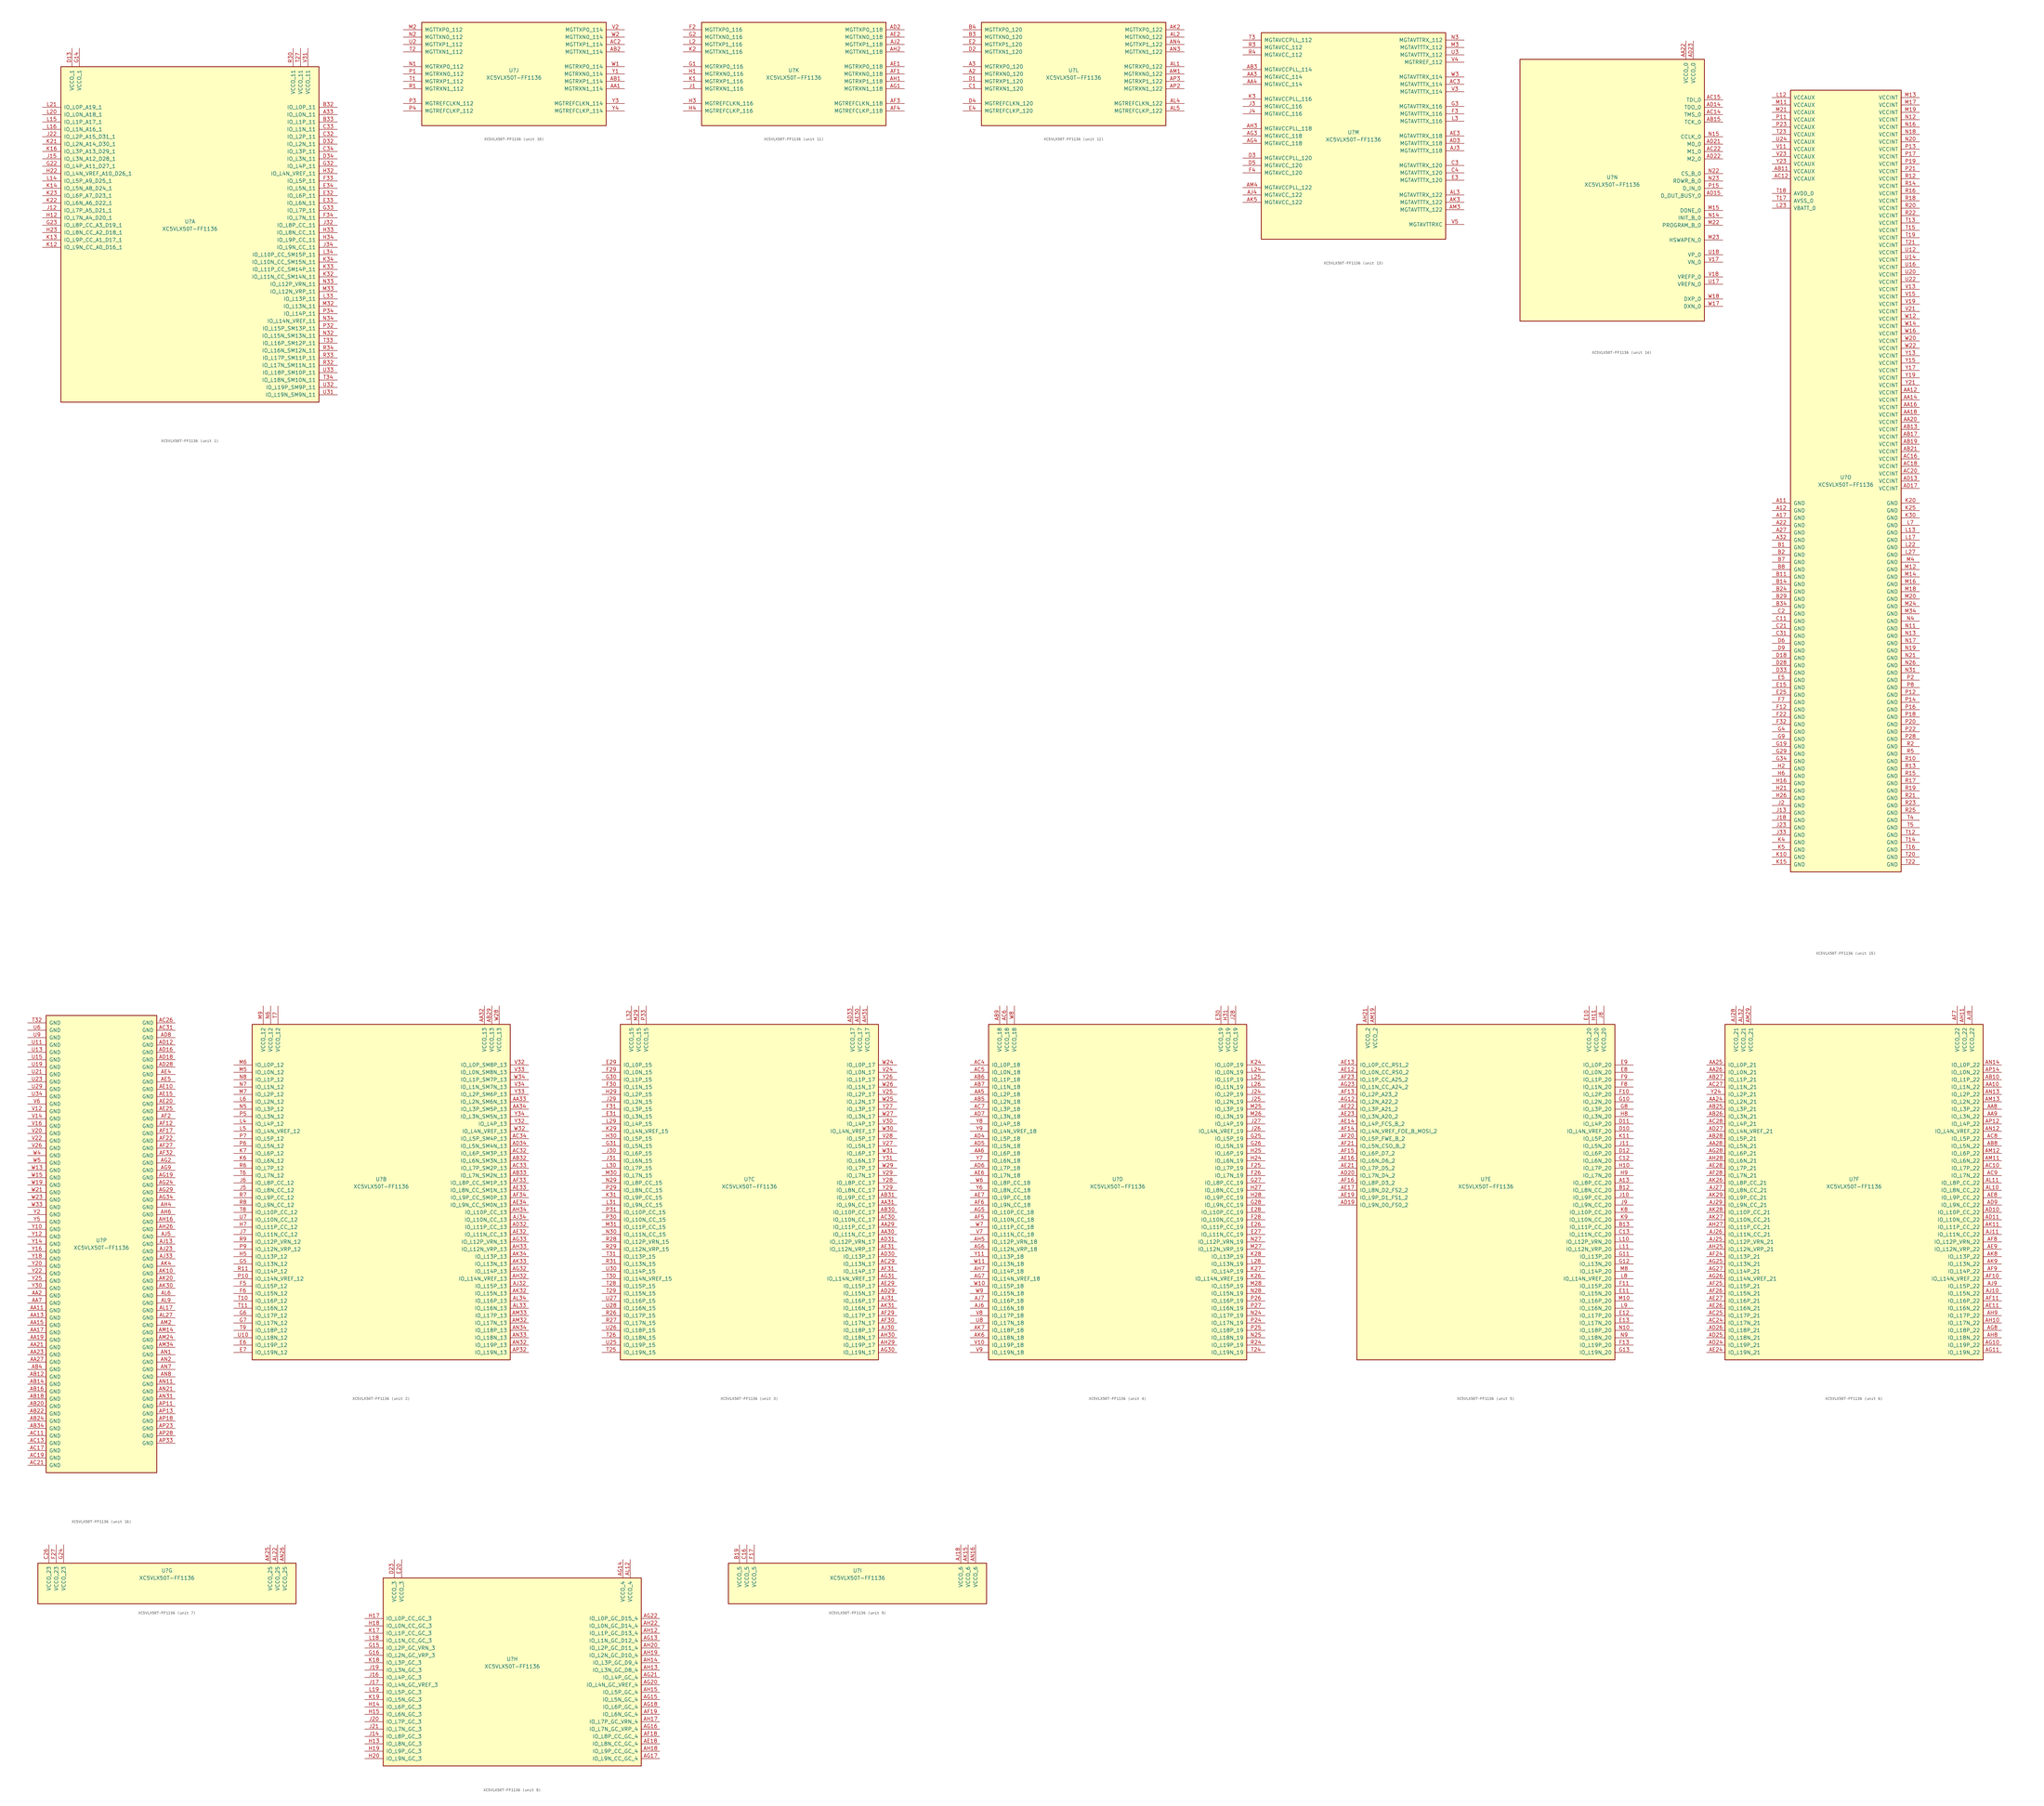
<source format=kicad_sym>
(kicad_symbol_lib
  (version 20211014)
  (generator kicad_symbol_editor)
  (symbol "XC5VLX50T-FF1136"
    (pin_names
      (offset 1.016))
    (property "Reference" "U"
      (at 0 1.27 0)
      (effects (font (size 1.27 1.27))))
    (property "Value" "XC5VLX50T-FF1136"
      (at 0 -1.27 0)
      (effects (font (size 1.27 1.27))))
    (property "Datasheet" ""
      (at 0 0 0)
      (effects (font (size 1.27 1.27))))
    (property "ki_locked" ""
      (at 0 0 0)
      (effects (font (size 1.27 1.27))))
    (symbol "XC5VLX50T-FF1136_1_1"
      (rectangle (start -44.45 54.61) (end 44.45 -60.96) (stroke (width 0.254) (type default) (color 0 0 0 0)) (fill (type background)))
      (pin bidirectional line (at 50.8 38.1 180) (length 6.35) (name "IO_L0N_11" (effects (font (size 1.27 1.27)))) (number "A33" (effects (font (size 1.27 1.27)))))
      (pin bidirectional line (at 50.8 40.64 180) (length 6.35) (name "IO_L0P_11" (effects (font (size 1.27 1.27)))) (number "B32" (effects (font (size 1.27 1.27)))))
      (pin bidirectional line (at 50.8 35.56 180) (length 6.35) (name "IO_L1P_11" (effects (font (size 1.27 1.27)))) (number "B33" (effects (font (size 1.27 1.27)))))
      (pin bidirectional line (at 50.8 30.48 180) (length 6.35) (name "IO_L2P_11" (effects (font (size 1.27 1.27)))) (number "C32" (effects (font (size 1.27 1.27)))))
      (pin bidirectional line (at 50.8 33.02 180) (length 6.35) (name "IO_L1N_11" (effects (font (size 1.27 1.27)))) (number "C33" (effects (font (size 1.27 1.27)))))
      (pin bidirectional line (at 50.8 25.4 180) (length 6.35) (name "IO_L3P_11" (effects (font (size 1.27 1.27)))) (number "C34" (effects (font (size 1.27 1.27)))))
      (pin power_in line (at -40.64 60.96 270) (length 6.35) (name "VCCO_1" (effects (font (size 1.27 1.27)))) (number "D13" (effects (font (size 1.27 1.27)))))
      (pin bidirectional line (at 50.8 27.94 180) (length 6.35) (name "IO_L2N_11" (effects (font (size 1.27 1.27)))) (number "D32" (effects (font (size 1.27 1.27)))))
      (pin bidirectional line (at 50.8 22.86 180) (length 6.35) (name "IO_L3N_11" (effects (font (size 1.27 1.27)))) (number "D34" (effects (font (size 1.27 1.27)))))
      (pin bidirectional line (at 50.8 10.16 180) (length 6.35) (name "IO_L6P_11" (effects (font (size 1.27 1.27)))) (number "E32" (effects (font (size 1.27 1.27)))))
      (pin bidirectional line (at 50.8 7.62 180) (length 6.35) (name "IO_L6N_11" (effects (font (size 1.27 1.27)))) (number "E33" (effects (font (size 1.27 1.27)))))
      (pin bidirectional line (at 50.8 12.7 180) (length 6.35) (name "IO_L5N_11" (effects (font (size 1.27 1.27)))) (number "E34" (effects (font (size 1.27 1.27)))))
      (pin bidirectional line (at 50.8 15.24 180) (length 6.35) (name "IO_L5P_11" (effects (font (size 1.27 1.27)))) (number "F33" (effects (font (size 1.27 1.27)))))
      (pin bidirectional line (at 50.8 2.54 180) (length 6.35) (name "IO_L7N_11" (effects (font (size 1.27 1.27)))) (number "F34" (effects (font (size 1.27 1.27)))))
      (pin power_in line (at -38.1 60.96 270) (length 6.35) (name "VCCO_1" (effects (font (size 1.27 1.27)))) (number "G14" (effects (font (size 1.27 1.27)))))
      (pin bidirectional line (at -50.8 20.32 0) (length 6.35) (name "IO_L4P_A11_D27_1" (effects (font (size 1.27 1.27)))) (number "G22" (effects (font (size 1.27 1.27)))))
      (pin bidirectional line (at -50.8 0 0) (length 6.35) (name "IO_L8P_CC_A3_D19_1" (effects (font (size 1.27 1.27)))) (number "G23" (effects (font (size 1.27 1.27)))))
      (pin bidirectional line (at 50.8 20.32 180) (length 6.35) (name "IO_L4P_11" (effects (font (size 1.27 1.27)))) (number "G32" (effects (font (size 1.27 1.27)))))
      (pin bidirectional line (at 50.8 5.08 180) (length 6.35) (name "IO_L7P_11" (effects (font (size 1.27 1.27)))) (number "G33" (effects (font (size 1.27 1.27)))))
      (pin bidirectional line (at -50.8 2.54 0) (length 6.35) (name "IO_L7N_A4_D20_1" (effects (font (size 1.27 1.27)))) (number "H12" (effects (font (size 1.27 1.27)))))
      (pin bidirectional line (at -50.8 17.78 0) (length 6.35) (name "IO_L4N_VREF_A10_D26_1" (effects (font (size 1.27 1.27)))) (number "H22" (effects (font (size 1.27 1.27)))))
      (pin bidirectional line (at -50.8 -2.54 0) (length 6.35) (name "IO_L8N_CC_A2_D18_1" (effects (font (size 1.27 1.27)))) (number "H23" (effects (font (size 1.27 1.27)))))
      (pin bidirectional line (at 50.8 17.78 180) (length 6.35) (name "IO_L4N_VREF_11" (effects (font (size 1.27 1.27)))) (number "H32" (effects (font (size 1.27 1.27)))))
      (pin bidirectional line (at 50.8 -2.54 180) (length 6.35) (name "IO_L8N_CC_11" (effects (font (size 1.27 1.27)))) (number "H33" (effects (font (size 1.27 1.27)))))
      (pin bidirectional line (at 50.8 -5.08 180) (length 6.35) (name "IO_L9P_CC_11" (effects (font (size 1.27 1.27)))) (number "H34" (effects (font (size 1.27 1.27)))))
      (pin bidirectional line (at -50.8 5.08 0) (length 6.35) (name "IO_L7P_A5_D21_1" (effects (font (size 1.27 1.27)))) (number "J12" (effects (font (size 1.27 1.27)))))
      (pin bidirectional line (at -50.8 22.86 0) (length 6.35) (name "IO_L3N_A12_D28_1" (effects (font (size 1.27 1.27)))) (number "J15" (effects (font (size 1.27 1.27)))))
      (pin bidirectional line (at -50.8 30.48 0) (length 6.35) (name "IO_L2P_A15_D31_1" (effects (font (size 1.27 1.27)))) (number "J22" (effects (font (size 1.27 1.27)))))
      (pin bidirectional line (at 50.8 0 180) (length 6.35) (name "IO_L8P_CC_11" (effects (font (size 1.27 1.27)))) (number "J32" (effects (font (size 1.27 1.27)))))
      (pin bidirectional line (at 50.8 -7.62 180) (length 6.35) (name "IO_L9N_CC_11" (effects (font (size 1.27 1.27)))) (number "J34" (effects (font (size 1.27 1.27)))))
      (pin bidirectional line (at -50.8 -7.62 0) (length 6.35) (name "IO_L9N_CC_A0_D16_1" (effects (font (size 1.27 1.27)))) (number "K12" (effects (font (size 1.27 1.27)))))
      (pin bidirectional line (at -50.8 -5.08 0) (length 6.35) (name "IO_L9P_CC_A1_D17_1" (effects (font (size 1.27 1.27)))) (number "K13" (effects (font (size 1.27 1.27)))))
      (pin bidirectional line (at -50.8 12.7 0) (length 6.35) (name "IO_L5N_A8_D24_1" (effects (font (size 1.27 1.27)))) (number "K14" (effects (font (size 1.27 1.27)))))
      (pin bidirectional line (at -50.8 25.4 0) (length 6.35) (name "IO_L3P_A13_D29_1" (effects (font (size 1.27 1.27)))) (number "K16" (effects (font (size 1.27 1.27)))))
      (pin bidirectional line (at -50.8 27.94 0) (length 6.35) (name "IO_L2N_A14_D30_1" (effects (font (size 1.27 1.27)))) (number "K21" (effects (font (size 1.27 1.27)))))
      (pin bidirectional line (at -50.8 7.62 0) (length 6.35) (name "IO_L6N_A6_D22_1" (effects (font (size 1.27 1.27)))) (number "K22" (effects (font (size 1.27 1.27)))))
      (pin bidirectional line (at -50.8 10.16 0) (length 6.35) (name "IO_L6P_A7_D23_1" (effects (font (size 1.27 1.27)))) (number "K23" (effects (font (size 1.27 1.27)))))
      (pin bidirectional line (at 50.8 -17.78 180) (length 6.35) (name "IO_L11N_CC_SM14N_11" (effects (font (size 1.27 1.27)))) (number "K32" (effects (font (size 1.27 1.27)))))
      (pin bidirectional line (at 50.8 -15.24 180) (length 6.35) (name "IO_L11P_CC_SM14P_11" (effects (font (size 1.27 1.27)))) (number "K33" (effects (font (size 1.27 1.27)))))
      (pin bidirectional line (at 50.8 -12.7 180) (length 6.35) (name "IO_L10N_CC_SM15N_11" (effects (font (size 1.27 1.27)))) (number "K34" (effects (font (size 1.27 1.27)))))
      (pin bidirectional line (at -50.8 15.24 0) (length 6.35) (name "IO_L5P_A9_D25_1" (effects (font (size 1.27 1.27)))) (number "L14" (effects (font (size 1.27 1.27)))))
      (pin bidirectional line (at -50.8 35.56 0) (length 6.35) (name "IO_L1P_A17_1" (effects (font (size 1.27 1.27)))) (number "L15" (effects (font (size 1.27 1.27)))))
      (pin bidirectional line (at -50.8 33.02 0) (length 6.35) (name "IO_L1N_A16_1" (effects (font (size 1.27 1.27)))) (number "L16" (effects (font (size 1.27 1.27)))))
      (pin bidirectional line (at -50.8 38.1 0) (length 6.35) (name "IO_L0N_A18_1" (effects (font (size 1.27 1.27)))) (number "L20" (effects (font (size 1.27 1.27)))))
      (pin bidirectional line (at -50.8 40.64 0) (length 6.35) (name "IO_L0P_A19_1" (effects (font (size 1.27 1.27)))) (number "L21" (effects (font (size 1.27 1.27)))))
      (pin bidirectional line (at 50.8 -25.4 180) (length 6.35) (name "IO_L13P_11" (effects (font (size 1.27 1.27)))) (number "L33" (effects (font (size 1.27 1.27)))))
      (pin bidirectional line (at 50.8 -10.16 180) (length 6.35) (name "IO_L10P_CC_SM15P_11" (effects (font (size 1.27 1.27)))) (number "L34" (effects (font (size 1.27 1.27)))))
      (pin bidirectional line (at 50.8 -27.94 180) (length 6.35) (name "IO_L13N_11" (effects (font (size 1.27 1.27)))) (number "M32" (effects (font (size 1.27 1.27)))))
      (pin bidirectional line (at 50.8 -22.86 180) (length 6.35) (name "IO_L12N_VRP_11" (effects (font (size 1.27 1.27)))) (number "M33" (effects (font (size 1.27 1.27)))))
      (pin bidirectional line (at 50.8 -38.1 180) (length 6.35) (name "IO_L15N_SM13N_11" (effects (font (size 1.27 1.27)))) (number "N32" (effects (font (size 1.27 1.27)))))
      (pin bidirectional line (at 50.8 -20.32 180) (length 6.35) (name "IO_L12P_VRN_11" (effects (font (size 1.27 1.27)))) (number "N33" (effects (font (size 1.27 1.27)))))
      (pin bidirectional line (at 50.8 -33.02 180) (length 6.35) (name "IO_L14N_VREF_11" (effects (font (size 1.27 1.27)))) (number "N34" (effects (font (size 1.27 1.27)))))
      (pin bidirectional line (at 50.8 -35.56 180) (length 6.35) (name "IO_L15P_SM13P_11" (effects (font (size 1.27 1.27)))) (number "P32" (effects (font (size 1.27 1.27)))))
      (pin bidirectional line (at 50.8 -30.48 180) (length 6.35) (name "IO_L14P_11" (effects (font (size 1.27 1.27)))) (number "P34" (effects (font (size 1.27 1.27)))))
      (pin power_in line (at 35.56 60.96 270) (length 6.35) (name "VCCO_11" (effects (font (size 1.27 1.27)))) (number "R30" (effects (font (size 1.27 1.27)))))
      (pin bidirectional line (at 50.8 -48.26 180) (length 6.35) (name "IO_L17N_SM11N_11" (effects (font (size 1.27 1.27)))) (number "R32" (effects (font (size 1.27 1.27)))))
      (pin bidirectional line (at 50.8 -45.72 180) (length 6.35) (name "IO_L17P_SM11P_11" (effects (font (size 1.27 1.27)))) (number "R33" (effects (font (size 1.27 1.27)))))
      (pin bidirectional line (at 50.8 -43.18 180) (length 6.35) (name "IO_L16N_SM12N_11" (effects (font (size 1.27 1.27)))) (number "R34" (effects (font (size 1.27 1.27)))))
      (pin power_in line (at 38.1 60.96 270) (length 6.35) (name "VCCO_11" (effects (font (size 1.27 1.27)))) (number "T27" (effects (font (size 1.27 1.27)))))
      (pin bidirectional line (at 50.8 -40.64 180) (length 6.35) (name "IO_L16P_SM12P_11" (effects (font (size 1.27 1.27)))) (number "T33" (effects (font (size 1.27 1.27)))))
      (pin bidirectional line (at 50.8 -53.34 180) (length 6.35) (name "IO_L18N_SM10N_11" (effects (font (size 1.27 1.27)))) (number "T34" (effects (font (size 1.27 1.27)))))
      (pin bidirectional line (at 50.8 -58.42 180) (length 6.35) (name "IO_L19N_SM9N_11" (effects (font (size 1.27 1.27)))) (number "U31" (effects (font (size 1.27 1.27)))))
      (pin bidirectional line (at 50.8 -55.88 180) (length 6.35) (name "IO_L19P_SM9P_11" (effects (font (size 1.27 1.27)))) (number "U32" (effects (font (size 1.27 1.27)))))
      (pin bidirectional line (at 50.8 -50.8 180) (length 6.35) (name "IO_L18P_SM10P_11" (effects (font (size 1.27 1.27)))) (number "U33" (effects (font (size 1.27 1.27)))))
      (pin power_in line (at 40.64 60.96 270) (length 6.35) (name "VCCO_11" (effects (font (size 1.27 1.27)))) (number "V31" (effects (font (size 1.27 1.27))))))
    (symbol "XC5VLX50T-FF1136_2_1"
      (rectangle (start -44.45 54.61) (end 44.45 -60.96) (stroke (width 0.254) (type default) (color 0 0 0 0)) (fill (type background)))
      (pin power_in line (at 35.56 60.96 270) (length 6.35) (name "VCCO_13" (effects (font (size 1.27 1.27)))) (number "AA32" (effects (font (size 1.27 1.27)))))
      (pin bidirectional line (at 50.8 27.94 180) (length 6.35) (name "IO_L2N_SM6N_13" (effects (font (size 1.27 1.27)))) (number "AA33" (effects (font (size 1.27 1.27)))))
      (pin bidirectional line (at 50.8 25.4 180) (length 6.35) (name "IO_L3P_SM5P_13" (effects (font (size 1.27 1.27)))) (number "AA34" (effects (font (size 1.27 1.27)))))
      (pin power_in line (at 38.1 60.96 270) (length 6.35) (name "VCCO_13" (effects (font (size 1.27 1.27)))) (number "AB29" (effects (font (size 1.27 1.27)))))
      (pin bidirectional line (at 50.8 7.62 180) (length 6.35) (name "IO_L6N_SM3N_13" (effects (font (size 1.27 1.27)))) (number "AB32" (effects (font (size 1.27 1.27)))))
      (pin bidirectional line (at 50.8 2.54 180) (length 6.35) (name "IO_L7N_SM2N_13" (effects (font (size 1.27 1.27)))) (number "AB33" (effects (font (size 1.27 1.27)))))
      (pin bidirectional line (at 50.8 10.16 180) (length 6.35) (name "IO_L6P_SM3P_13" (effects (font (size 1.27 1.27)))) (number "AC32" (effects (font (size 1.27 1.27)))))
      (pin bidirectional line (at 50.8 5.08 180) (length 6.35) (name "IO_L7P_SM2P_13" (effects (font (size 1.27 1.27)))) (number "AC33" (effects (font (size 1.27 1.27)))))
      (pin bidirectional line (at 50.8 15.24 180) (length 6.35) (name "IO_L5P_SM4P_13" (effects (font (size 1.27 1.27)))) (number "AC34" (effects (font (size 1.27 1.27)))))
      (pin bidirectional line (at 50.8 -15.24 180) (length 6.35) (name "IO_L11P_CC_13" (effects (font (size 1.27 1.27)))) (number "AD32" (effects (font (size 1.27 1.27)))))
      (pin bidirectional line (at 50.8 12.7 180) (length 6.35) (name "IO_L5N_SM4N_13" (effects (font (size 1.27 1.27)))) (number "AD34" (effects (font (size 1.27 1.27)))))
      (pin bidirectional line (at 50.8 -17.78 180) (length 6.35) (name "IO_L11N_CC_13" (effects (font (size 1.27 1.27)))) (number "AE32" (effects (font (size 1.27 1.27)))))
      (pin bidirectional line (at 50.8 -2.54 180) (length 6.35) (name "IO_L8N_CC_SM1N_13" (effects (font (size 1.27 1.27)))) (number "AE33" (effects (font (size 1.27 1.27)))))
      (pin bidirectional line (at 50.8 -7.62 180) (length 6.35) (name "IO_L9N_CC_SM0N_13" (effects (font (size 1.27 1.27)))) (number "AE34" (effects (font (size 1.27 1.27)))))
      (pin bidirectional line (at 50.8 0 180) (length 6.35) (name "IO_L8P_CC_SM1P_13" (effects (font (size 1.27 1.27)))) (number "AF33" (effects (font (size 1.27 1.27)))))
      (pin bidirectional line (at 50.8 -5.08 180) (length 6.35) (name "IO_L9P_CC_SM0P_13" (effects (font (size 1.27 1.27)))) (number "AF34" (effects (font (size 1.27 1.27)))))
      (pin bidirectional line (at 50.8 -30.48 180) (length 6.35) (name "IO_L14P_13" (effects (font (size 1.27 1.27)))) (number "AG32" (effects (font (size 1.27 1.27)))))
      (pin bidirectional line (at 50.8 -20.32 180) (length 6.35) (name "IO_L12P_VRN_13" (effects (font (size 1.27 1.27)))) (number "AG33" (effects (font (size 1.27 1.27)))))
      (pin bidirectional line (at 50.8 -33.02 180) (length 6.35) (name "IO_L14N_VREF_13" (effects (font (size 1.27 1.27)))) (number "AH32" (effects (font (size 1.27 1.27)))))
      (pin bidirectional line (at 50.8 -22.86 180) (length 6.35) (name "IO_L12N_VRP_13" (effects (font (size 1.27 1.27)))) (number "AH33" (effects (font (size 1.27 1.27)))))
      (pin bidirectional line (at 50.8 -10.16 180) (length 6.35) (name "IO_L10P_CC_13" (effects (font (size 1.27 1.27)))) (number "AH34" (effects (font (size 1.27 1.27)))))
      (pin bidirectional line (at 50.8 -35.56 180) (length 6.35) (name "IO_L15P_13" (effects (font (size 1.27 1.27)))) (number "AJ32" (effects (font (size 1.27 1.27)))))
      (pin bidirectional line (at 50.8 -12.7 180) (length 6.35) (name "IO_L10N_CC_13" (effects (font (size 1.27 1.27)))) (number "AJ34" (effects (font (size 1.27 1.27)))))
      (pin bidirectional line (at 50.8 -38.1 180) (length 6.35) (name "IO_L15N_13" (effects (font (size 1.27 1.27)))) (number "AK32" (effects (font (size 1.27 1.27)))))
      (pin bidirectional line (at 50.8 -27.94 180) (length 6.35) (name "IO_L13N_13" (effects (font (size 1.27 1.27)))) (number "AK33" (effects (font (size 1.27 1.27)))))
      (pin bidirectional line (at 50.8 -25.4 180) (length 6.35) (name "IO_L13P_13" (effects (font (size 1.27 1.27)))) (number "AK34" (effects (font (size 1.27 1.27)))))
      (pin bidirectional line (at 50.8 -43.18 180) (length 6.35) (name "IO_L16N_13" (effects (font (size 1.27 1.27)))) (number "AL33" (effects (font (size 1.27 1.27)))))
      (pin bidirectional line (at 50.8 -40.64 180) (length 6.35) (name "IO_L16P_13" (effects (font (size 1.27 1.27)))) (number "AL34" (effects (font (size 1.27 1.27)))))
      (pin bidirectional line (at 50.8 -48.26 180) (length 6.35) (name "IO_L17N_13" (effects (font (size 1.27 1.27)))) (number "AM32" (effects (font (size 1.27 1.27)))))
      (pin bidirectional line (at 50.8 -45.72 180) (length 6.35) (name "IO_L17P_13" (effects (font (size 1.27 1.27)))) (number "AM33" (effects (font (size 1.27 1.27)))))
      (pin bidirectional line (at 50.8 -55.88 180) (length 6.35) (name "IO_L19P_13" (effects (font (size 1.27 1.27)))) (number "AN32" (effects (font (size 1.27 1.27)))))
      (pin bidirectional line (at 50.8 -53.34 180) (length 6.35) (name "IO_L18N_13" (effects (font (size 1.27 1.27)))) (number "AN33" (effects (font (size 1.27 1.27)))))
      (pin bidirectional line (at 50.8 -50.8 180) (length 6.35) (name "IO_L18P_13" (effects (font (size 1.27 1.27)))) (number "AN34" (effects (font (size 1.27 1.27)))))
      (pin bidirectional line (at 50.8 -58.42 180) (length 6.35) (name "IO_L19N_13" (effects (font (size 1.27 1.27)))) (number "AP32" (effects (font (size 1.27 1.27)))))
      (pin bidirectional line (at -50.8 -55.88 0) (length 6.35) (name "IO_L19P_12" (effects (font (size 1.27 1.27)))) (number "E6" (effects (font (size 1.27 1.27)))))
      (pin bidirectional line (at -50.8 -58.42 0) (length 6.35) (name "IO_L19N_12" (effects (font (size 1.27 1.27)))) (number "E7" (effects (font (size 1.27 1.27)))))
      (pin bidirectional line (at -50.8 -35.56 0) (length 6.35) (name "IO_L15P_12" (effects (font (size 1.27 1.27)))) (number "F5" (effects (font (size 1.27 1.27)))))
      (pin bidirectional line (at -50.8 -38.1 0) (length 6.35) (name "IO_L15N_12" (effects (font (size 1.27 1.27)))) (number "F6" (effects (font (size 1.27 1.27)))))
      (pin bidirectional line (at -50.8 -27.94 0) (length 6.35) (name "IO_L13N_12" (effects (font (size 1.27 1.27)))) (number "G5" (effects (font (size 1.27 1.27)))))
      (pin bidirectional line (at -50.8 -45.72 0) (length 6.35) (name "IO_L17P_12" (effects (font (size 1.27 1.27)))) (number "G6" (effects (font (size 1.27 1.27)))))
      (pin bidirectional line (at -50.8 -48.26 0) (length 6.35) (name "IO_L17N_12" (effects (font (size 1.27 1.27)))) (number "G7" (effects (font (size 1.27 1.27)))))
      (pin bidirectional line (at -50.8 -25.4 0) (length 6.35) (name "IO_L13P_12" (effects (font (size 1.27 1.27)))) (number "H5" (effects (font (size 1.27 1.27)))))
      (pin bidirectional line (at -50.8 -15.24 0) (length 6.35) (name "IO_L11P_CC_12" (effects (font (size 1.27 1.27)))) (number "H7" (effects (font (size 1.27 1.27)))))
      (pin bidirectional line (at -50.8 -2.54 0) (length 6.35) (name "IO_L8N_CC_12" (effects (font (size 1.27 1.27)))) (number "J5" (effects (font (size 1.27 1.27)))))
      (pin bidirectional line (at -50.8 0 0) (length 6.35) (name "IO_L8P_CC_12" (effects (font (size 1.27 1.27)))) (number "J6" (effects (font (size 1.27 1.27)))))
      (pin bidirectional line (at -50.8 -17.78 0) (length 6.35) (name "IO_L11N_CC_12" (effects (font (size 1.27 1.27)))) (number "J7" (effects (font (size 1.27 1.27)))))
      (pin bidirectional line (at -50.8 7.62 0) (length 6.35) (name "IO_L6N_12" (effects (font (size 1.27 1.27)))) (number "K6" (effects (font (size 1.27 1.27)))))
      (pin bidirectional line (at -50.8 10.16 0) (length 6.35) (name "IO_L6P_12" (effects (font (size 1.27 1.27)))) (number "K7" (effects (font (size 1.27 1.27)))))
      (pin bidirectional line (at -50.8 20.32 0) (length 6.35) (name "IO_L4P_12" (effects (font (size 1.27 1.27)))) (number "L4" (effects (font (size 1.27 1.27)))))
      (pin bidirectional line (at -50.8 17.78 0) (length 6.35) (name "IO_L4N_VREF_12" (effects (font (size 1.27 1.27)))) (number "L5" (effects (font (size 1.27 1.27)))))
      (pin bidirectional line (at -50.8 27.94 0) (length 6.35) (name "IO_L2N_12" (effects (font (size 1.27 1.27)))) (number "L6" (effects (font (size 1.27 1.27)))))
      (pin bidirectional line (at -50.8 38.1 0) (length 6.35) (name "IO_L0N_12" (effects (font (size 1.27 1.27)))) (number "M5" (effects (font (size 1.27 1.27)))))
      (pin bidirectional line (at -50.8 40.64 0) (length 6.35) (name "IO_L0P_12" (effects (font (size 1.27 1.27)))) (number "M6" (effects (font (size 1.27 1.27)))))
      (pin bidirectional line (at -50.8 30.48 0) (length 6.35) (name "IO_L2P_12" (effects (font (size 1.27 1.27)))) (number "M7" (effects (font (size 1.27 1.27)))))
      (pin power_in line (at -40.64 60.96 270) (length 6.35) (name "VCCO_12" (effects (font (size 1.27 1.27)))) (number "M9" (effects (font (size 1.27 1.27)))))
      (pin bidirectional line (at -50.8 25.4 0) (length 6.35) (name "IO_L3P_12" (effects (font (size 1.27 1.27)))) (number "N5" (effects (font (size 1.27 1.27)))))
      (pin power_in line (at -38.1 60.96 270) (length 6.35) (name "VCCO_12" (effects (font (size 1.27 1.27)))) (number "N6" (effects (font (size 1.27 1.27)))))
      (pin bidirectional line (at -50.8 33.02 0) (length 6.35) (name "IO_L1N_12" (effects (font (size 1.27 1.27)))) (number "N7" (effects (font (size 1.27 1.27)))))
      (pin bidirectional line (at -50.8 35.56 0) (length 6.35) (name "IO_L1P_12" (effects (font (size 1.27 1.27)))) (number "N8" (effects (font (size 1.27 1.27)))))
      (pin bidirectional line (at -50.8 -33.02 0) (length 6.35) (name "IO_L14N_VREF_12" (effects (font (size 1.27 1.27)))) (number "P10" (effects (font (size 1.27 1.27)))))
      (pin bidirectional line (at -50.8 22.86 0) (length 6.35) (name "IO_L3N_12" (effects (font (size 1.27 1.27)))) (number "P5" (effects (font (size 1.27 1.27)))))
      (pin bidirectional line (at -50.8 12.7 0) (length 6.35) (name "IO_L5N_12" (effects (font (size 1.27 1.27)))) (number "P6" (effects (font (size 1.27 1.27)))))
      (pin bidirectional line (at -50.8 15.24 0) (length 6.35) (name "IO_L5P_12" (effects (font (size 1.27 1.27)))) (number "P7" (effects (font (size 1.27 1.27)))))
      (pin bidirectional line (at -50.8 -22.86 0) (length 6.35) (name "IO_L12N_VRP_12" (effects (font (size 1.27 1.27)))) (number "P9" (effects (font (size 1.27 1.27)))))
      (pin bidirectional line (at -50.8 -30.48 0) (length 6.35) (name "IO_L14P_12" (effects (font (size 1.27 1.27)))) (number "R11" (effects (font (size 1.27 1.27)))))
      (pin bidirectional line (at -50.8 5.08 0) (length 6.35) (name "IO_L7P_12" (effects (font (size 1.27 1.27)))) (number "R6" (effects (font (size 1.27 1.27)))))
      (pin bidirectional line (at -50.8 -5.08 0) (length 6.35) (name "IO_L9P_CC_12" (effects (font (size 1.27 1.27)))) (number "R7" (effects (font (size 1.27 1.27)))))
      (pin bidirectional line (at -50.8 -7.62 0) (length 6.35) (name "IO_L9N_CC_12" (effects (font (size 1.27 1.27)))) (number "R8" (effects (font (size 1.27 1.27)))))
      (pin bidirectional line (at -50.8 -20.32 0) (length 6.35) (name "IO_L12P_VRN_12" (effects (font (size 1.27 1.27)))) (number "R9" (effects (font (size 1.27 1.27)))))
      (pin bidirectional line (at -50.8 -40.64 0) (length 6.35) (name "IO_L16P_12" (effects (font (size 1.27 1.27)))) (number "T10" (effects (font (size 1.27 1.27)))))
      (pin bidirectional line (at -50.8 -43.18 0) (length 6.35) (name "IO_L16N_12" (effects (font (size 1.27 1.27)))) (number "T11" (effects (font (size 1.27 1.27)))))
      (pin bidirectional line (at -50.8 2.54 0) (length 6.35) (name "IO_L7N_12" (effects (font (size 1.27 1.27)))) (number "T6" (effects (font (size 1.27 1.27)))))
      (pin power_in line (at -35.56 60.96 270) (length 6.35) (name "VCCO_12" (effects (font (size 1.27 1.27)))) (number "T7" (effects (font (size 1.27 1.27)))))
      (pin bidirectional line (at -50.8 -10.16 0) (length 6.35) (name "IO_L10P_CC_12" (effects (font (size 1.27 1.27)))) (number "T8" (effects (font (size 1.27 1.27)))))
      (pin bidirectional line (at -50.8 -50.8 0) (length 6.35) (name "IO_L18P_12" (effects (font (size 1.27 1.27)))) (number "T9" (effects (font (size 1.27 1.27)))))
      (pin bidirectional line (at -50.8 -53.34 0) (length 6.35) (name "IO_L18N_12" (effects (font (size 1.27 1.27)))) (number "U10" (effects (font (size 1.27 1.27)))))
      (pin bidirectional line (at -50.8 -12.7 0) (length 6.35) (name "IO_L10N_CC_12" (effects (font (size 1.27 1.27)))) (number "U7" (effects (font (size 1.27 1.27)))))
      (pin bidirectional line (at 50.8 40.64 180) (length 6.35) (name "IO_L0P_SM8P_13" (effects (font (size 1.27 1.27)))) (number "V32" (effects (font (size 1.27 1.27)))))
      (pin bidirectional line (at 50.8 38.1 180) (length 6.35) (name "IO_L0N_SM8N_13" (effects (font (size 1.27 1.27)))) (number "V33" (effects (font (size 1.27 1.27)))))
      (pin bidirectional line (at 50.8 33.02 180) (length 6.35) (name "IO_L1N_SM7N_13" (effects (font (size 1.27 1.27)))) (number "V34" (effects (font (size 1.27 1.27)))))
      (pin power_in line (at 40.64 60.96 270) (length 6.35) (name "VCCO_13" (effects (font (size 1.27 1.27)))) (number "W28" (effects (font (size 1.27 1.27)))))
      (pin bidirectional line (at 50.8 17.78 180) (length 6.35) (name "IO_L4N_VREF_13" (effects (font (size 1.27 1.27)))) (number "W32" (effects (font (size 1.27 1.27)))))
      (pin bidirectional line (at 50.8 35.56 180) (length 6.35) (name "IO_L1P_SM7P_13" (effects (font (size 1.27 1.27)))) (number "W34" (effects (font (size 1.27 1.27)))))
      (pin bidirectional line (at 50.8 20.32 180) (length 6.35) (name "IO_L4P_13" (effects (font (size 1.27 1.27)))) (number "Y32" (effects (font (size 1.27 1.27)))))
      (pin bidirectional line (at 50.8 30.48 180) (length 6.35) (name "IO_L2P_SM6P_13" (effects (font (size 1.27 1.27)))) (number "Y33" (effects (font (size 1.27 1.27)))))
      (pin bidirectional line (at 50.8 22.86 180) (length 6.35) (name "IO_L3N_SM5N_13" (effects (font (size 1.27 1.27)))) (number "Y34" (effects (font (size 1.27 1.27))))))
    (symbol "XC5VLX50T-FF1136_3_1"
      (rectangle (start -44.45 54.61) (end 44.45 -60.96) (stroke (width 0.254) (type default) (color 0 0 0 0)) (fill (type background)))
      (pin bidirectional line (at 50.8 -15.24 180) (length 6.35) (name "IO_L11P_CC_17" (effects (font (size 1.27 1.27)))) (number "AA29" (effects (font (size 1.27 1.27)))))
      (pin bidirectional line (at 50.8 -17.78 180) (length 6.35) (name "IO_L11N_CC_17" (effects (font (size 1.27 1.27)))) (number "AA30" (effects (font (size 1.27 1.27)))))
      (pin bidirectional line (at 50.8 -7.62 180) (length 6.35) (name "IO_L9N_CC_17" (effects (font (size 1.27 1.27)))) (number "AA31" (effects (font (size 1.27 1.27)))))
      (pin bidirectional line (at 50.8 -10.16 180) (length 6.35) (name "IO_L10P_CC_17" (effects (font (size 1.27 1.27)))) (number "AB30" (effects (font (size 1.27 1.27)))))
      (pin bidirectional line (at 50.8 -5.08 180) (length 6.35) (name "IO_L9P_CC_17" (effects (font (size 1.27 1.27)))) (number "AB31" (effects (font (size 1.27 1.27)))))
      (pin bidirectional line (at 50.8 -27.94 180) (length 6.35) (name "IO_L13N_17" (effects (font (size 1.27 1.27)))) (number "AC29" (effects (font (size 1.27 1.27)))))
      (pin bidirectional line (at 50.8 -12.7 180) (length 6.35) (name "IO_L10N_CC_17" (effects (font (size 1.27 1.27)))) (number "AC30" (effects (font (size 1.27 1.27)))))
      (pin bidirectional line (at 50.8 -38.1 180) (length 6.35) (name "IO_L15N_17" (effects (font (size 1.27 1.27)))) (number "AD29" (effects (font (size 1.27 1.27)))))
      (pin bidirectional line (at 50.8 -25.4 180) (length 6.35) (name "IO_L13P_17" (effects (font (size 1.27 1.27)))) (number "AD30" (effects (font (size 1.27 1.27)))))
      (pin bidirectional line (at 50.8 -20.32 180) (length 6.35) (name "IO_L12P_VRN_17" (effects (font (size 1.27 1.27)))) (number "AD31" (effects (font (size 1.27 1.27)))))
      (pin power_in line (at 35.56 60.96 270) (length 6.35) (name "VCCO_17" (effects (font (size 1.27 1.27)))) (number "AD33" (effects (font (size 1.27 1.27)))))
      (pin bidirectional line (at 50.8 -35.56 180) (length 6.35) (name "IO_L15P_17" (effects (font (size 1.27 1.27)))) (number "AE29" (effects (font (size 1.27 1.27)))))
      (pin power_in line (at 38.1 60.96 270) (length 6.35) (name "VCCO_17" (effects (font (size 1.27 1.27)))) (number "AE30" (effects (font (size 1.27 1.27)))))
      (pin bidirectional line (at 50.8 -22.86 180) (length 6.35) (name "IO_L12N_VRP_17" (effects (font (size 1.27 1.27)))) (number "AE31" (effects (font (size 1.27 1.27)))))
      (pin bidirectional line (at 50.8 -45.72 180) (length 6.35) (name "IO_L17P_17" (effects (font (size 1.27 1.27)))) (number "AF29" (effects (font (size 1.27 1.27)))))
      (pin bidirectional line (at 50.8 -48.26 180) (length 6.35) (name "IO_L17N_17" (effects (font (size 1.27 1.27)))) (number "AF30" (effects (font (size 1.27 1.27)))))
      (pin bidirectional line (at 50.8 -30.48 180) (length 6.35) (name "IO_L14P_17" (effects (font (size 1.27 1.27)))) (number "AF31" (effects (font (size 1.27 1.27)))))
      (pin bidirectional line (at 50.8 -58.42 180) (length 6.35) (name "IO_L19N_17" (effects (font (size 1.27 1.27)))) (number "AG30" (effects (font (size 1.27 1.27)))))
      (pin bidirectional line (at 50.8 -33.02 180) (length 6.35) (name "IO_L14N_VREF_17" (effects (font (size 1.27 1.27)))) (number "AG31" (effects (font (size 1.27 1.27)))))
      (pin bidirectional line (at 50.8 -55.88 180) (length 6.35) (name "IO_L19P_17" (effects (font (size 1.27 1.27)))) (number "AH29" (effects (font (size 1.27 1.27)))))
      (pin bidirectional line (at 50.8 -53.34 180) (length 6.35) (name "IO_L18N_17" (effects (font (size 1.27 1.27)))) (number "AH30" (effects (font (size 1.27 1.27)))))
      (pin power_in line (at 40.64 60.96 270) (length 6.35) (name "VCCO_17" (effects (font (size 1.27 1.27)))) (number "AH31" (effects (font (size 1.27 1.27)))))
      (pin bidirectional line (at 50.8 -50.8 180) (length 6.35) (name "IO_L18P_17" (effects (font (size 1.27 1.27)))) (number "AJ30" (effects (font (size 1.27 1.27)))))
      (pin bidirectional line (at 50.8 -40.64 180) (length 6.35) (name "IO_L16P_17" (effects (font (size 1.27 1.27)))) (number "AJ31" (effects (font (size 1.27 1.27)))))
      (pin bidirectional line (at 50.8 -43.18 180) (length 6.35) (name "IO_L16N_17" (effects (font (size 1.27 1.27)))) (number "AK31" (effects (font (size 1.27 1.27)))))
      (pin bidirectional line (at -50.8 40.64 0) (length 6.35) (name "IO_L0P_15" (effects (font (size 1.27 1.27)))) (number "E29" (effects (font (size 1.27 1.27)))))
      (pin bidirectional line (at -50.8 22.86 0) (length 6.35) (name "IO_L3N_15" (effects (font (size 1.27 1.27)))) (number "E31" (effects (font (size 1.27 1.27)))))
      (pin bidirectional line (at -50.8 38.1 0) (length 6.35) (name "IO_L0N_15" (effects (font (size 1.27 1.27)))) (number "F29" (effects (font (size 1.27 1.27)))))
      (pin bidirectional line (at -50.8 33.02 0) (length 6.35) (name "IO_L1N_15" (effects (font (size 1.27 1.27)))) (number "F30" (effects (font (size 1.27 1.27)))))
      (pin bidirectional line (at -50.8 25.4 0) (length 6.35) (name "IO_L3P_15" (effects (font (size 1.27 1.27)))) (number "F31" (effects (font (size 1.27 1.27)))))
      (pin bidirectional line (at -50.8 35.56 0) (length 6.35) (name "IO_L1P_15" (effects (font (size 1.27 1.27)))) (number "G30" (effects (font (size 1.27 1.27)))))
      (pin bidirectional line (at -50.8 12.7 0) (length 6.35) (name "IO_L5N_15" (effects (font (size 1.27 1.27)))) (number "G31" (effects (font (size 1.27 1.27)))))
      (pin bidirectional line (at -50.8 30.48 0) (length 6.35) (name "IO_L2P_15" (effects (font (size 1.27 1.27)))) (number "H29" (effects (font (size 1.27 1.27)))))
      (pin bidirectional line (at -50.8 15.24 0) (length 6.35) (name "IO_L5P_15" (effects (font (size 1.27 1.27)))) (number "H30" (effects (font (size 1.27 1.27)))))
      (pin bidirectional line (at -50.8 27.94 0) (length 6.35) (name "IO_L2N_15" (effects (font (size 1.27 1.27)))) (number "J29" (effects (font (size 1.27 1.27)))))
      (pin bidirectional line (at -50.8 10.16 0) (length 6.35) (name "IO_L6P_15" (effects (font (size 1.27 1.27)))) (number "J30" (effects (font (size 1.27 1.27)))))
      (pin bidirectional line (at -50.8 7.62 0) (length 6.35) (name "IO_L6N_15" (effects (font (size 1.27 1.27)))) (number "J31" (effects (font (size 1.27 1.27)))))
      (pin bidirectional line (at -50.8 17.78 0) (length 6.35) (name "IO_L4N_VREF_15" (effects (font (size 1.27 1.27)))) (number "K29" (effects (font (size 1.27 1.27)))))
      (pin bidirectional line (at -50.8 -5.08 0) (length 6.35) (name "IO_L9P_CC_15" (effects (font (size 1.27 1.27)))) (number "K31" (effects (font (size 1.27 1.27)))))
      (pin bidirectional line (at -50.8 20.32 0) (length 6.35) (name "IO_L4P_15" (effects (font (size 1.27 1.27)))) (number "L29" (effects (font (size 1.27 1.27)))))
      (pin bidirectional line (at -50.8 5.08 0) (length 6.35) (name "IO_L7P_15" (effects (font (size 1.27 1.27)))) (number "L30" (effects (font (size 1.27 1.27)))))
      (pin bidirectional line (at -50.8 -7.62 0) (length 6.35) (name "IO_L9N_CC_15" (effects (font (size 1.27 1.27)))) (number "L31" (effects (font (size 1.27 1.27)))))
      (pin power_in line (at -40.64 60.96 270) (length 6.35) (name "VCCO_15" (effects (font (size 1.27 1.27)))) (number "L32" (effects (font (size 1.27 1.27)))))
      (pin power_in line (at -38.1 60.96 270) (length 6.35) (name "VCCO_15" (effects (font (size 1.27 1.27)))) (number "M29" (effects (font (size 1.27 1.27)))))
      (pin bidirectional line (at -50.8 2.54 0) (length 6.35) (name "IO_L7N_15" (effects (font (size 1.27 1.27)))) (number "M30" (effects (font (size 1.27 1.27)))))
      (pin bidirectional line (at -50.8 -15.24 0) (length 6.35) (name "IO_L11P_CC_15" (effects (font (size 1.27 1.27)))) (number "M31" (effects (font (size 1.27 1.27)))))
      (pin bidirectional line (at -50.8 0 0) (length 6.35) (name "IO_L8P_CC_15" (effects (font (size 1.27 1.27)))) (number "N29" (effects (font (size 1.27 1.27)))))
      (pin bidirectional line (at -50.8 -17.78 0) (length 6.35) (name "IO_L11N_CC_15" (effects (font (size 1.27 1.27)))) (number "N30" (effects (font (size 1.27 1.27)))))
      (pin bidirectional line (at -50.8 -2.54 0) (length 6.35) (name "IO_L8N_CC_15" (effects (font (size 1.27 1.27)))) (number "P29" (effects (font (size 1.27 1.27)))))
      (pin bidirectional line (at -50.8 -12.7 0) (length 6.35) (name "IO_L10N_CC_15" (effects (font (size 1.27 1.27)))) (number "P30" (effects (font (size 1.27 1.27)))))
      (pin bidirectional line (at -50.8 -10.16 0) (length 6.35) (name "IO_L10P_CC_15" (effects (font (size 1.27 1.27)))) (number "P31" (effects (font (size 1.27 1.27)))))
      (pin power_in line (at -35.56 60.96 270) (length 6.35) (name "VCCO_15" (effects (font (size 1.27 1.27)))) (number "P33" (effects (font (size 1.27 1.27)))))
      (pin bidirectional line (at -50.8 -45.72 0) (length 6.35) (name "IO_L17P_15" (effects (font (size 1.27 1.27)))) (number "R26" (effects (font (size 1.27 1.27)))))
      (pin bidirectional line (at -50.8 -48.26 0) (length 6.35) (name "IO_L17N_15" (effects (font (size 1.27 1.27)))) (number "R27" (effects (font (size 1.27 1.27)))))
      (pin bidirectional line (at -50.8 -20.32 0) (length 6.35) (name "IO_L12P_VRN_15" (effects (font (size 1.27 1.27)))) (number "R28" (effects (font (size 1.27 1.27)))))
      (pin bidirectional line (at -50.8 -22.86 0) (length 6.35) (name "IO_L12N_VRP_15" (effects (font (size 1.27 1.27)))) (number "R29" (effects (font (size 1.27 1.27)))))
      (pin bidirectional line (at -50.8 -27.94 0) (length 6.35) (name "IO_L13N_15" (effects (font (size 1.27 1.27)))) (number "R31" (effects (font (size 1.27 1.27)))))
      (pin bidirectional line (at -50.8 -58.42 0) (length 6.35) (name "IO_L19N_15" (effects (font (size 1.27 1.27)))) (number "T25" (effects (font (size 1.27 1.27)))))
      (pin bidirectional line (at -50.8 -53.34 0) (length 6.35) (name "IO_L18N_15" (effects (font (size 1.27 1.27)))) (number "T26" (effects (font (size 1.27 1.27)))))
      (pin bidirectional line (at -50.8 -35.56 0) (length 6.35) (name "IO_L15P_15" (effects (font (size 1.27 1.27)))) (number "T28" (effects (font (size 1.27 1.27)))))
      (pin bidirectional line (at -50.8 -38.1 0) (length 6.35) (name "IO_L15N_15" (effects (font (size 1.27 1.27)))) (number "T29" (effects (font (size 1.27 1.27)))))
      (pin bidirectional line (at -50.8 -33.02 0) (length 6.35) (name "IO_L14N_VREF_15" (effects (font (size 1.27 1.27)))) (number "T30" (effects (font (size 1.27 1.27)))))
      (pin bidirectional line (at -50.8 -25.4 0) (length 6.35) (name "IO_L13P_15" (effects (font (size 1.27 1.27)))) (number "T31" (effects (font (size 1.27 1.27)))))
      (pin bidirectional line (at -50.8 -55.88 0) (length 6.35) (name "IO_L19P_15" (effects (font (size 1.27 1.27)))) (number "U25" (effects (font (size 1.27 1.27)))))
      (pin bidirectional line (at -50.8 -50.8 0) (length 6.35) (name "IO_L18P_15" (effects (font (size 1.27 1.27)))) (number "U26" (effects (font (size 1.27 1.27)))))
      (pin bidirectional line (at -50.8 -40.64 0) (length 6.35) (name "IO_L16P_15" (effects (font (size 1.27 1.27)))) (number "U27" (effects (font (size 1.27 1.27)))))
      (pin bidirectional line (at -50.8 -43.18 0) (length 6.35) (name "IO_L16N_15" (effects (font (size 1.27 1.27)))) (number "U28" (effects (font (size 1.27 1.27)))))
      (pin bidirectional line (at -50.8 -30.48 0) (length 6.35) (name "IO_L14P_15" (effects (font (size 1.27 1.27)))) (number "U30" (effects (font (size 1.27 1.27)))))
      (pin bidirectional line (at 50.8 38.1 180) (length 6.35) (name "IO_L0N_17" (effects (font (size 1.27 1.27)))) (number "V24" (effects (font (size 1.27 1.27)))))
      (pin bidirectional line (at 50.8 30.48 180) (length 6.35) (name "IO_L2P_17" (effects (font (size 1.27 1.27)))) (number "V25" (effects (font (size 1.27 1.27)))))
      (pin bidirectional line (at 50.8 12.7 180) (length 6.35) (name "IO_L5N_17" (effects (font (size 1.27 1.27)))) (number "V27" (effects (font (size 1.27 1.27)))))
      (pin bidirectional line (at 50.8 15.24 180) (length 6.35) (name "IO_L5P_17" (effects (font (size 1.27 1.27)))) (number "V28" (effects (font (size 1.27 1.27)))))
      (pin bidirectional line (at 50.8 2.54 180) (length 6.35) (name "IO_L7N_17" (effects (font (size 1.27 1.27)))) (number "V29" (effects (font (size 1.27 1.27)))))
      (pin bidirectional line (at 50.8 20.32 180) (length 6.35) (name "IO_L4P_17" (effects (font (size 1.27 1.27)))) (number "V30" (effects (font (size 1.27 1.27)))))
      (pin bidirectional line (at 50.8 40.64 180) (length 6.35) (name "IO_L0P_17" (effects (font (size 1.27 1.27)))) (number "W24" (effects (font (size 1.27 1.27)))))
      (pin bidirectional line (at 50.8 27.94 180) (length 6.35) (name "IO_L2N_17" (effects (font (size 1.27 1.27)))) (number "W25" (effects (font (size 1.27 1.27)))))
      (pin bidirectional line (at 50.8 33.02 180) (length 6.35) (name "IO_L1N_17" (effects (font (size 1.27 1.27)))) (number "W26" (effects (font (size 1.27 1.27)))))
      (pin bidirectional line (at 50.8 22.86 180) (length 6.35) (name "IO_L3N_17" (effects (font (size 1.27 1.27)))) (number "W27" (effects (font (size 1.27 1.27)))))
      (pin bidirectional line (at 50.8 5.08 180) (length 6.35) (name "IO_L7P_17" (effects (font (size 1.27 1.27)))) (number "W29" (effects (font (size 1.27 1.27)))))
      (pin bidirectional line (at 50.8 17.78 180) (length 6.35) (name "IO_L4N_VREF_17" (effects (font (size 1.27 1.27)))) (number "W30" (effects (font (size 1.27 1.27)))))
      (pin bidirectional line (at 50.8 10.16 180) (length 6.35) (name "IO_L6P_17" (effects (font (size 1.27 1.27)))) (number "W31" (effects (font (size 1.27 1.27)))))
      (pin bidirectional line (at 50.8 35.56 180) (length 6.35) (name "IO_L1P_17" (effects (font (size 1.27 1.27)))) (number "Y26" (effects (font (size 1.27 1.27)))))
      (pin bidirectional line (at 50.8 25.4 180) (length 6.35) (name "IO_L3P_17" (effects (font (size 1.27 1.27)))) (number "Y27" (effects (font (size 1.27 1.27)))))
      (pin bidirectional line (at 50.8 0 180) (length 6.35) (name "IO_L8P_CC_17" (effects (font (size 1.27 1.27)))) (number "Y28" (effects (font (size 1.27 1.27)))))
      (pin bidirectional line (at 50.8 -2.54 180) (length 6.35) (name "IO_L8N_CC_17" (effects (font (size 1.27 1.27)))) (number "Y29" (effects (font (size 1.27 1.27)))))
      (pin bidirectional line (at 50.8 7.62 180) (length 6.35) (name "IO_L6N_17" (effects (font (size 1.27 1.27)))) (number "Y31" (effects (font (size 1.27 1.27))))))
    (symbol "XC5VLX50T-FF1136_4_1"
      (rectangle (start -44.45 54.61) (end 44.45 -60.96) (stroke (width 0.254) (type default) (color 0 0 0 0)) (fill (type background)))
      (pin bidirectional line (at -50.8 30.48 0) (length 6.35) (name "IO_L2P_18" (effects (font (size 1.27 1.27)))) (number "AA5" (effects (font (size 1.27 1.27)))))
      (pin bidirectional line (at -50.8 10.16 0) (length 6.35) (name "IO_L6P_18" (effects (font (size 1.27 1.27)))) (number "AA6" (effects (font (size 1.27 1.27)))))
      (pin bidirectional line (at -50.8 27.94 0) (length 6.35) (name "IO_L2N_18" (effects (font (size 1.27 1.27)))) (number "AB5" (effects (font (size 1.27 1.27)))))
      (pin bidirectional line (at -50.8 35.56 0) (length 6.35) (name "IO_L1P_18" (effects (font (size 1.27 1.27)))) (number "AB6" (effects (font (size 1.27 1.27)))))
      (pin bidirectional line (at -50.8 33.02 0) (length 6.35) (name "IO_L1N_18" (effects (font (size 1.27 1.27)))) (number "AB7" (effects (font (size 1.27 1.27)))))
      (pin power_in line (at -40.64 60.96 270) (length 6.35) (name "VCCO_18" (effects (font (size 1.27 1.27)))) (number "AB9" (effects (font (size 1.27 1.27)))))
      (pin bidirectional line (at -50.8 40.64 0) (length 6.35) (name "IO_L0P_18" (effects (font (size 1.27 1.27)))) (number "AC4" (effects (font (size 1.27 1.27)))))
      (pin bidirectional line (at -50.8 38.1 0) (length 6.35) (name "IO_L0N_18" (effects (font (size 1.27 1.27)))) (number "AC5" (effects (font (size 1.27 1.27)))))
      (pin power_in line (at -38.1 60.96 270) (length 6.35) (name "VCCO_18" (effects (font (size 1.27 1.27)))) (number "AC6" (effects (font (size 1.27 1.27)))))
      (pin bidirectional line (at -50.8 25.4 0) (length 6.35) (name "IO_L3P_18" (effects (font (size 1.27 1.27)))) (number "AC7" (effects (font (size 1.27 1.27)))))
      (pin bidirectional line (at -50.8 15.24 0) (length 6.35) (name "IO_L5P_18" (effects (font (size 1.27 1.27)))) (number "AD4" (effects (font (size 1.27 1.27)))))
      (pin bidirectional line (at -50.8 12.7 0) (length 6.35) (name "IO_L5N_18" (effects (font (size 1.27 1.27)))) (number "AD5" (effects (font (size 1.27 1.27)))))
      (pin bidirectional line (at -50.8 5.08 0) (length 6.35) (name "IO_L7P_18" (effects (font (size 1.27 1.27)))) (number "AD6" (effects (font (size 1.27 1.27)))))
      (pin bidirectional line (at -50.8 22.86 0) (length 6.35) (name "IO_L3N_18" (effects (font (size 1.27 1.27)))) (number "AD7" (effects (font (size 1.27 1.27)))))
      (pin bidirectional line (at -50.8 2.54 0) (length 6.35) (name "IO_L7N_18" (effects (font (size 1.27 1.27)))) (number "AE6" (effects (font (size 1.27 1.27)))))
      (pin bidirectional line (at -50.8 -5.08 0) (length 6.35) (name "IO_L9P_CC_18" (effects (font (size 1.27 1.27)))) (number "AE7" (effects (font (size 1.27 1.27)))))
      (pin bidirectional line (at -50.8 -12.7 0) (length 6.35) (name "IO_L10N_CC_18" (effects (font (size 1.27 1.27)))) (number "AF5" (effects (font (size 1.27 1.27)))))
      (pin bidirectional line (at -50.8 -7.62 0) (length 6.35) (name "IO_L9N_CC_18" (effects (font (size 1.27 1.27)))) (number "AF6" (effects (font (size 1.27 1.27)))))
      (pin bidirectional line (at -50.8 -10.16 0) (length 6.35) (name "IO_L10P_CC_18" (effects (font (size 1.27 1.27)))) (number "AG5" (effects (font (size 1.27 1.27)))))
      (pin bidirectional line (at -50.8 -22.86 0) (length 6.35) (name "IO_L12N_VRP_18" (effects (font (size 1.27 1.27)))) (number "AG6" (effects (font (size 1.27 1.27)))))
      (pin bidirectional line (at -50.8 -33.02 0) (length 6.35) (name "IO_L14N_VREF_18" (effects (font (size 1.27 1.27)))) (number "AG7" (effects (font (size 1.27 1.27)))))
      (pin bidirectional line (at -50.8 -20.32 0) (length 6.35) (name "IO_L12P_VRN_18" (effects (font (size 1.27 1.27)))) (number "AH5" (effects (font (size 1.27 1.27)))))
      (pin bidirectional line (at -50.8 -30.48 0) (length 6.35) (name "IO_L14P_18" (effects (font (size 1.27 1.27)))) (number "AH7" (effects (font (size 1.27 1.27)))))
      (pin bidirectional line (at -50.8 -43.18 0) (length 6.35) (name "IO_L16N_18" (effects (font (size 1.27 1.27)))) (number "AJ6" (effects (font (size 1.27 1.27)))))
      (pin bidirectional line (at -50.8 -40.64 0) (length 6.35) (name "IO_L16P_18" (effects (font (size 1.27 1.27)))) (number "AJ7" (effects (font (size 1.27 1.27)))))
      (pin bidirectional line (at -50.8 -53.34 0) (length 6.35) (name "IO_L18N_18" (effects (font (size 1.27 1.27)))) (number "AK6" (effects (font (size 1.27 1.27)))))
      (pin bidirectional line (at -50.8 -50.8 0) (length 6.35) (name "IO_L18P_18" (effects (font (size 1.27 1.27)))) (number "AK7" (effects (font (size 1.27 1.27)))))
      (pin bidirectional line (at 50.8 -15.24 180) (length 6.35) (name "IO_L11P_CC_19" (effects (font (size 1.27 1.27)))) (number "E26" (effects (font (size 1.27 1.27)))))
      (pin bidirectional line (at 50.8 -17.78 180) (length 6.35) (name "IO_L11N_CC_19" (effects (font (size 1.27 1.27)))) (number "E27" (effects (font (size 1.27 1.27)))))
      (pin bidirectional line (at 50.8 -10.16 180) (length 6.35) (name "IO_L10P_CC_19" (effects (font (size 1.27 1.27)))) (number "E28" (effects (font (size 1.27 1.27)))))
      (pin power_in line (at 35.56 60.96 270) (length 6.35) (name "VCCO_19" (effects (font (size 1.27 1.27)))) (number "E30" (effects (font (size 1.27 1.27)))))
      (pin bidirectional line (at 50.8 5.08 180) (length 6.35) (name "IO_L7P_19" (effects (font (size 1.27 1.27)))) (number "F25" (effects (font (size 1.27 1.27)))))
      (pin bidirectional line (at 50.8 2.54 180) (length 6.35) (name "IO_L7N_19" (effects (font (size 1.27 1.27)))) (number "F26" (effects (font (size 1.27 1.27)))))
      (pin bidirectional line (at 50.8 -12.7 180) (length 6.35) (name "IO_L10N_CC_19" (effects (font (size 1.27 1.27)))) (number "F28" (effects (font (size 1.27 1.27)))))
      (pin bidirectional line (at 50.8 15.24 180) (length 6.35) (name "IO_L5P_19" (effects (font (size 1.27 1.27)))) (number "G25" (effects (font (size 1.27 1.27)))))
      (pin bidirectional line (at 50.8 12.7 180) (length 6.35) (name "IO_L5N_19" (effects (font (size 1.27 1.27)))) (number "G26" (effects (font (size 1.27 1.27)))))
      (pin bidirectional line (at 50.8 0 180) (length 6.35) (name "IO_L8P_CC_19" (effects (font (size 1.27 1.27)))) (number "G27" (effects (font (size 1.27 1.27)))))
      (pin bidirectional line (at 50.8 -7.62 180) (length 6.35) (name "IO_L9N_CC_19" (effects (font (size 1.27 1.27)))) (number "G28" (effects (font (size 1.27 1.27)))))
      (pin bidirectional line (at 50.8 7.62 180) (length 6.35) (name "IO_L6N_19" (effects (font (size 1.27 1.27)))) (number "H24" (effects (font (size 1.27 1.27)))))
      (pin bidirectional line (at 50.8 10.16 180) (length 6.35) (name "IO_L6P_19" (effects (font (size 1.27 1.27)))) (number "H25" (effects (font (size 1.27 1.27)))))
      (pin bidirectional line (at 50.8 -2.54 180) (length 6.35) (name "IO_L8N_CC_19" (effects (font (size 1.27 1.27)))) (number "H27" (effects (font (size 1.27 1.27)))))
      (pin bidirectional line (at 50.8 -5.08 180) (length 6.35) (name "IO_L9P_CC_19" (effects (font (size 1.27 1.27)))) (number "H28" (effects (font (size 1.27 1.27)))))
      (pin power_in line (at 38.1 60.96 270) (length 6.35) (name "VCCO_19" (effects (font (size 1.27 1.27)))) (number "H31" (effects (font (size 1.27 1.27)))))
      (pin bidirectional line (at 50.8 30.48 180) (length 6.35) (name "IO_L2P_19" (effects (font (size 1.27 1.27)))) (number "J24" (effects (font (size 1.27 1.27)))))
      (pin bidirectional line (at 50.8 27.94 180) (length 6.35) (name "IO_L2N_19" (effects (font (size 1.27 1.27)))) (number "J25" (effects (font (size 1.27 1.27)))))
      (pin bidirectional line (at 50.8 17.78 180) (length 6.35) (name "IO_L4N_VREF_19" (effects (font (size 1.27 1.27)))) (number "J26" (effects (font (size 1.27 1.27)))))
      (pin bidirectional line (at 50.8 20.32 180) (length 6.35) (name "IO_L4P_19" (effects (font (size 1.27 1.27)))) (number "J27" (effects (font (size 1.27 1.27)))))
      (pin power_in line (at 40.64 60.96 270) (length 6.35) (name "VCCO_19" (effects (font (size 1.27 1.27)))) (number "J28" (effects (font (size 1.27 1.27)))))
      (pin bidirectional line (at 50.8 40.64 180) (length 6.35) (name "IO_L0P_19" (effects (font (size 1.27 1.27)))) (number "K24" (effects (font (size 1.27 1.27)))))
      (pin bidirectional line (at 50.8 -33.02 180) (length 6.35) (name "IO_L14N_VREF_19" (effects (font (size 1.27 1.27)))) (number "K26" (effects (font (size 1.27 1.27)))))
      (pin bidirectional line (at 50.8 -30.48 180) (length 6.35) (name "IO_L14P_19" (effects (font (size 1.27 1.27)))) (number "K27" (effects (font (size 1.27 1.27)))))
      (pin bidirectional line (at 50.8 -25.4 180) (length 6.35) (name "IO_L13P_19" (effects (font (size 1.27 1.27)))) (number "K28" (effects (font (size 1.27 1.27)))))
      (pin bidirectional line (at 50.8 38.1 180) (length 6.35) (name "IO_L0N_19" (effects (font (size 1.27 1.27)))) (number "L24" (effects (font (size 1.27 1.27)))))
      (pin bidirectional line (at 50.8 35.56 180) (length 6.35) (name "IO_L1P_19" (effects (font (size 1.27 1.27)))) (number "L25" (effects (font (size 1.27 1.27)))))
      (pin bidirectional line (at 50.8 33.02 180) (length 6.35) (name "IO_L1N_19" (effects (font (size 1.27 1.27)))) (number "L26" (effects (font (size 1.27 1.27)))))
      (pin bidirectional line (at 50.8 -27.94 180) (length 6.35) (name "IO_L13N_19" (effects (font (size 1.27 1.27)))) (number "L28" (effects (font (size 1.27 1.27)))))
      (pin bidirectional line (at 50.8 25.4 180) (length 6.35) (name "IO_L3P_19" (effects (font (size 1.27 1.27)))) (number "M25" (effects (font (size 1.27 1.27)))))
      (pin bidirectional line (at 50.8 22.86 180) (length 6.35) (name "IO_L3N_19" (effects (font (size 1.27 1.27)))) (number "M26" (effects (font (size 1.27 1.27)))))
      (pin bidirectional line (at 50.8 -22.86 180) (length 6.35) (name "IO_L12N_VRP_19" (effects (font (size 1.27 1.27)))) (number "M27" (effects (font (size 1.27 1.27)))))
      (pin bidirectional line (at 50.8 -35.56 180) (length 6.35) (name "IO_L15P_19" (effects (font (size 1.27 1.27)))) (number "M28" (effects (font (size 1.27 1.27)))))
      (pin bidirectional line (at 50.8 -45.72 180) (length 6.35) (name "IO_L17P_19" (effects (font (size 1.27 1.27)))) (number "N24" (effects (font (size 1.27 1.27)))))
      (pin bidirectional line (at 50.8 -53.34 180) (length 6.35) (name "IO_L18N_19" (effects (font (size 1.27 1.27)))) (number "N25" (effects (font (size 1.27 1.27)))))
      (pin bidirectional line (at 50.8 -20.32 180) (length 6.35) (name "IO_L12P_VRN_19" (effects (font (size 1.27 1.27)))) (number "N27" (effects (font (size 1.27 1.27)))))
      (pin bidirectional line (at 50.8 -38.1 180) (length 6.35) (name "IO_L15N_19" (effects (font (size 1.27 1.27)))) (number "N28" (effects (font (size 1.27 1.27)))))
      (pin bidirectional line (at 50.8 -48.26 180) (length 6.35) (name "IO_L17N_19" (effects (font (size 1.27 1.27)))) (number "P24" (effects (font (size 1.27 1.27)))))
      (pin bidirectional line (at 50.8 -50.8 180) (length 6.35) (name "IO_L18P_19" (effects (font (size 1.27 1.27)))) (number "P25" (effects (font (size 1.27 1.27)))))
      (pin bidirectional line (at 50.8 -40.64 180) (length 6.35) (name "IO_L16P_19" (effects (font (size 1.27 1.27)))) (number "P26" (effects (font (size 1.27 1.27)))))
      (pin bidirectional line (at 50.8 -43.18 180) (length 6.35) (name "IO_L16N_19" (effects (font (size 1.27 1.27)))) (number "P27" (effects (font (size 1.27 1.27)))))
      (pin bidirectional line (at 50.8 -55.88 180) (length 6.35) (name "IO_L19P_19" (effects (font (size 1.27 1.27)))) (number "R24" (effects (font (size 1.27 1.27)))))
      (pin bidirectional line (at 50.8 -58.42 180) (length 6.35) (name "IO_L19N_19" (effects (font (size 1.27 1.27)))) (number "T24" (effects (font (size 1.27 1.27)))))
      (pin bidirectional line (at -50.8 -48.26 0) (length 6.35) (name "IO_L17N_18" (effects (font (size 1.27 1.27)))) (number "U8" (effects (font (size 1.27 1.27)))))
      (pin bidirectional line (at -50.8 -55.88 0) (length 6.35) (name "IO_L19P_18" (effects (font (size 1.27 1.27)))) (number "V10" (effects (font (size 1.27 1.27)))))
      (pin bidirectional line (at -50.8 -17.78 0) (length 6.35) (name "IO_L11N_CC_18" (effects (font (size 1.27 1.27)))) (number "V7" (effects (font (size 1.27 1.27)))))
      (pin bidirectional line (at -50.8 -45.72 0) (length 6.35) (name "IO_L17P_18" (effects (font (size 1.27 1.27)))) (number "V8" (effects (font (size 1.27 1.27)))))
      (pin bidirectional line (at -50.8 -58.42 0) (length 6.35) (name "IO_L19N_18" (effects (font (size 1.27 1.27)))) (number "V9" (effects (font (size 1.27 1.27)))))
      (pin bidirectional line (at -50.8 -35.56 0) (length 6.35) (name "IO_L15P_18" (effects (font (size 1.27 1.27)))) (number "W10" (effects (font (size 1.27 1.27)))))
      (pin bidirectional line (at -50.8 -27.94 0) (length 6.35) (name "IO_L13N_18" (effects (font (size 1.27 1.27)))) (number "W11" (effects (font (size 1.27 1.27)))))
      (pin bidirectional line (at -50.8 0 0) (length 6.35) (name "IO_L8P_CC_18" (effects (font (size 1.27 1.27)))) (number "W6" (effects (font (size 1.27 1.27)))))
      (pin bidirectional line (at -50.8 -15.24 0) (length 6.35) (name "IO_L11P_CC_18" (effects (font (size 1.27 1.27)))) (number "W7" (effects (font (size 1.27 1.27)))))
      (pin power_in line (at -35.56 60.96 270) (length 6.35) (name "VCCO_18" (effects (font (size 1.27 1.27)))) (number "W8" (effects (font (size 1.27 1.27)))))
      (pin bidirectional line (at -50.8 -38.1 0) (length 6.35) (name "IO_L15N_18" (effects (font (size 1.27 1.27)))) (number "W9" (effects (font (size 1.27 1.27)))))
      (pin bidirectional line (at -50.8 -25.4 0) (length 6.35) (name "IO_L13P_18" (effects (font (size 1.27 1.27)))) (number "Y11" (effects (font (size 1.27 1.27)))))
      (pin bidirectional line (at -50.8 -2.54 0) (length 6.35) (name "IO_L8N_CC_18" (effects (font (size 1.27 1.27)))) (number "Y6" (effects (font (size 1.27 1.27)))))
      (pin bidirectional line (at -50.8 7.62 0) (length 6.35) (name "IO_L6N_18" (effects (font (size 1.27 1.27)))) (number "Y7" (effects (font (size 1.27 1.27)))))
      (pin bidirectional line (at -50.8 20.32 0) (length 6.35) (name "IO_L4P_18" (effects (font (size 1.27 1.27)))) (number "Y8" (effects (font (size 1.27 1.27)))))
      (pin bidirectional line (at -50.8 17.78 0) (length 6.35) (name "IO_L4N_VREF_18" (effects (font (size 1.27 1.27)))) (number "Y9" (effects (font (size 1.27 1.27))))))
    (symbol "XC5VLX50T-FF1136_5_1"
      (rectangle (start -44.45 54.61) (end 44.45 -60.96) (stroke (width 0.254) (type default) (color 0 0 0 0)) (fill (type background)))
      (pin bidirectional line (at 50.8 0 180) (length 6.35) (name "IO_L8P_CC_20" (effects (font (size 1.27 1.27)))) (number "A13" (effects (font (size 1.27 1.27)))))
      (pin bidirectional line (at -50.8 -7.62 0) (length 6.35) (name "IO_L9N_D0_FS0_2" (effects (font (size 1.27 1.27)))) (number "AD19" (effects (font (size 1.27 1.27)))))
      (pin bidirectional line (at -50.8 2.54 0) (length 6.35) (name "IO_L7N_D4_2" (effects (font (size 1.27 1.27)))) (number "AD20" (effects (font (size 1.27 1.27)))))
      (pin bidirectional line (at -50.8 38.1 0) (length 6.35) (name "IO_L0N_CC_RS0_2" (effects (font (size 1.27 1.27)))) (number "AE12" (effects (font (size 1.27 1.27)))))
      (pin bidirectional line (at -50.8 40.64 0) (length 6.35) (name "IO_L0P_CC_RS1_2" (effects (font (size 1.27 1.27)))) (number "AE13" (effects (font (size 1.27 1.27)))))
      (pin bidirectional line (at -50.8 20.32 0) (length 6.35) (name "IO_L4P_FCS_B_2" (effects (font (size 1.27 1.27)))) (number "AE14" (effects (font (size 1.27 1.27)))))
      (pin bidirectional line (at -50.8 7.62 0) (length 6.35) (name "IO_L6N_D6_2" (effects (font (size 1.27 1.27)))) (number "AE16" (effects (font (size 1.27 1.27)))))
      (pin bidirectional line (at -50.8 -2.54 0) (length 6.35) (name "IO_L8N_D2_FS2_2" (effects (font (size 1.27 1.27)))) (number "AE17" (effects (font (size 1.27 1.27)))))
      (pin bidirectional line (at -50.8 -5.08 0) (length 6.35) (name "IO_L9P_D1_FS1_2" (effects (font (size 1.27 1.27)))) (number "AE19" (effects (font (size 1.27 1.27)))))
      (pin bidirectional line (at -50.8 5.08 0) (length 6.35) (name "IO_L7P_D5_2" (effects (font (size 1.27 1.27)))) (number "AE21" (effects (font (size 1.27 1.27)))))
      (pin bidirectional line (at -50.8 25.4 0) (length 6.35) (name "IO_L3P_A21_2" (effects (font (size 1.27 1.27)))) (number "AE22" (effects (font (size 1.27 1.27)))))
      (pin bidirectional line (at -50.8 22.86 0) (length 6.35) (name "IO_L3N_A20_2" (effects (font (size 1.27 1.27)))) (number "AE23" (effects (font (size 1.27 1.27)))))
      (pin bidirectional line (at -50.8 30.48 0) (length 6.35) (name "IO_L2P_A23_2" (effects (font (size 1.27 1.27)))) (number "AF13" (effects (font (size 1.27 1.27)))))
      (pin bidirectional line (at -50.8 17.78 0) (length 6.35) (name "IO_L4N_VREF_FOE_B_MOSI_2" (effects (font (size 1.27 1.27)))) (number "AF14" (effects (font (size 1.27 1.27)))))
      (pin bidirectional line (at -50.8 10.16 0) (length 6.35) (name "IO_L6P_D7_2" (effects (font (size 1.27 1.27)))) (number "AF15" (effects (font (size 1.27 1.27)))))
      (pin bidirectional line (at -50.8 0 0) (length 6.35) (name "IO_L8P_D3_2" (effects (font (size 1.27 1.27)))) (number "AF16" (effects (font (size 1.27 1.27)))))
      (pin bidirectional line (at -50.8 15.24 0) (length 6.35) (name "IO_L5P_FWE_B_2" (effects (font (size 1.27 1.27)))) (number "AF20" (effects (font (size 1.27 1.27)))))
      (pin bidirectional line (at -50.8 12.7 0) (length 6.35) (name "IO_L5N_CSO_B_2" (effects (font (size 1.27 1.27)))) (number "AF21" (effects (font (size 1.27 1.27)))))
      (pin bidirectional line (at -50.8 35.56 0) (length 6.35) (name "IO_L1P_CC_A25_2" (effects (font (size 1.27 1.27)))) (number "AF23" (effects (font (size 1.27 1.27)))))
      (pin bidirectional line (at -50.8 27.94 0) (length 6.35) (name "IO_L2N_A22_2" (effects (font (size 1.27 1.27)))) (number "AG12" (effects (font (size 1.27 1.27)))))
      (pin bidirectional line (at -50.8 33.02 0) (length 6.35) (name "IO_L1N_CC_A24_2" (effects (font (size 1.27 1.27)))) (number "AG23" (effects (font (size 1.27 1.27)))))
      (pin power_in line (at -40.64 60.96 270) (length 6.35) (name "VCCO_2" (effects (font (size 1.27 1.27)))) (number "AH21" (effects (font (size 1.27 1.27)))))
      (pin power_in line (at -38.1 60.96 270) (length 6.35) (name "VCCO_2" (effects (font (size 1.27 1.27)))) (number "AM19" (effects (font (size 1.27 1.27)))))
      (pin bidirectional line (at 50.8 -2.54 180) (length 6.35) (name "IO_L8N_CC_20" (effects (font (size 1.27 1.27)))) (number "B12" (effects (font (size 1.27 1.27)))))
      (pin bidirectional line (at 50.8 -15.24 180) (length 6.35) (name "IO_L11P_CC_20" (effects (font (size 1.27 1.27)))) (number "B13" (effects (font (size 1.27 1.27)))))
      (pin bidirectional line (at 50.8 7.62 180) (length 6.35) (name "IO_L6N_20" (effects (font (size 1.27 1.27)))) (number "C12" (effects (font (size 1.27 1.27)))))
      (pin bidirectional line (at 50.8 -17.78 180) (length 6.35) (name "IO_L11N_CC_20" (effects (font (size 1.27 1.27)))) (number "C13" (effects (font (size 1.27 1.27)))))
      (pin bidirectional line (at 50.8 17.78 180) (length 6.35) (name "IO_L4N_VREF_20" (effects (font (size 1.27 1.27)))) (number "D10" (effects (font (size 1.27 1.27)))))
      (pin bidirectional line (at 50.8 20.32 180) (length 6.35) (name "IO_L4P_20" (effects (font (size 1.27 1.27)))) (number "D11" (effects (font (size 1.27 1.27)))))
      (pin bidirectional line (at 50.8 10.16 180) (length 6.35) (name "IO_L6P_20" (effects (font (size 1.27 1.27)))) (number "D12" (effects (font (size 1.27 1.27)))))
      (pin power_in line (at 35.56 60.96 270) (length 6.35) (name "VCCO_20" (effects (font (size 1.27 1.27)))) (number "E10" (effects (font (size 1.27 1.27)))))
      (pin bidirectional line (at 50.8 -38.1 180) (length 6.35) (name "IO_L15N_20" (effects (font (size 1.27 1.27)))) (number "E11" (effects (font (size 1.27 1.27)))))
      (pin bidirectional line (at 50.8 -45.72 180) (length 6.35) (name "IO_L17P_20" (effects (font (size 1.27 1.27)))) (number "E12" (effects (font (size 1.27 1.27)))))
      (pin bidirectional line (at 50.8 -48.26 180) (length 6.35) (name "IO_L17N_20" (effects (font (size 1.27 1.27)))) (number "E13" (effects (font (size 1.27 1.27)))))
      (pin bidirectional line (at 50.8 38.1 180) (length 6.35) (name "IO_L0N_20" (effects (font (size 1.27 1.27)))) (number "E8" (effects (font (size 1.27 1.27)))))
      (pin bidirectional line (at 50.8 40.64 180) (length 6.35) (name "IO_L0P_20" (effects (font (size 1.27 1.27)))) (number "E9" (effects (font (size 1.27 1.27)))))
      (pin bidirectional line (at 50.8 30.48 180) (length 6.35) (name "IO_L2P_20" (effects (font (size 1.27 1.27)))) (number "F10" (effects (font (size 1.27 1.27)))))
      (pin bidirectional line (at 50.8 -35.56 180) (length 6.35) (name "IO_L15P_20" (effects (font (size 1.27 1.27)))) (number "F11" (effects (font (size 1.27 1.27)))))
      (pin bidirectional line (at 50.8 -55.88 180) (length 6.35) (name "IO_L19P_20" (effects (font (size 1.27 1.27)))) (number "F13" (effects (font (size 1.27 1.27)))))
      (pin bidirectional line (at 50.8 33.02 180) (length 6.35) (name "IO_L1N_20" (effects (font (size 1.27 1.27)))) (number "F8" (effects (font (size 1.27 1.27)))))
      (pin bidirectional line (at 50.8 35.56 180) (length 6.35) (name "IO_L1P_20" (effects (font (size 1.27 1.27)))) (number "F9" (effects (font (size 1.27 1.27)))))
      (pin bidirectional line (at 50.8 27.94 180) (length 6.35) (name "IO_L2N_20" (effects (font (size 1.27 1.27)))) (number "G10" (effects (font (size 1.27 1.27)))))
      (pin bidirectional line (at 50.8 -25.4 180) (length 6.35) (name "IO_L13P_20" (effects (font (size 1.27 1.27)))) (number "G11" (effects (font (size 1.27 1.27)))))
      (pin bidirectional line (at 50.8 -27.94 180) (length 6.35) (name "IO_L13N_20" (effects (font (size 1.27 1.27)))) (number "G12" (effects (font (size 1.27 1.27)))))
      (pin bidirectional line (at 50.8 -58.42 180) (length 6.35) (name "IO_L19N_20" (effects (font (size 1.27 1.27)))) (number "G13" (effects (font (size 1.27 1.27)))))
      (pin bidirectional line (at 50.8 25.4 180) (length 6.35) (name "IO_L3P_20" (effects (font (size 1.27 1.27)))) (number "G8" (effects (font (size 1.27 1.27)))))
      (pin bidirectional line (at 50.8 5.08 180) (length 6.35) (name "IO_L7P_20" (effects (font (size 1.27 1.27)))) (number "H10" (effects (font (size 1.27 1.27)))))
      (pin power_in line (at 38.1 60.96 270) (length 6.35) (name "VCCO_20" (effects (font (size 1.27 1.27)))) (number "H11" (effects (font (size 1.27 1.27)))))
      (pin bidirectional line (at 50.8 22.86 180) (length 6.35) (name "IO_L3N_20" (effects (font (size 1.27 1.27)))) (number "H8" (effects (font (size 1.27 1.27)))))
      (pin bidirectional line (at 50.8 2.54 180) (length 6.35) (name "IO_L7N_20" (effects (font (size 1.27 1.27)))) (number "H9" (effects (font (size 1.27 1.27)))))
      (pin bidirectional line (at 50.8 -5.08 180) (length 6.35) (name "IO_L9P_CC_20" (effects (font (size 1.27 1.27)))) (number "J10" (effects (font (size 1.27 1.27)))))
      (pin bidirectional line (at 50.8 12.7 180) (length 6.35) (name "IO_L5N_20" (effects (font (size 1.27 1.27)))) (number "J11" (effects (font (size 1.27 1.27)))))
      (pin power_in line (at 40.64 60.96 270) (length 6.35) (name "VCCO_20" (effects (font (size 1.27 1.27)))) (number "J8" (effects (font (size 1.27 1.27)))))
      (pin bidirectional line (at 50.8 -7.62 180) (length 6.35) (name "IO_L9N_CC_20" (effects (font (size 1.27 1.27)))) (number "J9" (effects (font (size 1.27 1.27)))))
      (pin bidirectional line (at 50.8 15.24 180) (length 6.35) (name "IO_L5P_20" (effects (font (size 1.27 1.27)))) (number "K11" (effects (font (size 1.27 1.27)))))
      (pin bidirectional line (at 50.8 -10.16 180) (length 6.35) (name "IO_L10P_CC_20" (effects (font (size 1.27 1.27)))) (number "K8" (effects (font (size 1.27 1.27)))))
      (pin bidirectional line (at 50.8 -12.7 180) (length 6.35) (name "IO_L10N_CC_20" (effects (font (size 1.27 1.27)))) (number "K9" (effects (font (size 1.27 1.27)))))
      (pin bidirectional line (at 50.8 -20.32 180) (length 6.35) (name "IO_L12P_VRN_20" (effects (font (size 1.27 1.27)))) (number "L10" (effects (font (size 1.27 1.27)))))
      (pin bidirectional line (at 50.8 -22.86 180) (length 6.35) (name "IO_L12N_VRP_20" (effects (font (size 1.27 1.27)))) (number "L11" (effects (font (size 1.27 1.27)))))
      (pin bidirectional line (at 50.8 -33.02 180) (length 6.35) (name "IO_L14N_VREF_20" (effects (font (size 1.27 1.27)))) (number "L8" (effects (font (size 1.27 1.27)))))
      (pin bidirectional line (at 50.8 -43.18 180) (length 6.35) (name "IO_L16N_20" (effects (font (size 1.27 1.27)))) (number "L9" (effects (font (size 1.27 1.27)))))
      (pin bidirectional line (at 50.8 -40.64 180) (length 6.35) (name "IO_L16P_20" (effects (font (size 1.27 1.27)))) (number "M10" (effects (font (size 1.27 1.27)))))
      (pin bidirectional line (at 50.8 -30.48 180) (length 6.35) (name "IO_L14P_20" (effects (font (size 1.27 1.27)))) (number "M8" (effects (font (size 1.27 1.27)))))
      (pin bidirectional line (at 50.8 -50.8 180) (length 6.35) (name "IO_L18P_20" (effects (font (size 1.27 1.27)))) (number "N10" (effects (font (size 1.27 1.27)))))
      (pin bidirectional line (at 50.8 -53.34 180) (length 6.35) (name "IO_L18N_20" (effects (font (size 1.27 1.27)))) (number "N9" (effects (font (size 1.27 1.27))))))
    (symbol "XC5VLX50T-FF1136_6_1"
      (rectangle (start -44.45 54.61) (end 44.45 -60.96) (stroke (width 0.254) (type default) (color 0 0 0 0)) (fill (type background)))
      (pin bidirectional line (at 50.8 33.02 180) (length 6.35) (name "IO_L1N_22" (effects (font (size 1.27 1.27)))) (number "AA10" (effects (font (size 1.27 1.27)))))
      (pin bidirectional line (at -50.8 27.94 0) (length 6.35) (name "IO_L2N_21" (effects (font (size 1.27 1.27)))) (number "AA24" (effects (font (size 1.27 1.27)))))
      (pin bidirectional line (at -50.8 40.64 0) (length 6.35) (name "IO_L0P_21" (effects (font (size 1.27 1.27)))) (number "AA25" (effects (font (size 1.27 1.27)))))
      (pin bidirectional line (at -50.8 38.1 0) (length 6.35) (name "IO_L0N_21" (effects (font (size 1.27 1.27)))) (number "AA26" (effects (font (size 1.27 1.27)))))
      (pin bidirectional line (at -50.8 12.7 0) (length 6.35) (name "IO_L5N_21" (effects (font (size 1.27 1.27)))) (number "AA28" (effects (font (size 1.27 1.27)))))
      (pin bidirectional line (at 50.8 25.4 180) (length 6.35) (name "IO_L3P_22" (effects (font (size 1.27 1.27)))) (number "AA8" (effects (font (size 1.27 1.27)))))
      (pin bidirectional line (at 50.8 22.86 180) (length 6.35) (name "IO_L3N_22" (effects (font (size 1.27 1.27)))) (number "AA9" (effects (font (size 1.27 1.27)))))
      (pin bidirectional line (at 50.8 35.56 180) (length 6.35) (name "IO_L1P_22" (effects (font (size 1.27 1.27)))) (number "AB10" (effects (font (size 1.27 1.27)))))
      (pin bidirectional line (at -50.8 25.4 0) (length 6.35) (name "IO_L3P_21" (effects (font (size 1.27 1.27)))) (number "AB25" (effects (font (size 1.27 1.27)))))
      (pin bidirectional line (at -50.8 22.86 0) (length 6.35) (name "IO_L3N_21" (effects (font (size 1.27 1.27)))) (number "AB26" (effects (font (size 1.27 1.27)))))
      (pin bidirectional line (at -50.8 35.56 0) (length 6.35) (name "IO_L1P_21" (effects (font (size 1.27 1.27)))) (number "AB27" (effects (font (size 1.27 1.27)))))
      (pin bidirectional line (at -50.8 15.24 0) (length 6.35) (name "IO_L5P_21" (effects (font (size 1.27 1.27)))) (number "AB28" (effects (font (size 1.27 1.27)))))
      (pin bidirectional line (at 50.8 12.7 180) (length 6.35) (name "IO_L5N_22" (effects (font (size 1.27 1.27)))) (number "AB8" (effects (font (size 1.27 1.27)))))
      (pin bidirectional line (at 50.8 5.08 180) (length 6.35) (name "IO_L7P_22" (effects (font (size 1.27 1.27)))) (number "AC10" (effects (font (size 1.27 1.27)))))
      (pin bidirectional line (at -50.8 -48.26 0) (length 6.35) (name "IO_L17N_21" (effects (font (size 1.27 1.27)))) (number "AC24" (effects (font (size 1.27 1.27)))))
      (pin bidirectional line (at -50.8 -45.72 0) (length 6.35) (name "IO_L17P_21" (effects (font (size 1.27 1.27)))) (number "AC25" (effects (font (size 1.27 1.27)))))
      (pin bidirectional line (at -50.8 33.02 0) (length 6.35) (name "IO_L1N_21" (effects (font (size 1.27 1.27)))) (number "AC27" (effects (font (size 1.27 1.27)))))
      (pin bidirectional line (at -50.8 20.32 0) (length 6.35) (name "IO_L4P_21" (effects (font (size 1.27 1.27)))) (number "AC28" (effects (font (size 1.27 1.27)))))
      (pin bidirectional line (at 50.8 15.24 180) (length 6.35) (name "IO_L5P_22" (effects (font (size 1.27 1.27)))) (number "AC8" (effects (font (size 1.27 1.27)))))
      (pin bidirectional line (at 50.8 2.54 180) (length 6.35) (name "IO_L7N_22" (effects (font (size 1.27 1.27)))) (number "AC9" (effects (font (size 1.27 1.27)))))
      (pin bidirectional line (at 50.8 -10.16 180) (length 6.35) (name "IO_L10P_CC_22" (effects (font (size 1.27 1.27)))) (number "AD10" (effects (font (size 1.27 1.27)))))
      (pin bidirectional line (at 50.8 -12.7 180) (length 6.35) (name "IO_L10N_CC_22" (effects (font (size 1.27 1.27)))) (number "AD11" (effects (font (size 1.27 1.27)))))
      (pin bidirectional line (at -50.8 -55.88 0) (length 6.35) (name "IO_L19P_21" (effects (font (size 1.27 1.27)))) (number "AD24" (effects (font (size 1.27 1.27)))))
      (pin bidirectional line (at -50.8 -53.34 0) (length 6.35) (name "IO_L18N_21" (effects (font (size 1.27 1.27)))) (number "AD25" (effects (font (size 1.27 1.27)))))
      (pin bidirectional line (at -50.8 -50.8 0) (length 6.35) (name "IO_L18P_21" (effects (font (size 1.27 1.27)))) (number "AD26" (effects (font (size 1.27 1.27)))))
      (pin bidirectional line (at -50.8 17.78 0) (length 6.35) (name "IO_L4N_VREF_21" (effects (font (size 1.27 1.27)))) (number "AD27" (effects (font (size 1.27 1.27)))))
      (pin bidirectional line (at 50.8 -7.62 180) (length 6.35) (name "IO_L9N_CC_22" (effects (font (size 1.27 1.27)))) (number "AD9" (effects (font (size 1.27 1.27)))))
      (pin bidirectional line (at 50.8 -43.18 180) (length 6.35) (name "IO_L16N_22" (effects (font (size 1.27 1.27)))) (number "AE11" (effects (font (size 1.27 1.27)))))
      (pin bidirectional line (at -50.8 -58.42 0) (length 6.35) (name "IO_L19N_21" (effects (font (size 1.27 1.27)))) (number "AE24" (effects (font (size 1.27 1.27)))))
      (pin bidirectional line (at -50.8 -43.18 0) (length 6.35) (name "IO_L16N_21" (effects (font (size 1.27 1.27)))) (number "AE26" (effects (font (size 1.27 1.27)))))
      (pin bidirectional line (at -50.8 -40.64 0) (length 6.35) (name "IO_L16P_21" (effects (font (size 1.27 1.27)))) (number "AE27" (effects (font (size 1.27 1.27)))))
      (pin bidirectional line (at -50.8 5.08 0) (length 6.35) (name "IO_L7P_21" (effects (font (size 1.27 1.27)))) (number "AE28" (effects (font (size 1.27 1.27)))))
      (pin bidirectional line (at 50.8 -5.08 180) (length 6.35) (name "IO_L9P_CC_22" (effects (font (size 1.27 1.27)))) (number "AE8" (effects (font (size 1.27 1.27)))))
      (pin bidirectional line (at 50.8 -22.86 180) (length 6.35) (name "IO_L12N_VRP_22" (effects (font (size 1.27 1.27)))) (number "AE9" (effects (font (size 1.27 1.27)))))
      (pin bidirectional line (at 50.8 -33.02 180) (length 6.35) (name "IO_L14N_VREF_22" (effects (font (size 1.27 1.27)))) (number "AF10" (effects (font (size 1.27 1.27)))))
      (pin bidirectional line (at 50.8 -40.64 180) (length 6.35) (name "IO_L16P_22" (effects (font (size 1.27 1.27)))) (number "AF11" (effects (font (size 1.27 1.27)))))
      (pin bidirectional line (at -50.8 -25.4 0) (length 6.35) (name "IO_L13P_21" (effects (font (size 1.27 1.27)))) (number "AF24" (effects (font (size 1.27 1.27)))))
      (pin bidirectional line (at -50.8 -35.56 0) (length 6.35) (name "IO_L15P_21" (effects (font (size 1.27 1.27)))) (number "AF25" (effects (font (size 1.27 1.27)))))
      (pin bidirectional line (at -50.8 -38.1 0) (length 6.35) (name "IO_L15N_21" (effects (font (size 1.27 1.27)))) (number "AF26" (effects (font (size 1.27 1.27)))))
      (pin bidirectional line (at -50.8 2.54 0) (length 6.35) (name "IO_L7N_21" (effects (font (size 1.27 1.27)))) (number "AF28" (effects (font (size 1.27 1.27)))))
      (pin power_in line (at 35.56 60.96 270) (length 6.35) (name "VCCO_22" (effects (font (size 1.27 1.27)))) (number "AF7" (effects (font (size 1.27 1.27)))))
      (pin bidirectional line (at 50.8 -20.32 180) (length 6.35) (name "IO_L12P_VRN_22" (effects (font (size 1.27 1.27)))) (number "AF8" (effects (font (size 1.27 1.27)))))
      (pin bidirectional line (at 50.8 -30.48 180) (length 6.35) (name "IO_L14P_22" (effects (font (size 1.27 1.27)))) (number "AF9" (effects (font (size 1.27 1.27)))))
      (pin bidirectional line (at 50.8 -55.88 180) (length 6.35) (name "IO_L19P_22" (effects (font (size 1.27 1.27)))) (number "AG10" (effects (font (size 1.27 1.27)))))
      (pin bidirectional line (at 50.8 -58.42 180) (length 6.35) (name "IO_L19N_22" (effects (font (size 1.27 1.27)))) (number "AG11" (effects (font (size 1.27 1.27)))))
      (pin bidirectional line (at -50.8 -27.94 0) (length 6.35) (name "IO_L13N_21" (effects (font (size 1.27 1.27)))) (number "AG25" (effects (font (size 1.27 1.27)))))
      (pin bidirectional line (at -50.8 -33.02 0) (length 6.35) (name "IO_L14N_VREF_21" (effects (font (size 1.27 1.27)))) (number "AG26" (effects (font (size 1.27 1.27)))))
      (pin bidirectional line (at -50.8 -30.48 0) (length 6.35) (name "IO_L14P_21" (effects (font (size 1.27 1.27)))) (number "AG27" (effects (font (size 1.27 1.27)))))
      (pin bidirectional line (at -50.8 10.16 0) (length 6.35) (name "IO_L6P_21" (effects (font (size 1.27 1.27)))) (number "AG28" (effects (font (size 1.27 1.27)))))
      (pin bidirectional line (at 50.8 -50.8 180) (length 6.35) (name "IO_L18P_22" (effects (font (size 1.27 1.27)))) (number "AG8" (effects (font (size 1.27 1.27)))))
      (pin bidirectional line (at 50.8 -48.26 180) (length 6.35) (name "IO_L17N_22" (effects (font (size 1.27 1.27)))) (number "AH10" (effects (font (size 1.27 1.27)))))
      (pin power_in line (at 38.1 60.96 270) (length 6.35) (name "VCCO_22" (effects (font (size 1.27 1.27)))) (number "AH11" (effects (font (size 1.27 1.27)))))
      (pin bidirectional line (at -50.8 -22.86 0) (length 6.35) (name "IO_L12N_VRP_21" (effects (font (size 1.27 1.27)))) (number "AH25" (effects (font (size 1.27 1.27)))))
      (pin bidirectional line (at -50.8 -15.24 0) (length 6.35) (name "IO_L11P_CC_21" (effects (font (size 1.27 1.27)))) (number "AH27" (effects (font (size 1.27 1.27)))))
      (pin bidirectional line (at -50.8 7.62 0) (length 6.35) (name "IO_L6N_21" (effects (font (size 1.27 1.27)))) (number "AH28" (effects (font (size 1.27 1.27)))))
      (pin bidirectional line (at 50.8 -53.34 180) (length 6.35) (name "IO_L18N_22" (effects (font (size 1.27 1.27)))) (number "AH8" (effects (font (size 1.27 1.27)))))
      (pin bidirectional line (at 50.8 -45.72 180) (length 6.35) (name "IO_L17P_22" (effects (font (size 1.27 1.27)))) (number "AH9" (effects (font (size 1.27 1.27)))))
      (pin bidirectional line (at 50.8 -38.1 180) (length 6.35) (name "IO_L15N_22" (effects (font (size 1.27 1.27)))) (number "AJ10" (effects (font (size 1.27 1.27)))))
      (pin bidirectional line (at 50.8 -17.78 180) (length 6.35) (name "IO_L11N_CC_22" (effects (font (size 1.27 1.27)))) (number "AJ11" (effects (font (size 1.27 1.27)))))
      (pin bidirectional line (at -50.8 -20.32 0) (length 6.35) (name "IO_L12P_VRN_21" (effects (font (size 1.27 1.27)))) (number "AJ25" (effects (font (size 1.27 1.27)))))
      (pin bidirectional line (at -50.8 -17.78 0) (length 6.35) (name "IO_L11N_CC_21" (effects (font (size 1.27 1.27)))) (number "AJ26" (effects (font (size 1.27 1.27)))))
      (pin bidirectional line (at -50.8 -2.54 0) (length 6.35) (name "IO_L8N_CC_21" (effects (font (size 1.27 1.27)))) (number "AJ27" (effects (font (size 1.27 1.27)))))
      (pin power_in line (at -40.64 60.96 270) (length 6.35) (name "VCCO_21" (effects (font (size 1.27 1.27)))) (number "AJ28" (effects (font (size 1.27 1.27)))))
      (pin bidirectional line (at -50.8 -7.62 0) (length 6.35) (name "IO_L9N_CC_21" (effects (font (size 1.27 1.27)))) (number "AJ29" (effects (font (size 1.27 1.27)))))
      (pin power_in line (at 40.64 60.96 270) (length 6.35) (name "VCCO_22" (effects (font (size 1.27 1.27)))) (number "AJ8" (effects (font (size 1.27 1.27)))))
      (pin bidirectional line (at 50.8 -35.56 180) (length 6.35) (name "IO_L15P_22" (effects (font (size 1.27 1.27)))) (number "AJ9" (effects (font (size 1.27 1.27)))))
      (pin bidirectional line (at 50.8 -15.24 180) (length 6.35) (name "IO_L11P_CC_22" (effects (font (size 1.27 1.27)))) (number "AK11" (effects (font (size 1.27 1.27)))))
      (pin bidirectional line (at -50.8 0 0) (length 6.35) (name "IO_L8P_CC_21" (effects (font (size 1.27 1.27)))) (number "AK26" (effects (font (size 1.27 1.27)))))
      (pin bidirectional line (at -50.8 -12.7 0) (length 6.35) (name "IO_L10N_CC_21" (effects (font (size 1.27 1.27)))) (number "AK27" (effects (font (size 1.27 1.27)))))
      (pin bidirectional line (at -50.8 -10.16 0) (length 6.35) (name "IO_L10P_CC_21" (effects (font (size 1.27 1.27)))) (number "AK28" (effects (font (size 1.27 1.27)))))
      (pin bidirectional line (at -50.8 -5.08 0) (length 6.35) (name "IO_L9P_CC_21" (effects (font (size 1.27 1.27)))) (number "AK29" (effects (font (size 1.27 1.27)))))
      (pin bidirectional line (at 50.8 -25.4 180) (length 6.35) (name "IO_L13P_22" (effects (font (size 1.27 1.27)))) (number "AK8" (effects (font (size 1.27 1.27)))))
      (pin bidirectional line (at 50.8 -27.94 180) (length 6.35) (name "IO_L13N_22" (effects (font (size 1.27 1.27)))) (number "AK9" (effects (font (size 1.27 1.27)))))
      (pin bidirectional line (at 50.8 -2.54 180) (length 6.35) (name "IO_L8N_CC_22" (effects (font (size 1.27 1.27)))) (number "AL10" (effects (font (size 1.27 1.27)))))
      (pin bidirectional line (at 50.8 0 180) (length 6.35) (name "IO_L8P_CC_22" (effects (font (size 1.27 1.27)))) (number "AL11" (effects (font (size 1.27 1.27)))))
      (pin power_in line (at -38.1 60.96 270) (length 6.35) (name "VCCO_21" (effects (font (size 1.27 1.27)))) (number "AL32" (effects (font (size 1.27 1.27)))))
      (pin bidirectional line (at 50.8 7.62 180) (length 6.35) (name "IO_L6N_22" (effects (font (size 1.27 1.27)))) (number "AM11" (effects (font (size 1.27 1.27)))))
      (pin bidirectional line (at 50.8 10.16 180) (length 6.35) (name "IO_L6P_22" (effects (font (size 1.27 1.27)))) (number "AM12" (effects (font (size 1.27 1.27)))))
      (pin bidirectional line (at 50.8 27.94 180) (length 6.35) (name "IO_L2N_22" (effects (font (size 1.27 1.27)))) (number "AM13" (effects (font (size 1.27 1.27)))))
      (pin power_in line (at -35.56 60.96 270) (length 6.35) (name "VCCO_21" (effects (font (size 1.27 1.27)))) (number "AM29" (effects (font (size 1.27 1.27)))))
      (pin bidirectional line (at 50.8 17.78 180) (length 6.35) (name "IO_L4N_VREF_22" (effects (font (size 1.27 1.27)))) (number "AN12" (effects (font (size 1.27 1.27)))))
      (pin bidirectional line (at 50.8 30.48 180) (length 6.35) (name "IO_L2P_22" (effects (font (size 1.27 1.27)))) (number "AN13" (effects (font (size 1.27 1.27)))))
      (pin bidirectional line (at 50.8 40.64 180) (length 6.35) (name "IO_L0P_22" (effects (font (size 1.27 1.27)))) (number "AN14" (effects (font (size 1.27 1.27)))))
      (pin bidirectional line (at 50.8 20.32 180) (length 6.35) (name "IO_L4P_22" (effects (font (size 1.27 1.27)))) (number "AP12" (effects (font (size 1.27 1.27)))))
      (pin bidirectional line (at 50.8 38.1 180) (length 6.35) (name "IO_L0N_22" (effects (font (size 1.27 1.27)))) (number "AP14" (effects (font (size 1.27 1.27)))))
      (pin bidirectional line (at -50.8 30.48 0) (length 6.35) (name "IO_L2P_21" (effects (font (size 1.27 1.27)))) (number "Y24" (effects (font (size 1.27 1.27))))))
    (symbol "XC5VLX50T-FF1136_7_1"
      (rectangle (start -44.45 3.81) (end 44.45 -10.16) (stroke (width 0.254) (type default) (color 0 0 0 0)) (fill (type background)))
      (pin power_in line (at 35.56 10.16 270) (length 6.35) (name "VCCO_25" (effects (font (size 1.27 1.27)))) (number "AK25" (effects (font (size 1.27 1.27)))))
      (pin power_in line (at 38.1 10.16 270) (length 6.35) (name "VCCO_25" (effects (font (size 1.27 1.27)))) (number "AL22" (effects (font (size 1.27 1.27)))))
      (pin power_in line (at 40.64 10.16 270) (length 6.35) (name "VCCO_25" (effects (font (size 1.27 1.27)))) (number "AN26" (effects (font (size 1.27 1.27)))))
      (pin power_in line (at -40.64 10.16 270) (length 6.35) (name "VCCO_23" (effects (font (size 1.27 1.27)))) (number "C26" (effects (font (size 1.27 1.27)))))
      (pin power_in line (at -38.1 10.16 270) (length 6.35) (name "VCCO_23" (effects (font (size 1.27 1.27)))) (number "F27" (effects (font (size 1.27 1.27)))))
      (pin power_in line (at -35.56 10.16 270) (length 6.35) (name "VCCO_23" (effects (font (size 1.27 1.27)))) (number "G24" (effects (font (size 1.27 1.27))))))
    (symbol "XC5VLX50T-FF1136_8_1"
      (rectangle (start -44.45 29.21) (end 44.45 -35.56) (stroke (width 0.254) (type default) (color 0 0 0 0)) (fill (type background)))
      (pin bidirectional line (at 50.8 -27.94 180) (length 6.35) (name "IO_L8N_CC_GC_4" (effects (font (size 1.27 1.27)))) (number "AE18" (effects (font (size 1.27 1.27)))))
      (pin bidirectional line (at 50.8 -25.4 180) (length 6.35) (name "IO_L8P_CC_GC_4" (effects (font (size 1.27 1.27)))) (number "AF18" (effects (font (size 1.27 1.27)))))
      (pin bidirectional line (at 50.8 -17.78 180) (length 6.35) (name "IO_L6N_GC_4" (effects (font (size 1.27 1.27)))) (number "AF19" (effects (font (size 1.27 1.27)))))
      (pin bidirectional line (at 50.8 7.62 180) (length 6.35) (name "IO_L1N_GC_D12_4" (effects (font (size 1.27 1.27)))) (number "AG13" (effects (font (size 1.27 1.27)))))
      (pin power_in line (at 38.1 35.56 270) (length 6.35) (name "VCCO_4" (effects (font (size 1.27 1.27)))) (number "AG14" (effects (font (size 1.27 1.27)))))
      (pin bidirectional line (at 50.8 -12.7 180) (length 6.35) (name "IO_L5N_GC_4" (effects (font (size 1.27 1.27)))) (number "AG15" (effects (font (size 1.27 1.27)))))
      (pin bidirectional line (at 50.8 -22.86 180) (length 6.35) (name "IO_L7N_GC_VRP_4" (effects (font (size 1.27 1.27)))) (number "AG16" (effects (font (size 1.27 1.27)))))
      (pin bidirectional line (at 50.8 -33.02 180) (length 6.35) (name "IO_L9N_CC_GC_4" (effects (font (size 1.27 1.27)))) (number "AG17" (effects (font (size 1.27 1.27)))))
      (pin bidirectional line (at 50.8 -15.24 180) (length 6.35) (name "IO_L6P_GC_4" (effects (font (size 1.27 1.27)))) (number "AG18" (effects (font (size 1.27 1.27)))))
      (pin bidirectional line (at 50.8 -7.62 180) (length 6.35) (name "IO_L4N_GC_VREF_4" (effects (font (size 1.27 1.27)))) (number "AG20" (effects (font (size 1.27 1.27)))))
      (pin bidirectional line (at 50.8 -5.08 180) (length 6.35) (name "IO_L4P_GC_4" (effects (font (size 1.27 1.27)))) (number "AG21" (effects (font (size 1.27 1.27)))))
      (pin bidirectional line (at 50.8 15.24 180) (length 6.35) (name "IO_L0P_GC_D15_4" (effects (font (size 1.27 1.27)))) (number "AG22" (effects (font (size 1.27 1.27)))))
      (pin bidirectional line (at 50.8 10.16 180) (length 6.35) (name "IO_L1P_GC_D13_4" (effects (font (size 1.27 1.27)))) (number "AH12" (effects (font (size 1.27 1.27)))))
      (pin bidirectional line (at 50.8 -2.54 180) (length 6.35) (name "IO_L3N_GC_D8_4" (effects (font (size 1.27 1.27)))) (number "AH13" (effects (font (size 1.27 1.27)))))
      (pin bidirectional line (at 50.8 0 180) (length 6.35) (name "IO_L3P_GC_D9_4" (effects (font (size 1.27 1.27)))) (number "AH14" (effects (font (size 1.27 1.27)))))
      (pin bidirectional line (at 50.8 -10.16 180) (length 6.35) (name "IO_L5P_GC_4" (effects (font (size 1.27 1.27)))) (number "AH15" (effects (font (size 1.27 1.27)))))
      (pin bidirectional line (at 50.8 -20.32 180) (length 6.35) (name "IO_L7P_GC_VRN_4" (effects (font (size 1.27 1.27)))) (number "AH17" (effects (font (size 1.27 1.27)))))
      (pin bidirectional line (at 50.8 -30.48 180) (length 6.35) (name "IO_L9P_CC_GC_4" (effects (font (size 1.27 1.27)))) (number "AH18" (effects (font (size 1.27 1.27)))))
      (pin bidirectional line (at 50.8 2.54 180) (length 6.35) (name "IO_L2N_GC_D10_4" (effects (font (size 1.27 1.27)))) (number "AH19" (effects (font (size 1.27 1.27)))))
      (pin bidirectional line (at 50.8 5.08 180) (length 6.35) (name "IO_L2P_GC_D11_4" (effects (font (size 1.27 1.27)))) (number "AH20" (effects (font (size 1.27 1.27)))))
      (pin bidirectional line (at 50.8 12.7 180) (length 6.35) (name "IO_L0N_GC_D14_4" (effects (font (size 1.27 1.27)))) (number "AH22" (effects (font (size 1.27 1.27)))))
      (pin power_in line (at 40.64 35.56 270) (length 6.35) (name "VCCO_4" (effects (font (size 1.27 1.27)))) (number "AL12" (effects (font (size 1.27 1.27)))))
      (pin power_in line (at -40.64 35.56 270) (length 6.35) (name "VCCO_3" (effects (font (size 1.27 1.27)))) (number "D23" (effects (font (size 1.27 1.27)))))
      (pin power_in line (at -38.1 35.56 270) (length 6.35) (name "VCCO_3" (effects (font (size 1.27 1.27)))) (number "E20" (effects (font (size 1.27 1.27)))))
      (pin bidirectional line (at -50.8 5.08 0) (length 6.35) (name "IO_L2P_GC_VRN_3" (effects (font (size 1.27 1.27)))) (number "G15" (effects (font (size 1.27 1.27)))))
      (pin bidirectional line (at -50.8 2.54 0) (length 6.35) (name "IO_L2N_GC_VRP_3" (effects (font (size 1.27 1.27)))) (number "G16" (effects (font (size 1.27 1.27)))))
      (pin bidirectional line (at -50.8 -27.94 0) (length 6.35) (name "IO_L8N_GC_3" (effects (font (size 1.27 1.27)))) (number "H13" (effects (font (size 1.27 1.27)))))
      (pin bidirectional line (at -50.8 -15.24 0) (length 6.35) (name "IO_L6P_GC_3" (effects (font (size 1.27 1.27)))) (number "H14" (effects (font (size 1.27 1.27)))))
      (pin bidirectional line (at -50.8 -17.78 0) (length 6.35) (name "IO_L6N_GC_3" (effects (font (size 1.27 1.27)))) (number "H15" (effects (font (size 1.27 1.27)))))
      (pin bidirectional line (at -50.8 15.24 0) (length 6.35) (name "IO_L0P_CC_GC_3" (effects (font (size 1.27 1.27)))) (number "H17" (effects (font (size 1.27 1.27)))))
      (pin bidirectional line (at -50.8 12.7 0) (length 6.35) (name "IO_L0N_CC_GC_3" (effects (font (size 1.27 1.27)))) (number "H18" (effects (font (size 1.27 1.27)))))
      (pin bidirectional line (at -50.8 -30.48 0) (length 6.35) (name "IO_L9P_GC_3" (effects (font (size 1.27 1.27)))) (number "H19" (effects (font (size 1.27 1.27)))))
      (pin bidirectional line (at -50.8 -33.02 0) (length 6.35) (name "IO_L9N_GC_3" (effects (font (size 1.27 1.27)))) (number "H20" (effects (font (size 1.27 1.27)))))
      (pin bidirectional line (at -50.8 -25.4 0) (length 6.35) (name "IO_L8P_GC_3" (effects (font (size 1.27 1.27)))) (number "J14" (effects (font (size 1.27 1.27)))))
      (pin bidirectional line (at -50.8 -5.08 0) (length 6.35) (name "IO_L4P_GC_3" (effects (font (size 1.27 1.27)))) (number "J16" (effects (font (size 1.27 1.27)))))
      (pin bidirectional line (at -50.8 -7.62 0) (length 6.35) (name "IO_L4N_GC_VREF_3" (effects (font (size 1.27 1.27)))) (number "J17" (effects (font (size 1.27 1.27)))))
      (pin bidirectional line (at -50.8 -2.54 0) (length 6.35) (name "IO_L3N_GC_3" (effects (font (size 1.27 1.27)))) (number "J19" (effects (font (size 1.27 1.27)))))
      (pin bidirectional line (at -50.8 -20.32 0) (length 6.35) (name "IO_L7P_GC_3" (effects (font (size 1.27 1.27)))) (number "J20" (effects (font (size 1.27 1.27)))))
      (pin bidirectional line (at -50.8 -22.86 0) (length 6.35) (name "IO_L7N_GC_3" (effects (font (size 1.27 1.27)))) (number "J21" (effects (font (size 1.27 1.27)))))
      (pin bidirectional line (at -50.8 10.16 0) (length 6.35) (name "IO_L1P_CC_GC_3" (effects (font (size 1.27 1.27)))) (number "K17" (effects (font (size 1.27 1.27)))))
      (pin bidirectional line (at -50.8 0 0) (length 6.35) (name "IO_L3P_GC_3" (effects (font (size 1.27 1.27)))) (number "K18" (effects (font (size 1.27 1.27)))))
      (pin bidirectional line (at -50.8 -12.7 0) (length 6.35) (name "IO_L5N_GC_3" (effects (font (size 1.27 1.27)))) (number "K19" (effects (font (size 1.27 1.27)))))
      (pin bidirectional line (at -50.8 7.62 0) (length 6.35) (name "IO_L1N_CC_GC_3" (effects (font (size 1.27 1.27)))) (number "L18" (effects (font (size 1.27 1.27)))))
      (pin bidirectional line (at -50.8 -10.16 0) (length 6.35) (name "IO_L5P_GC_3" (effects (font (size 1.27 1.27)))) (number "L19" (effects (font (size 1.27 1.27))))))
    (symbol "XC5VLX50T-FF1136_9_1"
      (rectangle (start -44.45 3.81) (end 44.45 -10.16) (stroke (width 0.254) (type default) (color 0 0 0 0)) (fill (type background)))
      (pin power_in line (at 35.56 10.16 270) (length 6.35) (name "VCCO_6" (effects (font (size 1.27 1.27)))) (number "AJ18" (effects (font (size 1.27 1.27)))))
      (pin power_in line (at 38.1 10.16 270) (length 6.35) (name "VCCO_6" (effects (font (size 1.27 1.27)))) (number "AK15" (effects (font (size 1.27 1.27)))))
      (pin power_in line (at 40.64 10.16 270) (length 6.35) (name "VCCO_6" (effects (font (size 1.27 1.27)))) (number "AN16" (effects (font (size 1.27 1.27)))))
      (pin power_in line (at -40.64 10.16 270) (length 6.35) (name "VCCO_5" (effects (font (size 1.27 1.27)))) (number "B19" (effects (font (size 1.27 1.27)))))
      (pin power_in line (at -38.1 10.16 270) (length 6.35) (name "VCCO_5" (effects (font (size 1.27 1.27)))) (number "C16" (effects (font (size 1.27 1.27)))))
      (pin power_in line (at -35.56 10.16 270) (length 6.35) (name "VCCO_5" (effects (font (size 1.27 1.27)))) (number "F17" (effects (font (size 1.27 1.27))))))
    (symbol "XC5VLX50T-FF1136_10_1"
      (rectangle (start -31.75 17.78) (end 31.75 -17.78) (stroke (width 0.254) (type default) (color 0 0 0 0)) (fill (type background)))
      (pin bidirectional line (at 38.1 -5.08 180) (length 6.35) (name "MGTRXN1_114" (effects (font (size 1.27 1.27)))) (number "AA1" (effects (font (size 1.27 1.27)))))
      (pin bidirectional line (at 38.1 -2.54 180) (length 6.35) (name "MGTRXP1_114" (effects (font (size 1.27 1.27)))) (number "AB1" (effects (font (size 1.27 1.27)))))
      (pin bidirectional line (at 38.1 7.62 180) (length 6.35) (name "MGTTXN1_114" (effects (font (size 1.27 1.27)))) (number "AB2" (effects (font (size 1.27 1.27)))))
      (pin bidirectional line (at 38.1 10.16 180) (length 6.35) (name "MGTTXP1_114" (effects (font (size 1.27 1.27)))) (number "AC2" (effects (font (size 1.27 1.27)))))
      (pin bidirectional line (at -38.1 15.24 0) (length 6.35) (name "MGTTXP0_112" (effects (font (size 1.27 1.27)))) (number "M2" (effects (font (size 1.27 1.27)))))
      (pin bidirectional line (at -38.1 2.54 0) (length 6.35) (name "MGTRXP0_112" (effects (font (size 1.27 1.27)))) (number "N1" (effects (font (size 1.27 1.27)))))
      (pin bidirectional line (at -38.1 12.7 0) (length 6.35) (name "MGTTXN0_112" (effects (font (size 1.27 1.27)))) (number "N2" (effects (font (size 1.27 1.27)))))
      (pin bidirectional line (at -38.1 0 0) (length 6.35) (name "MGTRXN0_112" (effects (font (size 1.27 1.27)))) (number "P1" (effects (font (size 1.27 1.27)))))
      (pin bidirectional line (at -38.1 -10.16 0) (length 6.35) (name "MGTREFCLKN_112" (effects (font (size 1.27 1.27)))) (number "P3" (effects (font (size 1.27 1.27)))))
      (pin bidirectional line (at -38.1 -12.7 0) (length 6.35) (name "MGTREFCLKP_112" (effects (font (size 1.27 1.27)))) (number "P4" (effects (font (size 1.27 1.27)))))
      (pin bidirectional line (at -38.1 -5.08 0) (length 6.35) (name "MGTRXN1_112" (effects (font (size 1.27 1.27)))) (number "R1" (effects (font (size 1.27 1.27)))))
      (pin bidirectional line (at -38.1 -2.54 0) (length 6.35) (name "MGTRXP1_112" (effects (font (size 1.27 1.27)))) (number "T1" (effects (font (size 1.27 1.27)))))
      (pin bidirectional line (at -38.1 7.62 0) (length 6.35) (name "MGTTXN1_112" (effects (font (size 1.27 1.27)))) (number "T2" (effects (font (size 1.27 1.27)))))
      (pin bidirectional line (at -38.1 10.16 0) (length 6.35) (name "MGTTXP1_112" (effects (font (size 1.27 1.27)))) (number "U2" (effects (font (size 1.27 1.27)))))
      (pin bidirectional line (at 38.1 15.24 180) (length 6.35) (name "MGTTXP0_114" (effects (font (size 1.27 1.27)))) (number "V2" (effects (font (size 1.27 1.27)))))
      (pin bidirectional line (at 38.1 2.54 180) (length 6.35) (name "MGTRXP0_114" (effects (font (size 1.27 1.27)))) (number "W1" (effects (font (size 1.27 1.27)))))
      (pin bidirectional line (at 38.1 12.7 180) (length 6.35) (name "MGTTXN0_114" (effects (font (size 1.27 1.27)))) (number "W2" (effects (font (size 1.27 1.27)))))
      (pin bidirectional line (at 38.1 0 180) (length 6.35) (name "MGTRXN0_114" (effects (font (size 1.27 1.27)))) (number "Y1" (effects (font (size 1.27 1.27)))))
      (pin bidirectional line (at 38.1 -10.16 180) (length 6.35) (name "MGTREFCLKN_114" (effects (font (size 1.27 1.27)))) (number "Y3" (effects (font (size 1.27 1.27)))))
      (pin bidirectional line (at 38.1 -12.7 180) (length 6.35) (name "MGTREFCLKP_114" (effects (font (size 1.27 1.27)))) (number "Y4" (effects (font (size 1.27 1.27))))))
    (symbol "XC5VLX50T-FF1136_11_1"
      (rectangle (start -31.75 17.78) (end 31.75 -17.78) (stroke (width 0.254) (type default) (color 0 0 0 0)) (fill (type background)))
      (pin bidirectional line (at 38.1 15.24 180) (length 6.35) (name "MGTTXP0_118" (effects (font (size 1.27 1.27)))) (number "AD2" (effects (font (size 1.27 1.27)))))
      (pin bidirectional line (at 38.1 2.54 180) (length 6.35) (name "MGTRXP0_118" (effects (font (size 1.27 1.27)))) (number "AE1" (effects (font (size 1.27 1.27)))))
      (pin bidirectional line (at 38.1 12.7 180) (length 6.35) (name "MGTTXN0_118" (effects (font (size 1.27 1.27)))) (number "AE2" (effects (font (size 1.27 1.27)))))
      (pin bidirectional line (at 38.1 0 180) (length 6.35) (name "MGTRXN0_118" (effects (font (size 1.27 1.27)))) (number "AF1" (effects (font (size 1.27 1.27)))))
      (pin bidirectional line (at 38.1 -10.16 180) (length 6.35) (name "MGTREFCLKN_118" (effects (font (size 1.27 1.27)))) (number "AF3" (effects (font (size 1.27 1.27)))))
      (pin bidirectional line (at 38.1 -12.7 180) (length 6.35) (name "MGTREFCLKP_118" (effects (font (size 1.27 1.27)))) (number "AF4" (effects (font (size 1.27 1.27)))))
      (pin bidirectional line (at 38.1 -5.08 180) (length 6.35) (name "MGTRXN1_118" (effects (font (size 1.27 1.27)))) (number "AG1" (effects (font (size 1.27 1.27)))))
      (pin bidirectional line (at 38.1 -2.54 180) (length 6.35) (name "MGTRXP1_118" (effects (font (size 1.27 1.27)))) (number "AH1" (effects (font (size 1.27 1.27)))))
      (pin bidirectional line (at 38.1 7.62 180) (length 6.35) (name "MGTTXN1_118" (effects (font (size 1.27 1.27)))) (number "AH2" (effects (font (size 1.27 1.27)))))
      (pin bidirectional line (at 38.1 10.16 180) (length 6.35) (name "MGTTXP1_118" (effects (font (size 1.27 1.27)))) (number "AJ2" (effects (font (size 1.27 1.27)))))
      (pin bidirectional line (at -38.1 15.24 0) (length 6.35) (name "MGTTXP0_116" (effects (font (size 1.27 1.27)))) (number "F2" (effects (font (size 1.27 1.27)))))
      (pin bidirectional line (at -38.1 2.54 0) (length 6.35) (name "MGTRXP0_116" (effects (font (size 1.27 1.27)))) (number "G1" (effects (font (size 1.27 1.27)))))
      (pin bidirectional line (at -38.1 12.7 0) (length 6.35) (name "MGTTXN0_116" (effects (font (size 1.27 1.27)))) (number "G2" (effects (font (size 1.27 1.27)))))
      (pin bidirectional line (at -38.1 0 0) (length 6.35) (name "MGTRXN0_116" (effects (font (size 1.27 1.27)))) (number "H1" (effects (font (size 1.27 1.27)))))
      (pin bidirectional line (at -38.1 -10.16 0) (length 6.35) (name "MGTREFCLKN_116" (effects (font (size 1.27 1.27)))) (number "H3" (effects (font (size 1.27 1.27)))))
      (pin bidirectional line (at -38.1 -12.7 0) (length 6.35) (name "MGTREFCLKP_116" (effects (font (size 1.27 1.27)))) (number "H4" (effects (font (size 1.27 1.27)))))
      (pin bidirectional line (at -38.1 -5.08 0) (length 6.35) (name "MGTRXN1_116" (effects (font (size 1.27 1.27)))) (number "J1" (effects (font (size 1.27 1.27)))))
      (pin bidirectional line (at -38.1 -2.54 0) (length 6.35) (name "MGTRXP1_116" (effects (font (size 1.27 1.27)))) (number "K1" (effects (font (size 1.27 1.27)))))
      (pin bidirectional line (at -38.1 7.62 0) (length 6.35) (name "MGTTXN1_116" (effects (font (size 1.27 1.27)))) (number "K2" (effects (font (size 1.27 1.27)))))
      (pin bidirectional line (at -38.1 10.16 0) (length 6.35) (name "MGTTXP1_116" (effects (font (size 1.27 1.27)))) (number "L2" (effects (font (size 1.27 1.27))))))
    (symbol "XC5VLX50T-FF1136_12_1"
      (rectangle (start -31.75 17.78) (end 31.75 -17.78) (stroke (width 0.254) (type default) (color 0 0 0 0)) (fill (type background)))
      (pin bidirectional line (at -38.1 0 0) (length 6.35) (name "MGTRXN0_120" (effects (font (size 1.27 1.27)))) (number "A2" (effects (font (size 1.27 1.27)))))
      (pin bidirectional line (at -38.1 2.54 0) (length 6.35) (name "MGTRXP0_120" (effects (font (size 1.27 1.27)))) (number "A3" (effects (font (size 1.27 1.27)))))
      (pin bidirectional line (at 38.1 15.24 180) (length 6.35) (name "MGTTXP0_122" (effects (font (size 1.27 1.27)))) (number "AK2" (effects (font (size 1.27 1.27)))))
      (pin bidirectional line (at 38.1 2.54 180) (length 6.35) (name "MGTRXP0_122" (effects (font (size 1.27 1.27)))) (number "AL1" (effects (font (size 1.27 1.27)))))
      (pin bidirectional line (at 38.1 12.7 180) (length 6.35) (name "MGTTXN0_122" (effects (font (size 1.27 1.27)))) (number "AL2" (effects (font (size 1.27 1.27)))))
      (pin bidirectional line (at 38.1 -10.16 180) (length 6.35) (name "MGTREFCLKN_122" (effects (font (size 1.27 1.27)))) (number "AL4" (effects (font (size 1.27 1.27)))))
      (pin bidirectional line (at 38.1 -12.7 180) (length 6.35) (name "MGTREFCLKP_122" (effects (font (size 1.27 1.27)))) (number "AL5" (effects (font (size 1.27 1.27)))))
      (pin bidirectional line (at 38.1 0 180) (length 6.35) (name "MGTRXN0_122" (effects (font (size 1.27 1.27)))) (number "AM1" (effects (font (size 1.27 1.27)))))
      (pin bidirectional line (at 38.1 7.62 180) (length 6.35) (name "MGTTXN1_122" (effects (font (size 1.27 1.27)))) (number "AN3" (effects (font (size 1.27 1.27)))))
      (pin bidirectional line (at 38.1 10.16 180) (length 6.35) (name "MGTTXP1_122" (effects (font (size 1.27 1.27)))) (number "AN4" (effects (font (size 1.27 1.27)))))
      (pin bidirectional line (at 38.1 -5.08 180) (length 6.35) (name "MGTRXN1_122" (effects (font (size 1.27 1.27)))) (number "AP2" (effects (font (size 1.27 1.27)))))
      (pin bidirectional line (at 38.1 -2.54 180) (length 6.35) (name "MGTRXP1_122" (effects (font (size 1.27 1.27)))) (number "AP3" (effects (font (size 1.27 1.27)))))
      (pin bidirectional line (at -38.1 12.7 0) (length 6.35) (name "MGTTXN0_120" (effects (font (size 1.27 1.27)))) (number "B3" (effects (font (size 1.27 1.27)))))
      (pin bidirectional line (at -38.1 15.24 0) (length 6.35) (name "MGTTXP0_120" (effects (font (size 1.27 1.27)))) (number "B4" (effects (font (size 1.27 1.27)))))
      (pin bidirectional line (at -38.1 -5.08 0) (length 6.35) (name "MGTRXN1_120" (effects (font (size 1.27 1.27)))) (number "C1" (effects (font (size 1.27 1.27)))))
      (pin bidirectional line (at -38.1 -2.54 0) (length 6.35) (name "MGTRXP1_120" (effects (font (size 1.27 1.27)))) (number "D1" (effects (font (size 1.27 1.27)))))
      (pin bidirectional line (at -38.1 7.62 0) (length 6.35) (name "MGTTXN1_120" (effects (font (size 1.27 1.27)))) (number "D2" (effects (font (size 1.27 1.27)))))
      (pin bidirectional line (at -38.1 -10.16 0) (length 6.35) (name "MGTREFCLKN_120" (effects (font (size 1.27 1.27)))) (number "D4" (effects (font (size 1.27 1.27)))))
      (pin bidirectional line (at -38.1 10.16 0) (length 6.35) (name "MGTTXP1_120" (effects (font (size 1.27 1.27)))) (number "E2" (effects (font (size 1.27 1.27)))))
      (pin bidirectional line (at -38.1 -12.7 0) (length 6.35) (name "MGTREFCLKP_120" (effects (font (size 1.27 1.27)))) (number "E4" (effects (font (size 1.27 1.27))))))
    (symbol "XC5VLX50T-FF1136_13_1"
      (rectangle (start -31.75 35.56) (end 31.75 -35.56) (stroke (width 0.254) (type default) (color 0 0 0 0)) (fill (type background)))
      (pin power_in line (at -38.1 20.32 0) (length 6.35) (name "MGTAVCC_114" (effects (font (size 1.27 1.27)))) (number "AA3" (effects (font (size 1.27 1.27)))))
      (pin power_in line (at -38.1 17.78 0) (length 6.35) (name "MGTAVCC_114" (effects (font (size 1.27 1.27)))) (number "AA4" (effects (font (size 1.27 1.27)))))
      (pin power_in line (at -38.1 22.86 0) (length 6.35) (name "MGTAVCCPLL_114" (effects (font (size 1.27 1.27)))) (number "AB3" (effects (font (size 1.27 1.27)))))
      (pin power_in line (at 38.1 17.78 180) (length 6.35) (name "MGTAVTTTX_114" (effects (font (size 1.27 1.27)))) (number "AC3" (effects (font (size 1.27 1.27)))))
      (pin power_in line (at 38.1 -2.54 180) (length 6.35) (name "MGTAVTTTX_118" (effects (font (size 1.27 1.27)))) (number "AD3" (effects (font (size 1.27 1.27)))))
      (pin power_in line (at 38.1 0 180) (length 6.35) (name "MGTAVTTRX_118" (effects (font (size 1.27 1.27)))) (number "AE3" (effects (font (size 1.27 1.27)))))
      (pin power_in line (at -38.1 0 0) (length 6.35) (name "MGTAVCC_118" (effects (font (size 1.27 1.27)))) (number "AG3" (effects (font (size 1.27 1.27)))))
      (pin power_in line (at -38.1 -2.54 0) (length 6.35) (name "MGTAVCC_118" (effects (font (size 1.27 1.27)))) (number "AG4" (effects (font (size 1.27 1.27)))))
      (pin power_in line (at -38.1 2.54 0) (length 6.35) (name "MGTAVCCPLL_118" (effects (font (size 1.27 1.27)))) (number "AH3" (effects (font (size 1.27 1.27)))))
      (pin power_in line (at 38.1 -5.08 180) (length 6.35) (name "MGTAVTTTX_118" (effects (font (size 1.27 1.27)))) (number "AJ3" (effects (font (size 1.27 1.27)))))
      (pin power_in line (at -38.1 -20.32 0) (length 6.35) (name "MGTAVCC_122" (effects (font (size 1.27 1.27)))) (number "AJ4" (effects (font (size 1.27 1.27)))))
      (pin power_in line (at 38.1 -22.86 180) (length 6.35) (name "MGTAVTTTX_122" (effects (font (size 1.27 1.27)))) (number "AK3" (effects (font (size 1.27 1.27)))))
      (pin power_in line (at -38.1 -22.86 0) (length 6.35) (name "MGTAVCC_122" (effects (font (size 1.27 1.27)))) (number "AK5" (effects (font (size 1.27 1.27)))))
      (pin power_in line (at 38.1 -20.32 180) (length 6.35) (name "MGTAVTTRX_122" (effects (font (size 1.27 1.27)))) (number "AL3" (effects (font (size 1.27 1.27)))))
      (pin power_in line (at 38.1 -25.4 180) (length 6.35) (name "MGTAVTTTX_122" (effects (font (size 1.27 1.27)))) (number "AM3" (effects (font (size 1.27 1.27)))))
      (pin power_in line (at -38.1 -17.78 0) (length 6.35) (name "MGTAVCCPLL_122" (effects (font (size 1.27 1.27)))) (number "AM4" (effects (font (size 1.27 1.27)))))
      (pin power_in line (at 38.1 -10.16 180) (length 6.35) (name "MGTAVTTRX_120" (effects (font (size 1.27 1.27)))) (number "C3" (effects (font (size 1.27 1.27)))))
      (pin power_in line (at 38.1 -12.7 180) (length 6.35) (name "MGTAVTTTX_120" (effects (font (size 1.27 1.27)))) (number "C4" (effects (font (size 1.27 1.27)))))
      (pin power_in line (at -38.1 -7.62 0) (length 6.35) (name "MGTAVCCPLL_120" (effects (font (size 1.27 1.27)))) (number "D3" (effects (font (size 1.27 1.27)))))
      (pin power_in line (at -38.1 -10.16 0) (length 6.35) (name "MGTAVCC_120" (effects (font (size 1.27 1.27)))) (number "D5" (effects (font (size 1.27 1.27)))))
      (pin power_in line (at 38.1 -15.24 180) (length 6.35) (name "MGTAVTTTX_120" (effects (font (size 1.27 1.27)))) (number "E3" (effects (font (size 1.27 1.27)))))
      (pin power_in line (at 38.1 7.62 180) (length 6.35) (name "MGTAVTTTX_116" (effects (font (size 1.27 1.27)))) (number "F3" (effects (font (size 1.27 1.27)))))
      (pin power_in line (at -38.1 -12.7 0) (length 6.35) (name "MGTAVCC_120" (effects (font (size 1.27 1.27)))) (number "F4" (effects (font (size 1.27 1.27)))))
      (pin power_in line (at 38.1 10.16 180) (length 6.35) (name "MGTAVTTRX_116" (effects (font (size 1.27 1.27)))) (number "G3" (effects (font (size 1.27 1.27)))))
      (pin power_in line (at -38.1 10.16 0) (length 6.35) (name "MGTAVCC_116" (effects (font (size 1.27 1.27)))) (number "J3" (effects (font (size 1.27 1.27)))))
      (pin power_in line (at -38.1 7.62 0) (length 6.35) (name "MGTAVCC_116" (effects (font (size 1.27 1.27)))) (number "J4" (effects (font (size 1.27 1.27)))))
      (pin power_in line (at -38.1 12.7 0) (length 6.35) (name "MGTAVCCPLL_116" (effects (font (size 1.27 1.27)))) (number "K3" (effects (font (size 1.27 1.27)))))
      (pin power_in line (at 38.1 5.08 180) (length 6.35) (name "MGTAVTTTX_116" (effects (font (size 1.27 1.27)))) (number "L3" (effects (font (size 1.27 1.27)))))
      (pin power_in line (at 38.1 30.48 180) (length 6.35) (name "MGTAVTTTX_112" (effects (font (size 1.27 1.27)))) (number "M3" (effects (font (size 1.27 1.27)))))
      (pin power_in line (at 38.1 33.02 180) (length 6.35) (name "MGTAVTTRX_112" (effects (font (size 1.27 1.27)))) (number "N3" (effects (font (size 1.27 1.27)))))
      (pin power_in line (at -38.1 30.48 0) (length 6.35) (name "MGTAVCC_112" (effects (font (size 1.27 1.27)))) (number "R3" (effects (font (size 1.27 1.27)))))
      (pin power_in line (at -38.1 27.94 0) (length 6.35) (name "MGTAVCC_112" (effects (font (size 1.27 1.27)))) (number "R4" (effects (font (size 1.27 1.27)))))
      (pin power_in line (at -38.1 33.02 0) (length 6.35) (name "MGTAVCCPLL_112" (effects (font (size 1.27 1.27)))) (number "T3" (effects (font (size 1.27 1.27)))))
      (pin power_in line (at 38.1 27.94 180) (length 6.35) (name "MGTAVTTTX_112" (effects (font (size 1.27 1.27)))) (number "U3" (effects (font (size 1.27 1.27)))))
      (pin power_in line (at 38.1 15.24 180) (length 6.35) (name "MGTAVTTTX_114" (effects (font (size 1.27 1.27)))) (number "V3" (effects (font (size 1.27 1.27)))))
      (pin power_in line (at 38.1 25.4 180) (length 6.35) (name "MGTRREF_112" (effects (font (size 1.27 1.27)))) (number "V4" (effects (font (size 1.27 1.27)))))
      (pin power_in line (at 38.1 -30.48 180) (length 6.35) (name "MGTAVTTRXC" (effects (font (size 1.27 1.27)))) (number "V5" (effects (font (size 1.27 1.27)))))
      (pin power_in line (at 38.1 20.32 180) (length 6.35) (name "MGTAVTTRX_114" (effects (font (size 1.27 1.27)))) (number "W3" (effects (font (size 1.27 1.27))))))
    (symbol "XC5VLX50T-FF1136_14_1"
      (rectangle (start -31.75 41.91) (end 31.75 -48.26) (stroke (width 0.254) (type default) (color 0 0 0 0)) (fill (type background)))
      (pin power_in line (at 25.4 48.26 270) (length 6.35) (name "VCCO_0" (effects (font (size 1.27 1.27)))) (number "AA22" (effects (font (size 1.27 1.27)))))
      (pin bidirectional line (at 38.1 20.32 180) (length 6.35) (name "TCK_0" (effects (font (size 1.27 1.27)))) (number "AB15" (effects (font (size 1.27 1.27)))))
      (pin bidirectional line (at 38.1 22.86 180) (length 6.35) (name "TMS_0" (effects (font (size 1.27 1.27)))) (number "AC14" (effects (font (size 1.27 1.27)))))
      (pin bidirectional line (at 38.1 27.94 180) (length 6.35) (name "TDI_0" (effects (font (size 1.27 1.27)))) (number "AC15" (effects (font (size 1.27 1.27)))))
      (pin bidirectional line (at 38.1 10.16 180) (length 6.35) (name "M1_0" (effects (font (size 1.27 1.27)))) (number "AC22" (effects (font (size 1.27 1.27)))))
      (pin bidirectional line (at 38.1 25.4 180) (length 6.35) (name "TDO_0" (effects (font (size 1.27 1.27)))) (number "AD14" (effects (font (size 1.27 1.27)))))
      (pin bidirectional line (at 38.1 -5.08 180) (length 6.35) (name "D_OUT_BUSY_0" (effects (font (size 1.27 1.27)))) (number "AD15" (effects (font (size 1.27 1.27)))))
      (pin bidirectional line (at 38.1 12.7 180) (length 6.35) (name "M0_0" (effects (font (size 1.27 1.27)))) (number "AD21" (effects (font (size 1.27 1.27)))))
      (pin bidirectional line (at 38.1 7.62 180) (length 6.35) (name "M2_0" (effects (font (size 1.27 1.27)))) (number "AD22" (effects (font (size 1.27 1.27)))))
      (pin power_in line (at 27.94 48.26 270) (length 6.35) (name "VCCO_0" (effects (font (size 1.27 1.27)))) (number "AD23" (effects (font (size 1.27 1.27)))))
      (pin bidirectional line (at 38.1 -10.16 180) (length 6.35) (name "DONE_0" (effects (font (size 1.27 1.27)))) (number "M15" (effects (font (size 1.27 1.27)))))
      (pin bidirectional line (at 38.1 -15.24 180) (length 6.35) (name "PROGRAM_B_0" (effects (font (size 1.27 1.27)))) (number "M22" (effects (font (size 1.27 1.27)))))
      (pin bidirectional line (at 38.1 -20.32 180) (length 6.35) (name "HSWAPEN_0" (effects (font (size 1.27 1.27)))) (number "M23" (effects (font (size 1.27 1.27)))))
      (pin bidirectional line (at 38.1 -12.7 180) (length 6.35) (name "INIT_B_0" (effects (font (size 1.27 1.27)))) (number "N14" (effects (font (size 1.27 1.27)))))
      (pin bidirectional line (at 38.1 15.24 180) (length 6.35) (name "CCLK_0" (effects (font (size 1.27 1.27)))) (number "N15" (effects (font (size 1.27 1.27)))))
      (pin bidirectional line (at 38.1 2.54 180) (length 6.35) (name "CS_B_0" (effects (font (size 1.27 1.27)))) (number "N22" (effects (font (size 1.27 1.27)))))
      (pin bidirectional line (at 38.1 0 180) (length 6.35) (name "RDWR_B_0" (effects (font (size 1.27 1.27)))) (number "N23" (effects (font (size 1.27 1.27)))))
      (pin bidirectional line (at 38.1 -2.54 180) (length 6.35) (name "D_IN_0" (effects (font (size 1.27 1.27)))) (number "P15" (effects (font (size 1.27 1.27)))))
      (pin bidirectional line (at 38.1 -35.56 180) (length 6.35) (name "VREFN_0" (effects (font (size 1.27 1.27)))) (number "U17" (effects (font (size 1.27 1.27)))))
      (pin bidirectional line (at 38.1 -25.4 180) (length 6.35) (name "VP_0" (effects (font (size 1.27 1.27)))) (number "U18" (effects (font (size 1.27 1.27)))))
      (pin bidirectional line (at 38.1 -27.94 180) (length 6.35) (name "VN_0" (effects (font (size 1.27 1.27)))) (number "V17" (effects (font (size 1.27 1.27)))))
      (pin bidirectional line (at 38.1 -33.02 180) (length 6.35) (name "VREFP_0" (effects (font (size 1.27 1.27)))) (number "V18" (effects (font (size 1.27 1.27)))))
      (pin bidirectional line (at 38.1 -43.18 180) (length 6.35) (name "DXN_0" (effects (font (size 1.27 1.27)))) (number "W17" (effects (font (size 1.27 1.27)))))
      (pin bidirectional line (at 38.1 -40.64 180) (length 6.35) (name "DXP_0" (effects (font (size 1.27 1.27)))) (number "W18" (effects (font (size 1.27 1.27))))))
    (symbol "XC5VLX50T-FF1136_15_1"
      (rectangle (start -19.05 134.62) (end 19.05 -134.62) (stroke (width 0.254) (type default) (color 0 0 0 0)) (fill (type background)))
      (pin power_in line (at -25.4 -7.62 0) (length 6.35) (name "GND" (effects (font (size 1.27 1.27)))) (number "A11" (effects (font (size 1.27 1.27)))))
      (pin power_in line (at -25.4 -10.16 0) (length 6.35) (name "GND" (effects (font (size 1.27 1.27)))) (number "A12" (effects (font (size 1.27 1.27)))))
      (pin power_in line (at -25.4 -12.7 0) (length 6.35) (name "GND" (effects (font (size 1.27 1.27)))) (number "A17" (effects (font (size 1.27 1.27)))))
      (pin power_in line (at -25.4 -15.24 0) (length 6.35) (name "GND" (effects (font (size 1.27 1.27)))) (number "A22" (effects (font (size 1.27 1.27)))))
      (pin power_in line (at -25.4 -17.78 0) (length 6.35) (name "GND" (effects (font (size 1.27 1.27)))) (number "A27" (effects (font (size 1.27 1.27)))))
      (pin power_in line (at -25.4 -20.32 0) (length 6.35) (name "GND" (effects (font (size 1.27 1.27)))) (number "A32" (effects (font (size 1.27 1.27)))))
      (pin power_in line (at 25.4 30.48 180) (length 6.35) (name "VCCINT" (effects (font (size 1.27 1.27)))) (number "AA12" (effects (font (size 1.27 1.27)))))
      (pin power_in line (at 25.4 27.94 180) (length 6.35) (name "VCCINT" (effects (font (size 1.27 1.27)))) (number "AA14" (effects (font (size 1.27 1.27)))))
      (pin power_in line (at 25.4 25.4 180) (length 6.35) (name "VCCINT" (effects (font (size 1.27 1.27)))) (number "AA16" (effects (font (size 1.27 1.27)))))
      (pin power_in line (at 25.4 22.86 180) (length 6.35) (name "VCCINT" (effects (font (size 1.27 1.27)))) (number "AA18" (effects (font (size 1.27 1.27)))))
      (pin power_in line (at 25.4 20.32 180) (length 6.35) (name "VCCINT" (effects (font (size 1.27 1.27)))) (number "AA20" (effects (font (size 1.27 1.27)))))
      (pin power_in line (at -25.4 106.68 0) (length 6.35) (name "VCCAUX" (effects (font (size 1.27 1.27)))) (number "AB11" (effects (font (size 1.27 1.27)))))
      (pin power_in line (at 25.4 17.78 180) (length 6.35) (name "VCCINT" (effects (font (size 1.27 1.27)))) (number "AB13" (effects (font (size 1.27 1.27)))))
      (pin power_in line (at 25.4 15.24 180) (length 6.35) (name "VCCINT" (effects (font (size 1.27 1.27)))) (number "AB17" (effects (font (size 1.27 1.27)))))
      (pin power_in line (at 25.4 12.7 180) (length 6.35) (name "VCCINT" (effects (font (size 1.27 1.27)))) (number "AB19" (effects (font (size 1.27 1.27)))))
      (pin power_in line (at 25.4 10.16 180) (length 6.35) (name "VCCINT" (effects (font (size 1.27 1.27)))) (number "AB21" (effects (font (size 1.27 1.27)))))
      (pin power_in line (at -25.4 104.14 0) (length 6.35) (name "VCCAUX" (effects (font (size 1.27 1.27)))) (number "AC12" (effects (font (size 1.27 1.27)))))
      (pin power_in line (at 25.4 7.62 180) (length 6.35) (name "VCCINT" (effects (font (size 1.27 1.27)))) (number "AC16" (effects (font (size 1.27 1.27)))))
      (pin power_in line (at 25.4 5.08 180) (length 6.35) (name "VCCINT" (effects (font (size 1.27 1.27)))) (number "AC18" (effects (font (size 1.27 1.27)))))
      (pin power_in line (at 25.4 2.54 180) (length 6.35) (name "VCCINT" (effects (font (size 1.27 1.27)))) (number "AC20" (effects (font (size 1.27 1.27)))))
      (pin power_in line (at 25.4 0 180) (length 6.35) (name "VCCINT" (effects (font (size 1.27 1.27)))) (number "AD13" (effects (font (size 1.27 1.27)))))
      (pin power_in line (at 25.4 -2.54 180) (length 6.35) (name "VCCINT" (effects (font (size 1.27 1.27)))) (number "AD17" (effects (font (size 1.27 1.27)))))
      (pin power_in line (at -25.4 -22.86 0) (length 6.35) (name "GND" (effects (font (size 1.27 1.27)))) (number "B1" (effects (font (size 1.27 1.27)))))
      (pin power_in line (at -25.4 -33.02 0) (length 6.35) (name "GND" (effects (font (size 1.27 1.27)))) (number "B11" (effects (font (size 1.27 1.27)))))
      (pin power_in line (at -25.4 -35.56 0) (length 6.35) (name "GND" (effects (font (size 1.27 1.27)))) (number "B14" (effects (font (size 1.27 1.27)))))
      (pin power_in line (at -25.4 -25.4 0) (length 6.35) (name "GND" (effects (font (size 1.27 1.27)))) (number "B2" (effects (font (size 1.27 1.27)))))
      (pin power_in line (at -25.4 -38.1 0) (length 6.35) (name "GND" (effects (font (size 1.27 1.27)))) (number "B24" (effects (font (size 1.27 1.27)))))
      (pin power_in line (at -25.4 -40.64 0) (length 6.35) (name "GND" (effects (font (size 1.27 1.27)))) (number "B29" (effects (font (size 1.27 1.27)))))
      (pin power_in line (at -25.4 -43.18 0) (length 6.35) (name "GND" (effects (font (size 1.27 1.27)))) (number "B34" (effects (font (size 1.27 1.27)))))
      (pin power_in line (at -25.4 -27.94 0) (length 6.35) (name "GND" (effects (font (size 1.27 1.27)))) (number "B7" (effects (font (size 1.27 1.27)))))
      (pin power_in line (at -25.4 -30.48 0) (length 6.35) (name "GND" (effects (font (size 1.27 1.27)))) (number "B8" (effects (font (size 1.27 1.27)))))
      (pin power_in line (at -25.4 -48.26 0) (length 6.35) (name "GND" (effects (font (size 1.27 1.27)))) (number "C11" (effects (font (size 1.27 1.27)))))
      (pin power_in line (at -25.4 -45.72 0) (length 6.35) (name "GND" (effects (font (size 1.27 1.27)))) (number "C2" (effects (font (size 1.27 1.27)))))
      (pin power_in line (at -25.4 -50.8 0) (length 6.35) (name "GND" (effects (font (size 1.27 1.27)))) (number "C21" (effects (font (size 1.27 1.27)))))
      (pin power_in line (at -25.4 -53.34 0) (length 6.35) (name "GND" (effects (font (size 1.27 1.27)))) (number "C31" (effects (font (size 1.27 1.27)))))
      (pin power_in line (at -25.4 -60.96 0) (length 6.35) (name "GND" (effects (font (size 1.27 1.27)))) (number "D18" (effects (font (size 1.27 1.27)))))
      (pin power_in line (at -25.4 -63.5 0) (length 6.35) (name "GND" (effects (font (size 1.27 1.27)))) (number "D28" (effects (font (size 1.27 1.27)))))
      (pin power_in line (at -25.4 -66.04 0) (length 6.35) (name "GND" (effects (font (size 1.27 1.27)))) (number "D33" (effects (font (size 1.27 1.27)))))
      (pin power_in line (at -25.4 -55.88 0) (length 6.35) (name "GND" (effects (font (size 1.27 1.27)))) (number "D6" (effects (font (size 1.27 1.27)))))
      (pin power_in line (at -25.4 -58.42 0) (length 6.35) (name "GND" (effects (font (size 1.27 1.27)))) (number "D9" (effects (font (size 1.27 1.27)))))
      (pin power_in line (at -25.4 -71.12 0) (length 6.35) (name "GND" (effects (font (size 1.27 1.27)))) (number "E15" (effects (font (size 1.27 1.27)))))
      (pin power_in line (at -25.4 -73.66 0) (length 6.35) (name "GND" (effects (font (size 1.27 1.27)))) (number "E25" (effects (font (size 1.27 1.27)))))
      (pin power_in line (at -25.4 -68.58 0) (length 6.35) (name "GND" (effects (font (size 1.27 1.27)))) (number "E5" (effects (font (size 1.27 1.27)))))
      (pin power_in line (at -25.4 -78.74 0) (length 6.35) (name "GND" (effects (font (size 1.27 1.27)))) (number "F12" (effects (font (size 1.27 1.27)))))
      (pin power_in line (at -25.4 -81.28 0) (length 6.35) (name "GND" (effects (font (size 1.27 1.27)))) (number "F22" (effects (font (size 1.27 1.27)))))
      (pin power_in line (at -25.4 -83.82 0) (length 6.35) (name "GND" (effects (font (size 1.27 1.27)))) (number "F32" (effects (font (size 1.27 1.27)))))
      (pin power_in line (at -25.4 -76.2 0) (length 6.35) (name "GND" (effects (font (size 1.27 1.27)))) (number "F7" (effects (font (size 1.27 1.27)))))
      (pin power_in line (at -25.4 -91.44 0) (length 6.35) (name "GND" (effects (font (size 1.27 1.27)))) (number "G19" (effects (font (size 1.27 1.27)))))
      (pin power_in line (at -25.4 -93.98 0) (length 6.35) (name "GND" (effects (font (size 1.27 1.27)))) (number "G29" (effects (font (size 1.27 1.27)))))
      (pin power_in line (at -25.4 -96.52 0) (length 6.35) (name "GND" (effects (font (size 1.27 1.27)))) (number "G34" (effects (font (size 1.27 1.27)))))
      (pin power_in line (at -25.4 -86.36 0) (length 6.35) (name "GND" (effects (font (size 1.27 1.27)))) (number "G4" (effects (font (size 1.27 1.27)))))
      (pin power_in line (at -25.4 -88.9 0) (length 6.35) (name "GND" (effects (font (size 1.27 1.27)))) (number "G9" (effects (font (size 1.27 1.27)))))
      (pin power_in line (at -25.4 -104.14 0) (length 6.35) (name "GND" (effects (font (size 1.27 1.27)))) (number "H16" (effects (font (size 1.27 1.27)))))
      (pin power_in line (at -25.4 -99.06 0) (length 6.35) (name "GND" (effects (font (size 1.27 1.27)))) (number "H2" (effects (font (size 1.27 1.27)))))
      (pin power_in line (at -25.4 -106.68 0) (length 6.35) (name "GND" (effects (font (size 1.27 1.27)))) (number "H21" (effects (font (size 1.27 1.27)))))
      (pin power_in line (at -25.4 -109.22 0) (length 6.35) (name "GND" (effects (font (size 1.27 1.27)))) (number "H26" (effects (font (size 1.27 1.27)))))
      (pin power_in line (at -25.4 -101.6 0) (length 6.35) (name "GND" (effects (font (size 1.27 1.27)))) (number "H6" (effects (font (size 1.27 1.27)))))
      (pin power_in line (at -25.4 -114.3 0) (length 6.35) (name "GND" (effects (font (size 1.27 1.27)))) (number "J13" (effects (font (size 1.27 1.27)))))
      (pin power_in line (at -25.4 -116.84 0) (length 6.35) (name "GND" (effects (font (size 1.27 1.27)))) (number "J18" (effects (font (size 1.27 1.27)))))
      (pin power_in line (at -25.4 -111.76 0) (length 6.35) (name "GND" (effects (font (size 1.27 1.27)))) (number "J2" (effects (font (size 1.27 1.27)))))
      (pin power_in line (at -25.4 -119.38 0) (length 6.35) (name "GND" (effects (font (size 1.27 1.27)))) (number "J23" (effects (font (size 1.27 1.27)))))
      (pin power_in line (at -25.4 -121.92 0) (length 6.35) (name "GND" (effects (font (size 1.27 1.27)))) (number "J33" (effects (font (size 1.27 1.27)))))
      (pin power_in line (at -25.4 -129.54 0) (length 6.35) (name "GND" (effects (font (size 1.27 1.27)))) (number "K10" (effects (font (size 1.27 1.27)))))
      (pin power_in line (at -25.4 -132.08 0) (length 6.35) (name "GND" (effects (font (size 1.27 1.27)))) (number "K15" (effects (font (size 1.27 1.27)))))
      (pin power_in line (at 25.4 -7.62 180) (length 6.35) (name "GND" (effects (font (size 1.27 1.27)))) (number "K20" (effects (font (size 1.27 1.27)))))
      (pin power_in line (at 25.4 -10.16 180) (length 6.35) (name "GND" (effects (font (size 1.27 1.27)))) (number "K25" (effects (font (size 1.27 1.27)))))
      (pin power_in line (at 25.4 -12.7 180) (length 6.35) (name "GND" (effects (font (size 1.27 1.27)))) (number "K30" (effects (font (size 1.27 1.27)))))
      (pin power_in line (at -25.4 -124.46 0) (length 6.35) (name "GND" (effects (font (size 1.27 1.27)))) (number "K4" (effects (font (size 1.27 1.27)))))
      (pin power_in line (at -25.4 -127 0) (length 6.35) (name "GND" (effects (font (size 1.27 1.27)))) (number "K5" (effects (font (size 1.27 1.27)))))
      (pin power_in line (at -25.4 132.08 0) (length 6.35) (name "VCCAUX" (effects (font (size 1.27 1.27)))) (number "L12" (effects (font (size 1.27 1.27)))))
      (pin power_in line (at 25.4 -17.78 180) (length 6.35) (name "GND" (effects (font (size 1.27 1.27)))) (number "L13" (effects (font (size 1.27 1.27)))))
      (pin power_in line (at 25.4 -20.32 180) (length 6.35) (name "GND" (effects (font (size 1.27 1.27)))) (number "L17" (effects (font (size 1.27 1.27)))))
      (pin power_in line (at 25.4 -22.86 180) (length 6.35) (name "GND" (effects (font (size 1.27 1.27)))) (number "L22" (effects (font (size 1.27 1.27)))))
      (pin power_in line (at -25.4 93.98 0) (length 6.35) (name "VBATT_0" (effects (font (size 1.27 1.27)))) (number "L23" (effects (font (size 1.27 1.27)))))
      (pin power_in line (at 25.4 -25.4 180) (length 6.35) (name "GND" (effects (font (size 1.27 1.27)))) (number "L27" (effects (font (size 1.27 1.27)))))
      (pin power_in line (at 25.4 -15.24 180) (length 6.35) (name "GND" (effects (font (size 1.27 1.27)))) (number "L7" (effects (font (size 1.27 1.27)))))
      (pin power_in line (at -25.4 129.54 0) (length 6.35) (name "VCCAUX" (effects (font (size 1.27 1.27)))) (number "M11" (effects (font (size 1.27 1.27)))))
      (pin power_in line (at 25.4 -30.48 180) (length 6.35) (name "GND" (effects (font (size 1.27 1.27)))) (number "M12" (effects (font (size 1.27 1.27)))))
      (pin power_in line (at 25.4 132.08 180) (length 6.35) (name "VCCINT" (effects (font (size 1.27 1.27)))) (number "M13" (effects (font (size 1.27 1.27)))))
      (pin power_in line (at 25.4 -33.02 180) (length 6.35) (name "GND" (effects (font (size 1.27 1.27)))) (number "M14" (effects (font (size 1.27 1.27)))))
      (pin power_in line (at 25.4 -35.56 180) (length 6.35) (name "GND" (effects (font (size 1.27 1.27)))) (number "M16" (effects (font (size 1.27 1.27)))))
      (pin power_in line (at 25.4 129.54 180) (length 6.35) (name "VCCINT" (effects (font (size 1.27 1.27)))) (number "M17" (effects (font (size 1.27 1.27)))))
      (pin power_in line (at 25.4 -38.1 180) (length 6.35) (name "GND" (effects (font (size 1.27 1.27)))) (number "M18" (effects (font (size 1.27 1.27)))))
      (pin power_in line (at 25.4 127 180) (length 6.35) (name "VCCINT" (effects (font (size 1.27 1.27)))) (number "M19" (effects (font (size 1.27 1.27)))))
      (pin power_in line (at 25.4 -40.64 180) (length 6.35) (name "GND" (effects (font (size 1.27 1.27)))) (number "M20" (effects (font (size 1.27 1.27)))))
      (pin power_in line (at -25.4 127 0) (length 6.35) (name "VCCAUX" (effects (font (size 1.27 1.27)))) (number "M21" (effects (font (size 1.27 1.27)))))
      (pin power_in line (at 25.4 -43.18 180) (length 6.35) (name "GND" (effects (font (size 1.27 1.27)))) (number "M24" (effects (font (size 1.27 1.27)))))
      (pin power_in line (at 25.4 -45.72 180) (length 6.35) (name "GND" (effects (font (size 1.27 1.27)))) (number "M34" (effects (font (size 1.27 1.27)))))
      (pin power_in line (at 25.4 -27.94 180) (length 6.35) (name "GND" (effects (font (size 1.27 1.27)))) (number "M4" (effects (font (size 1.27 1.27)))))
      (pin power_in line (at 25.4 -50.8 180) (length 6.35) (name "GND" (effects (font (size 1.27 1.27)))) (number "N11" (effects (font (size 1.27 1.27)))))
      (pin power_in line (at 25.4 124.46 180) (length 6.35) (name "VCCINT" (effects (font (size 1.27 1.27)))) (number "N12" (effects (font (size 1.27 1.27)))))
      (pin power_in line (at 25.4 -53.34 180) (length 6.35) (name "GND" (effects (font (size 1.27 1.27)))) (number "N13" (effects (font (size 1.27 1.27)))))
      (pin power_in line (at 25.4 121.92 180) (length 6.35) (name "VCCINT" (effects (font (size 1.27 1.27)))) (number "N16" (effects (font (size 1.27 1.27)))))
      (pin power_in line (at 25.4 -55.88 180) (length 6.35) (name "GND" (effects (font (size 1.27 1.27)))) (number "N17" (effects (font (size 1.27 1.27)))))
      (pin power_in line (at 25.4 119.38 180) (length 6.35) (name "VCCINT" (effects (font (size 1.27 1.27)))) (number "N18" (effects (font (size 1.27 1.27)))))
      (pin power_in line (at 25.4 -58.42 180) (length 6.35) (name "GND" (effects (font (size 1.27 1.27)))) (number "N19" (effects (font (size 1.27 1.27)))))
      (pin power_in line (at 25.4 116.84 180) (length 6.35) (name "VCCINT" (effects (font (size 1.27 1.27)))) (number "N20" (effects (font (size 1.27 1.27)))))
      (pin power_in line (at 25.4 -60.96 180) (length 6.35) (name "GND" (effects (font (size 1.27 1.27)))) (number "N21" (effects (font (size 1.27 1.27)))))
      (pin power_in line (at 25.4 -63.5 180) (length 6.35) (name "GND" (effects (font (size 1.27 1.27)))) (number "N26" (effects (font (size 1.27 1.27)))))
      (pin power_in line (at 25.4 -66.04 180) (length 6.35) (name "GND" (effects (font (size 1.27 1.27)))) (number "N31" (effects (font (size 1.27 1.27)))))
      (pin power_in line (at 25.4 -48.26 180) (length 6.35) (name "GND" (effects (font (size 1.27 1.27)))) (number "N4" (effects (font (size 1.27 1.27)))))
      (pin power_in line (at -25.4 124.46 0) (length 6.35) (name "VCCAUX" (effects (font (size 1.27 1.27)))) (number "P11" (effects (font (size 1.27 1.27)))))
      (pin power_in line (at 25.4 -73.66 180) (length 6.35) (name "GND" (effects (font (size 1.27 1.27)))) (number "P12" (effects (font (size 1.27 1.27)))))
      (pin power_in line (at 25.4 114.3 180) (length 6.35) (name "VCCINT" (effects (font (size 1.27 1.27)))) (number "P13" (effects (font (size 1.27 1.27)))))
      (pin power_in line (at 25.4 -76.2 180) (length 6.35) (name "GND" (effects (font (size 1.27 1.27)))) (number "P14" (effects (font (size 1.27 1.27)))))
      (pin power_in line (at 25.4 -78.74 180) (length 6.35) (name "GND" (effects (font (size 1.27 1.27)))) (number "P16" (effects (font (size 1.27 1.27)))))
      (pin power_in line (at 25.4 111.76 180) (length 6.35) (name "VCCINT" (effects (font (size 1.27 1.27)))) (number "P17" (effects (font (size 1.27 1.27)))))
      (pin power_in line (at 25.4 -81.28 180) (length 6.35) (name "GND" (effects (font (size 1.27 1.27)))) (number "P18" (effects (font (size 1.27 1.27)))))
      (pin power_in line (at 25.4 109.22 180) (length 6.35) (name "VCCINT" (effects (font (size 1.27 1.27)))) (number "P19" (effects (font (size 1.27 1.27)))))
      (pin power_in line (at 25.4 -68.58 180) (length 6.35) (name "GND" (effects (font (size 1.27 1.27)))) (number "P2" (effects (font (size 1.27 1.27)))))
      (pin power_in line (at 25.4 -83.82 180) (length 6.35) (name "GND" (effects (font (size 1.27 1.27)))) (number "P20" (effects (font (size 1.27 1.27)))))
      (pin power_in line (at 25.4 106.68 180) (length 6.35) (name "VCCINT" (effects (font (size 1.27 1.27)))) (number "P21" (effects (font (size 1.27 1.27)))))
      (pin power_in line (at 25.4 -86.36 180) (length 6.35) (name "GND" (effects (font (size 1.27 1.27)))) (number "P22" (effects (font (size 1.27 1.27)))))
      (pin power_in line (at -25.4 121.92 0) (length 6.35) (name "VCCAUX" (effects (font (size 1.27 1.27)))) (number "P23" (effects (font (size 1.27 1.27)))))
      (pin power_in line (at 25.4 -88.9 180) (length 6.35) (name "GND" (effects (font (size 1.27 1.27)))) (number "P28" (effects (font (size 1.27 1.27)))))
      (pin power_in line (at 25.4 -71.12 180) (length 6.35) (name "GND" (effects (font (size 1.27 1.27)))) (number "P8" (effects (font (size 1.27 1.27)))))
      (pin power_in line (at 25.4 -96.52 180) (length 6.35) (name "GND" (effects (font (size 1.27 1.27)))) (number "R10" (effects (font (size 1.27 1.27)))))
      (pin power_in line (at 25.4 104.14 180) (length 6.35) (name "VCCINT" (effects (font (size 1.27 1.27)))) (number "R12" (effects (font (size 1.27 1.27)))))
      (pin power_in line (at 25.4 -99.06 180) (length 6.35) (name "GND" (effects (font (size 1.27 1.27)))) (number "R13" (effects (font (size 1.27 1.27)))))
      (pin power_in line (at 25.4 101.6 180) (length 6.35) (name "VCCINT" (effects (font (size 1.27 1.27)))) (number "R14" (effects (font (size 1.27 1.27)))))
      (pin power_in line (at 25.4 -101.6 180) (length 6.35) (name "GND" (effects (font (size 1.27 1.27)))) (number "R15" (effects (font (size 1.27 1.27)))))
      (pin power_in line (at 25.4 99.06 180) (length 6.35) (name "VCCINT" (effects (font (size 1.27 1.27)))) (number "R16" (effects (font (size 1.27 1.27)))))
      (pin power_in line (at 25.4 -104.14 180) (length 6.35) (name "GND" (effects (font (size 1.27 1.27)))) (number "R17" (effects (font (size 1.27 1.27)))))
      (pin power_in line (at 25.4 96.52 180) (length 6.35) (name "VCCINT" (effects (font (size 1.27 1.27)))) (number "R18" (effects (font (size 1.27 1.27)))))
      (pin power_in line (at 25.4 -106.68 180) (length 6.35) (name "GND" (effects (font (size 1.27 1.27)))) (number "R19" (effects (font (size 1.27 1.27)))))
      (pin power_in line (at 25.4 -91.44 180) (length 6.35) (name "GND" (effects (font (size 1.27 1.27)))) (number "R2" (effects (font (size 1.27 1.27)))))
      (pin power_in line (at 25.4 93.98 180) (length 6.35) (name "VCCINT" (effects (font (size 1.27 1.27)))) (number "R20" (effects (font (size 1.27 1.27)))))
      (pin power_in line (at 25.4 -109.22 180) (length 6.35) (name "GND" (effects (font (size 1.27 1.27)))) (number "R21" (effects (font (size 1.27 1.27)))))
      (pin power_in line (at 25.4 91.44 180) (length 6.35) (name "VCCINT" (effects (font (size 1.27 1.27)))) (number "R22" (effects (font (size 1.27 1.27)))))
      (pin power_in line (at 25.4 -111.76 180) (length 6.35) (name "GND" (effects (font (size 1.27 1.27)))) (number "R23" (effects (font (size 1.27 1.27)))))
      (pin power_in line (at 25.4 -114.3 180) (length 6.35) (name "GND" (effects (font (size 1.27 1.27)))) (number "R25" (effects (font (size 1.27 1.27)))))
      (pin power_in line (at 25.4 -93.98 180) (length 6.35) (name "GND" (effects (font (size 1.27 1.27)))) (number "R5" (effects (font (size 1.27 1.27)))))
      (pin power_in line (at 25.4 -121.92 180) (length 6.35) (name "GND" (effects (font (size 1.27 1.27)))) (number "T12" (effects (font (size 1.27 1.27)))))
      (pin power_in line (at 25.4 88.9 180) (length 6.35) (name "VCCINT" (effects (font (size 1.27 1.27)))) (number "T13" (effects (font (size 1.27 1.27)))))
      (pin power_in line (at 25.4 -124.46 180) (length 6.35) (name "GND" (effects (font (size 1.27 1.27)))) (number "T14" (effects (font (size 1.27 1.27)))))
      (pin power_in line (at 25.4 86.36 180) (length 6.35) (name "VCCINT" (effects (font (size 1.27 1.27)))) (number "T15" (effects (font (size 1.27 1.27)))))
      (pin power_in line (at 25.4 -127 180) (length 6.35) (name "GND" (effects (font (size 1.27 1.27)))) (number "T16" (effects (font (size 1.27 1.27)))))
      (pin power_in line (at -25.4 96.52 0) (length 6.35) (name "AVSS_0" (effects (font (size 1.27 1.27)))) (number "T17" (effects (font (size 1.27 1.27)))))
      (pin power_in line (at -25.4 99.06 0) (length 6.35) (name "AVDD_0" (effects (font (size 1.27 1.27)))) (number "T18" (effects (font (size 1.27 1.27)))))
      (pin power_in line (at 25.4 83.82 180) (length 6.35) (name "VCCINT" (effects (font (size 1.27 1.27)))) (number "T19" (effects (font (size 1.27 1.27)))))
      (pin power_in line (at 25.4 -129.54 180) (length 6.35) (name "GND" (effects (font (size 1.27 1.27)))) (number "T20" (effects (font (size 1.27 1.27)))))
      (pin power_in line (at 25.4 81.28 180) (length 6.35) (name "VCCINT" (effects (font (size 1.27 1.27)))) (number "T21" (effects (font (size 1.27 1.27)))))
      (pin power_in line (at 25.4 -132.08 180) (length 6.35) (name "GND" (effects (font (size 1.27 1.27)))) (number "T22" (effects (font (size 1.27 1.27)))))
      (pin power_in line (at -25.4 119.38 0) (length 6.35) (name "VCCAUX" (effects (font (size 1.27 1.27)))) (number "T23" (effects (font (size 1.27 1.27)))))
      (pin power_in line (at 25.4 -116.84 180) (length 6.35) (name "GND" (effects (font (size 1.27 1.27)))) (number "T4" (effects (font (size 1.27 1.27)))))
      (pin power_in line (at 25.4 -119.38 180) (length 6.35) (name "GND" (effects (font (size 1.27 1.27)))) (number "T5" (effects (font (size 1.27 1.27)))))
      (pin power_in line (at 25.4 78.74 180) (length 6.35) (name "VCCINT" (effects (font (size 1.27 1.27)))) (number "U12" (effects (font (size 1.27 1.27)))))
      (pin power_in line (at 25.4 76.2 180) (length 6.35) (name "VCCINT" (effects (font (size 1.27 1.27)))) (number "U14" (effects (font (size 1.27 1.27)))))
      (pin power_in line (at 25.4 73.66 180) (length 6.35) (name "VCCINT" (effects (font (size 1.27 1.27)))) (number "U16" (effects (font (size 1.27 1.27)))))
      (pin power_in line (at 25.4 71.12 180) (length 6.35) (name "VCCINT" (effects (font (size 1.27 1.27)))) (number "U20" (effects (font (size 1.27 1.27)))))
      (pin power_in line (at 25.4 68.58 180) (length 6.35) (name "VCCINT" (effects (font (size 1.27 1.27)))) (number "U22" (effects (font (size 1.27 1.27)))))
      (pin power_in line (at -25.4 116.84 0) (length 6.35) (name "VCCAUX" (effects (font (size 1.27 1.27)))) (number "U24" (effects (font (size 1.27 1.27)))))
      (pin power_in line (at -25.4 114.3 0) (length 6.35) (name "VCCAUX" (effects (font (size 1.27 1.27)))) (number "V11" (effects (font (size 1.27 1.27)))))
      (pin power_in line (at 25.4 66.04 180) (length 6.35) (name "VCCINT" (effects (font (size 1.27 1.27)))) (number "V13" (effects (font (size 1.27 1.27)))))
      (pin power_in line (at 25.4 63.5 180) (length 6.35) (name "VCCINT" (effects (font (size 1.27 1.27)))) (number "V15" (effects (font (size 1.27 1.27)))))
      (pin power_in line (at 25.4 60.96 180) (length 6.35) (name "VCCINT" (effects (font (size 1.27 1.27)))) (number "V19" (effects (font (size 1.27 1.27)))))
      (pin power_in line (at 25.4 58.42 180) (length 6.35) (name "VCCINT" (effects (font (size 1.27 1.27)))) (number "V21" (effects (font (size 1.27 1.27)))))
      (pin power_in line (at -25.4 111.76 0) (length 6.35) (name "VCCAUX" (effects (font (size 1.27 1.27)))) (number "V23" (effects (font (size 1.27 1.27)))))
      (pin power_in line (at 25.4 55.88 180) (length 6.35) (name "VCCINT" (effects (font (size 1.27 1.27)))) (number "W12" (effects (font (size 1.27 1.27)))))
      (pin power_in line (at 25.4 53.34 180) (length 6.35) (name "VCCINT" (effects (font (size 1.27 1.27)))) (number "W14" (effects (font (size 1.27 1.27)))))
      (pin power_in line (at 25.4 50.8 180) (length 6.35) (name "VCCINT" (effects (font (size 1.27 1.27)))) (number "W16" (effects (font (size 1.27 1.27)))))
      (pin power_in line (at 25.4 48.26 180) (length 6.35) (name "VCCINT" (effects (font (size 1.27 1.27)))) (number "W20" (effects (font (size 1.27 1.27)))))
      (pin power_in line (at 25.4 45.72 180) (length 6.35) (name "VCCINT" (effects (font (size 1.27 1.27)))) (number "W22" (effects (font (size 1.27 1.27)))))
      (pin power_in line (at 25.4 43.18 180) (length 6.35) (name "VCCINT" (effects (font (size 1.27 1.27)))) (number "Y13" (effects (font (size 1.27 1.27)))))
      (pin power_in line (at 25.4 40.64 180) (length 6.35) (name "VCCINT" (effects (font (size 1.27 1.27)))) (number "Y15" (effects (font (size 1.27 1.27)))))
      (pin power_in line (at 25.4 38.1 180) (length 6.35) (name "VCCINT" (effects (font (size 1.27 1.27)))) (number "Y17" (effects (font (size 1.27 1.27)))))
      (pin power_in line (at 25.4 35.56 180) (length 6.35) (name "VCCINT" (effects (font (size 1.27 1.27)))) (number "Y19" (effects (font (size 1.27 1.27)))))
      (pin power_in line (at 25.4 33.02 180) (length 6.35) (name "VCCINT" (effects (font (size 1.27 1.27)))) (number "Y21" (effects (font (size 1.27 1.27)))))
      (pin power_in line (at -25.4 109.22 0) (length 6.35) (name "VCCAUX" (effects (font (size 1.27 1.27)))) (number "Y23" (effects (font (size 1.27 1.27))))))
    (symbol "XC5VLX50T-FF1136_16_1"
      (rectangle (start -19.05 78.74) (end 19.05 -78.74) (stroke (width 0.254) (type default) (color 0 0 0 0)) (fill (type background)))
      (pin power_in line (at -25.4 -22.86 0) (length 6.35) (name "GND" (effects (font (size 1.27 1.27)))) (number "AA11" (effects (font (size 1.27 1.27)))))
      (pin power_in line (at -25.4 -25.4 0) (length 6.35) (name "GND" (effects (font (size 1.27 1.27)))) (number "AA13" (effects (font (size 1.27 1.27)))))
      (pin power_in line (at -25.4 -27.94 0) (length 6.35) (name "GND" (effects (font (size 1.27 1.27)))) (number "AA15" (effects (font (size 1.27 1.27)))))
      (pin power_in line (at -25.4 -30.48 0) (length 6.35) (name "GND" (effects (font (size 1.27 1.27)))) (number "AA17" (effects (font (size 1.27 1.27)))))
      (pin power_in line (at -25.4 -33.02 0) (length 6.35) (name "GND" (effects (font (size 1.27 1.27)))) (number "AA19" (effects (font (size 1.27 1.27)))))
      (pin power_in line (at -25.4 -17.78 0) (length 6.35) (name "GND" (effects (font (size 1.27 1.27)))) (number "AA2" (effects (font (size 1.27 1.27)))))
      (pin power_in line (at -25.4 -35.56 0) (length 6.35) (name "GND" (effects (font (size 1.27 1.27)))) (number "AA21" (effects (font (size 1.27 1.27)))))
      (pin power_in line (at -25.4 -38.1 0) (length 6.35) (name "GND" (effects (font (size 1.27 1.27)))) (number "AA23" (effects (font (size 1.27 1.27)))))
      (pin power_in line (at -25.4 -40.64 0) (length 6.35) (name "GND" (effects (font (size 1.27 1.27)))) (number "AA27" (effects (font (size 1.27 1.27)))))
      (pin power_in line (at -25.4 -20.32 0) (length 6.35) (name "GND" (effects (font (size 1.27 1.27)))) (number "AA7" (effects (font (size 1.27 1.27)))))
      (pin power_in line (at -25.4 -45.72 0) (length 6.35) (name "GND" (effects (font (size 1.27 1.27)))) (number "AB12" (effects (font (size 1.27 1.27)))))
      (pin power_in line (at -25.4 -48.26 0) (length 6.35) (name "GND" (effects (font (size 1.27 1.27)))) (number "AB14" (effects (font (size 1.27 1.27)))))
      (pin power_in line (at -25.4 -50.8 0) (length 6.35) (name "GND" (effects (font (size 1.27 1.27)))) (number "AB16" (effects (font (size 1.27 1.27)))))
      (pin power_in line (at -25.4 -53.34 0) (length 6.35) (name "GND" (effects (font (size 1.27 1.27)))) (number "AB18" (effects (font (size 1.27 1.27)))))
      (pin power_in line (at -25.4 -55.88 0) (length 6.35) (name "GND" (effects (font (size 1.27 1.27)))) (number "AB20" (effects (font (size 1.27 1.27)))))
      (pin power_in line (at -25.4 -58.42 0) (length 6.35) (name "GND" (effects (font (size 1.27 1.27)))) (number "AB22" (effects (font (size 1.27 1.27)))))
      (pin power_in line (at -25.4 -60.96 0) (length 6.35) (name "GND" (effects (font (size 1.27 1.27)))) (number "AB24" (effects (font (size 1.27 1.27)))))
      (pin power_in line (at -25.4 -63.5 0) (length 6.35) (name "GND" (effects (font (size 1.27 1.27)))) (number "AB34" (effects (font (size 1.27 1.27)))))
      (pin power_in line (at -25.4 -43.18 0) (length 6.35) (name "GND" (effects (font (size 1.27 1.27)))) (number "AB4" (effects (font (size 1.27 1.27)))))
      (pin power_in line (at -25.4 -66.04 0) (length 6.35) (name "GND" (effects (font (size 1.27 1.27)))) (number "AC11" (effects (font (size 1.27 1.27)))))
      (pin power_in line (at -25.4 -68.58 0) (length 6.35) (name "GND" (effects (font (size 1.27 1.27)))) (number "AC13" (effects (font (size 1.27 1.27)))))
      (pin power_in line (at -25.4 -71.12 0) (length 6.35) (name "GND" (effects (font (size 1.27 1.27)))) (number "AC17" (effects (font (size 1.27 1.27)))))
      (pin power_in line (at -25.4 -73.66 0) (length 6.35) (name "GND" (effects (font (size 1.27 1.27)))) (number "AC19" (effects (font (size 1.27 1.27)))))
      (pin power_in line (at -25.4 -76.2 0) (length 6.35) (name "GND" (effects (font (size 1.27 1.27)))) (number "AC21" (effects (font (size 1.27 1.27)))))
      (pin power_in line (at 25.4 76.2 180) (length 6.35) (name "GND" (effects (font (size 1.27 1.27)))) (number "AC26" (effects (font (size 1.27 1.27)))))
      (pin power_in line (at 25.4 73.66 180) (length 6.35) (name "GND" (effects (font (size 1.27 1.27)))) (number "AC31" (effects (font (size 1.27 1.27)))))
      (pin power_in line (at 25.4 68.58 180) (length 6.35) (name "GND" (effects (font (size 1.27 1.27)))) (number "AD12" (effects (font (size 1.27 1.27)))))
      (pin power_in line (at 25.4 66.04 180) (length 6.35) (name "GND" (effects (font (size 1.27 1.27)))) (number "AD16" (effects (font (size 1.27 1.27)))))
      (pin power_in line (at 25.4 63.5 180) (length 6.35) (name "GND" (effects (font (size 1.27 1.27)))) (number "AD18" (effects (font (size 1.27 1.27)))))
      (pin power_in line (at 25.4 60.96 180) (length 6.35) (name "GND" (effects (font (size 1.27 1.27)))) (number "AD28" (effects (font (size 1.27 1.27)))))
      (pin power_in line (at 25.4 71.12 180) (length 6.35) (name "GND" (effects (font (size 1.27 1.27)))) (number "AD8" (effects (font (size 1.27 1.27)))))
      (pin power_in line (at 25.4 53.34 180) (length 6.35) (name "GND" (effects (font (size 1.27 1.27)))) (number "AE10" (effects (font (size 1.27 1.27)))))
      (pin power_in line (at 25.4 50.8 180) (length 6.35) (name "GND" (effects (font (size 1.27 1.27)))) (number "AE15" (effects (font (size 1.27 1.27)))))
      (pin power_in line (at 25.4 48.26 180) (length 6.35) (name "GND" (effects (font (size 1.27 1.27)))) (number "AE20" (effects (font (size 1.27 1.27)))))
      (pin power_in line (at 25.4 45.72 180) (length 6.35) (name "GND" (effects (font (size 1.27 1.27)))) (number "AE25" (effects (font (size 1.27 1.27)))))
      (pin power_in line (at 25.4 58.42 180) (length 6.35) (name "GND" (effects (font (size 1.27 1.27)))) (number "AE4" (effects (font (size 1.27 1.27)))))
      (pin power_in line (at 25.4 55.88 180) (length 6.35) (name "GND" (effects (font (size 1.27 1.27)))) (number "AE5" (effects (font (size 1.27 1.27)))))
      (pin power_in line (at 25.4 40.64 180) (length 6.35) (name "GND" (effects (font (size 1.27 1.27)))) (number "AF12" (effects (font (size 1.27 1.27)))))
      (pin power_in line (at 25.4 38.1 180) (length 6.35) (name "GND" (effects (font (size 1.27 1.27)))) (number "AF17" (effects (font (size 1.27 1.27)))))
      (pin power_in line (at 25.4 43.18 180) (length 6.35) (name "GND" (effects (font (size 1.27 1.27)))) (number "AF2" (effects (font (size 1.27 1.27)))))
      (pin power_in line (at 25.4 35.56 180) (length 6.35) (name "GND" (effects (font (size 1.27 1.27)))) (number "AF22" (effects (font (size 1.27 1.27)))))
      (pin power_in line (at 25.4 33.02 180) (length 6.35) (name "GND" (effects (font (size 1.27 1.27)))) (number "AF27" (effects (font (size 1.27 1.27)))))
      (pin power_in line (at 25.4 30.48 180) (length 6.35) (name "GND" (effects (font (size 1.27 1.27)))) (number "AF32" (effects (font (size 1.27 1.27)))))
      (pin power_in line (at 25.4 22.86 180) (length 6.35) (name "GND" (effects (font (size 1.27 1.27)))) (number "AG19" (effects (font (size 1.27 1.27)))))
      (pin power_in line (at 25.4 27.94 180) (length 6.35) (name "GND" (effects (font (size 1.27 1.27)))) (number "AG2" (effects (font (size 1.27 1.27)))))
      (pin power_in line (at 25.4 20.32 180) (length 6.35) (name "GND" (effects (font (size 1.27 1.27)))) (number "AG24" (effects (font (size 1.27 1.27)))))
      (pin power_in line (at 25.4 17.78 180) (length 6.35) (name "GND" (effects (font (size 1.27 1.27)))) (number "AG29" (effects (font (size 1.27 1.27)))))
      (pin power_in line (at 25.4 15.24 180) (length 6.35) (name "GND" (effects (font (size 1.27 1.27)))) (number "AG34" (effects (font (size 1.27 1.27)))))
      (pin power_in line (at 25.4 25.4 180) (length 6.35) (name "GND" (effects (font (size 1.27 1.27)))) (number "AG9" (effects (font (size 1.27 1.27)))))
      (pin power_in line (at 25.4 7.62 180) (length 6.35) (name "GND" (effects (font (size 1.27 1.27)))) (number "AH16" (effects (font (size 1.27 1.27)))))
      (pin power_in line (at 25.4 5.08 180) (length 6.35) (name "GND" (effects (font (size 1.27 1.27)))) (number "AH26" (effects (font (size 1.27 1.27)))))
      (pin power_in line (at 25.4 12.7 180) (length 6.35) (name "GND" (effects (font (size 1.27 1.27)))) (number "AH4" (effects (font (size 1.27 1.27)))))
      (pin power_in line (at 25.4 10.16 180) (length 6.35) (name "GND" (effects (font (size 1.27 1.27)))) (number "AH6" (effects (font (size 1.27 1.27)))))
      (pin power_in line (at 25.4 0 180) (length 6.35) (name "GND" (effects (font (size 1.27 1.27)))) (number "AJ13" (effects (font (size 1.27 1.27)))))
      (pin power_in line (at 25.4 -2.54 180) (length 6.35) (name "GND" (effects (font (size 1.27 1.27)))) (number "AJ23" (effects (font (size 1.27 1.27)))))
      (pin power_in line (at 25.4 -5.08 180) (length 6.35) (name "GND" (effects (font (size 1.27 1.27)))) (number "AJ33" (effects (font (size 1.27 1.27)))))
      (pin power_in line (at 25.4 2.54 180) (length 6.35) (name "GND" (effects (font (size 1.27 1.27)))) (number "AJ5" (effects (font (size 1.27 1.27)))))
      (pin power_in line (at 25.4 -10.16 180) (length 6.35) (name "GND" (effects (font (size 1.27 1.27)))) (number "AK10" (effects (font (size 1.27 1.27)))))
      (pin power_in line (at 25.4 -12.7 180) (length 6.35) (name "GND" (effects (font (size 1.27 1.27)))) (number "AK20" (effects (font (size 1.27 1.27)))))
      (pin power_in line (at 25.4 -15.24 180) (length 6.35) (name "GND" (effects (font (size 1.27 1.27)))) (number "AK30" (effects (font (size 1.27 1.27)))))
      (pin power_in line (at 25.4 -7.62 180) (length 6.35) (name "GND" (effects (font (size 1.27 1.27)))) (number "AK4" (effects (font (size 1.27 1.27)))))
      (pin power_in line (at 25.4 -22.86 180) (length 6.35) (name "GND" (effects (font (size 1.27 1.27)))) (number "AL17" (effects (font (size 1.27 1.27)))))
      (pin power_in line (at 25.4 -25.4 180) (length 6.35) (name "GND" (effects (font (size 1.27 1.27)))) (number "AL27" (effects (font (size 1.27 1.27)))))
      (pin power_in line (at 25.4 -17.78 180) (length 6.35) (name "GND" (effects (font (size 1.27 1.27)))) (number "AL6" (effects (font (size 1.27 1.27)))))
      (pin power_in line (at 25.4 -20.32 180) (length 6.35) (name "GND" (effects (font (size 1.27 1.27)))) (number "AL9" (effects (font (size 1.27 1.27)))))
      (pin power_in line (at 25.4 -30.48 180) (length 6.35) (name "GND" (effects (font (size 1.27 1.27)))) (number "AM14" (effects (font (size 1.27 1.27)))))
      (pin power_in line (at 25.4 -27.94 180) (length 6.35) (name "GND" (effects (font (size 1.27 1.27)))) (number "AM2" (effects (font (size 1.27 1.27)))))
      (pin power_in line (at 25.4 -33.02 180) (length 6.35) (name "GND" (effects (font (size 1.27 1.27)))) (number "AM24" (effects (font (size 1.27 1.27)))))
      (pin power_in line (at 25.4 -35.56 180) (length 6.35) (name "GND" (effects (font (size 1.27 1.27)))) (number "AM34" (effects (font (size 1.27 1.27)))))
      (pin power_in line (at 25.4 -38.1 180) (length 6.35) (name "GND" (effects (font (size 1.27 1.27)))) (number "AN1" (effects (font (size 1.27 1.27)))))
      (pin power_in line (at 25.4 -48.26 180) (length 6.35) (name "GND" (effects (font (size 1.27 1.27)))) (number "AN11" (effects (font (size 1.27 1.27)))))
      (pin power_in line (at 25.4 -40.64 180) (length 6.35) (name "GND" (effects (font (size 1.27 1.27)))) (number "AN2" (effects (font (size 1.27 1.27)))))
      (pin power_in line (at 25.4 -50.8 180) (length 6.35) (name "GND" (effects (font (size 1.27 1.27)))) (number "AN21" (effects (font (size 1.27 1.27)))))
      (pin power_in line (at 25.4 -53.34 180) (length 6.35) (name "GND" (effects (font (size 1.27 1.27)))) (number "AN31" (effects (font (size 1.27 1.27)))))
      (pin power_in line (at 25.4 -43.18 180) (length 6.35) (name "GND" (effects (font (size 1.27 1.27)))) (number "AN7" (effects (font (size 1.27 1.27)))))
      (pin power_in line (at 25.4 -45.72 180) (length 6.35) (name "GND" (effects (font (size 1.27 1.27)))) (number "AN8" (effects (font (size 1.27 1.27)))))
      (pin power_in line (at 25.4 -55.88 180) (length 6.35) (name "GND" (effects (font (size 1.27 1.27)))) (number "AP11" (effects (font (size 1.27 1.27)))))
      (pin power_in line (at 25.4 -58.42 180) (length 6.35) (name "GND" (effects (font (size 1.27 1.27)))) (number "AP13" (effects (font (size 1.27 1.27)))))
      (pin power_in line (at 25.4 -60.96 180) (length 6.35) (name "GND" (effects (font (size 1.27 1.27)))) (number "AP18" (effects (font (size 1.27 1.27)))))
      (pin power_in line (at 25.4 -63.5 180) (length 6.35) (name "GND" (effects (font (size 1.27 1.27)))) (number "AP23" (effects (font (size 1.27 1.27)))))
      (pin power_in line (at 25.4 -66.04 180) (length 6.35) (name "GND" (effects (font (size 1.27 1.27)))) (number "AP28" (effects (font (size 1.27 1.27)))))
      (pin power_in line (at 25.4 -68.58 180) (length 6.35) (name "GND" (effects (font (size 1.27 1.27)))) (number "AP33" (effects (font (size 1.27 1.27)))))
      (pin power_in line (at -25.4 76.2 0) (length 6.35) (name "GND" (effects (font (size 1.27 1.27)))) (number "T32" (effects (font (size 1.27 1.27)))))
      (pin power_in line (at -25.4 68.58 0) (length 6.35) (name "GND" (effects (font (size 1.27 1.27)))) (number "U11" (effects (font (size 1.27 1.27)))))
      (pin power_in line (at -25.4 66.04 0) (length 6.35) (name "GND" (effects (font (size 1.27 1.27)))) (number "U13" (effects (font (size 1.27 1.27)))))
      (pin power_in line (at -25.4 63.5 0) (length 6.35) (name "GND" (effects (font (size 1.27 1.27)))) (number "U15" (effects (font (size 1.27 1.27)))))
      (pin power_in line (at -25.4 60.96 0) (length 6.35) (name "GND" (effects (font (size 1.27 1.27)))) (number "U19" (effects (font (size 1.27 1.27)))))
      (pin power_in line (at -25.4 58.42 0) (length 6.35) (name "GND" (effects (font (size 1.27 1.27)))) (number "U21" (effects (font (size 1.27 1.27)))))
      (pin power_in line (at -25.4 55.88 0) (length 6.35) (name "GND" (effects (font (size 1.27 1.27)))) (number "U23" (effects (font (size 1.27 1.27)))))
      (pin power_in line (at -25.4 53.34 0) (length 6.35) (name "GND" (effects (font (size 1.27 1.27)))) (number "U29" (effects (font (size 1.27 1.27)))))
      (pin power_in line (at -25.4 50.8 0) (length 6.35) (name "GND" (effects (font (size 1.27 1.27)))) (number "U34" (effects (font (size 1.27 1.27)))))
      (pin power_in line (at -25.4 73.66 0) (length 6.35) (name "GND" (effects (font (size 1.27 1.27)))) (number "U6" (effects (font (size 1.27 1.27)))))
      (pin power_in line (at -25.4 71.12 0) (length 6.35) (name "GND" (effects (font (size 1.27 1.27)))) (number "U9" (effects (font (size 1.27 1.27)))))
      (pin power_in line (at -25.4 45.72 0) (length 6.35) (name "GND" (effects (font (size 1.27 1.27)))) (number "V12" (effects (font (size 1.27 1.27)))))
      (pin power_in line (at -25.4 43.18 0) (length 6.35) (name "GND" (effects (font (size 1.27 1.27)))) (number "V14" (effects (font (size 1.27 1.27)))))
      (pin power_in line (at -25.4 40.64 0) (length 6.35) (name "GND" (effects (font (size 1.27 1.27)))) (number "V16" (effects (font (size 1.27 1.27)))))
      (pin power_in line (at -25.4 38.1 0) (length 6.35) (name "GND" (effects (font (size 1.27 1.27)))) (number "V20" (effects (font (size 1.27 1.27)))))
      (pin power_in line (at -25.4 35.56 0) (length 6.35) (name "GND" (effects (font (size 1.27 1.27)))) (number "V22" (effects (font (size 1.27 1.27)))))
      (pin power_in line (at -25.4 33.02 0) (length 6.35) (name "GND" (effects (font (size 1.27 1.27)))) (number "V26" (effects (font (size 1.27 1.27)))))
      (pin power_in line (at -25.4 48.26 0) (length 6.35) (name "GND" (effects (font (size 1.27 1.27)))) (number "V6" (effects (font (size 1.27 1.27)))))
      (pin power_in line (at -25.4 25.4 0) (length 6.35) (name "GND" (effects (font (size 1.27 1.27)))) (number "W13" (effects (font (size 1.27 1.27)))))
      (pin power_in line (at -25.4 22.86 0) (length 6.35) (name "GND" (effects (font (size 1.27 1.27)))) (number "W15" (effects (font (size 1.27 1.27)))))
      (pin power_in line (at -25.4 20.32 0) (length 6.35) (name "GND" (effects (font (size 1.27 1.27)))) (number "W19" (effects (font (size 1.27 1.27)))))
      (pin power_in line (at -25.4 17.78 0) (length 6.35) (name "GND" (effects (font (size 1.27 1.27)))) (number "W21" (effects (font (size 1.27 1.27)))))
      (pin power_in line (at -25.4 15.24 0) (length 6.35) (name "GND" (effects (font (size 1.27 1.27)))) (number "W23" (effects (font (size 1.27 1.27)))))
      (pin power_in line (at -25.4 12.7 0) (length 6.35) (name "GND" (effects (font (size 1.27 1.27)))) (number "W33" (effects (font (size 1.27 1.27)))))
      (pin power_in line (at -25.4 30.48 0) (length 6.35) (name "GND" (effects (font (size 1.27 1.27)))) (number "W4" (effects (font (size 1.27 1.27)))))
      (pin power_in line (at -25.4 27.94 0) (length 6.35) (name "GND" (effects (font (size 1.27 1.27)))) (number "W5" (effects (font (size 1.27 1.27)))))
      (pin power_in line (at -25.4 5.08 0) (length 6.35) (name "GND" (effects (font (size 1.27 1.27)))) (number "Y10" (effects (font (size 1.27 1.27)))))
      (pin power_in line (at -25.4 2.54 0) (length 6.35) (name "GND" (effects (font (size 1.27 1.27)))) (number "Y12" (effects (font (size 1.27 1.27)))))
      (pin power_in line (at -25.4 0 0) (length 6.35) (name "GND" (effects (font (size 1.27 1.27)))) (number "Y14" (effects (font (size 1.27 1.27)))))
      (pin power_in line (at -25.4 -2.54 0) (length 6.35) (name "GND" (effects (font (size 1.27 1.27)))) (number "Y16" (effects (font (size 1.27 1.27)))))
      (pin power_in line (at -25.4 -5.08 0) (length 6.35) (name "GND" (effects (font (size 1.27 1.27)))) (number "Y18" (effects (font (size 1.27 1.27)))))
      (pin power_in line (at -25.4 10.16 0) (length 6.35) (name "GND" (effects (font (size 1.27 1.27)))) (number "Y2" (effects (font (size 1.27 1.27)))))
      (pin power_in line (at -25.4 -7.62 0) (length 6.35) (name "GND" (effects (font (size 1.27 1.27)))) (number "Y20" (effects (font (size 1.27 1.27)))))
      (pin power_in line (at -25.4 -10.16 0) (length 6.35) (name "GND" (effects (font (size 1.27 1.27)))) (number "Y22" (effects (font (size 1.27 1.27)))))
      (pin power_in line (at -25.4 -12.7 0) (length 6.35) (name "GND" (effects (font (size 1.27 1.27)))) (number "Y25" (effects (font (size 1.27 1.27)))))
      (pin power_in line (at -25.4 -15.24 0) (length 6.35) (name "GND" (effects (font (size 1.27 1.27)))) (number "Y30" (effects (font (size 1.27 1.27)))))
      (pin power_in line (at -25.4 7.62 0) (length 6.35) (name "GND" (effects (font (size 1.27 1.27)))) (number "Y5" (effects (font (size 1.27 1.27))))))))
</source>
